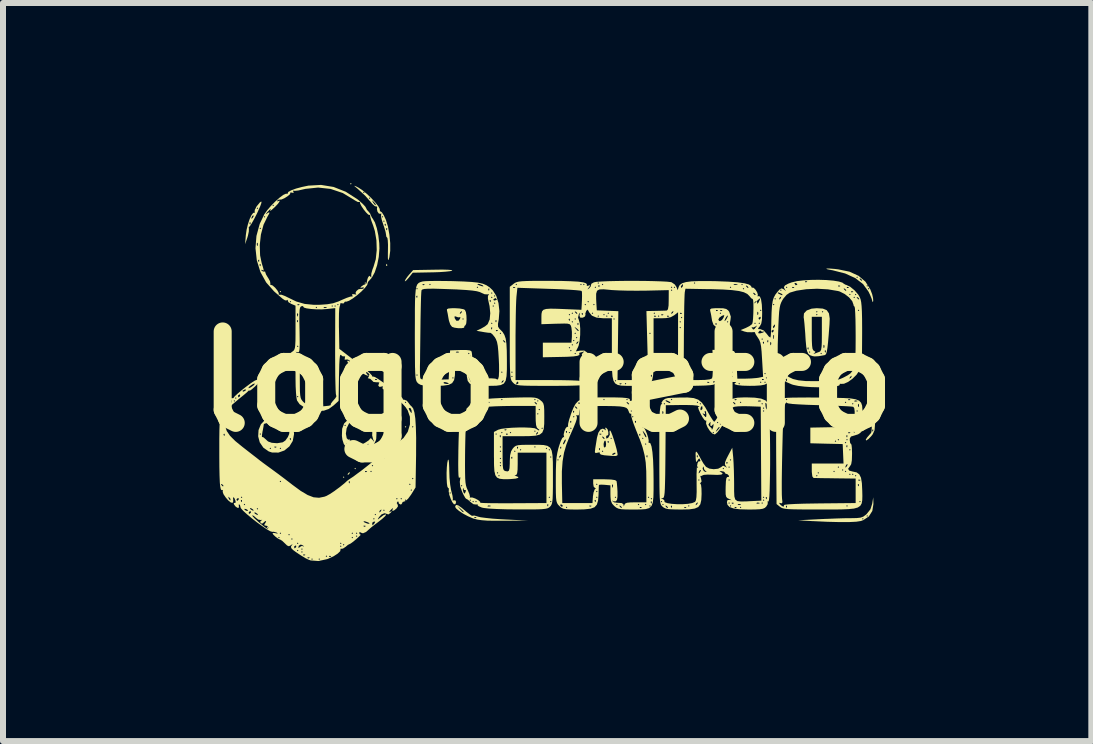
<source format=kicad_pcb>
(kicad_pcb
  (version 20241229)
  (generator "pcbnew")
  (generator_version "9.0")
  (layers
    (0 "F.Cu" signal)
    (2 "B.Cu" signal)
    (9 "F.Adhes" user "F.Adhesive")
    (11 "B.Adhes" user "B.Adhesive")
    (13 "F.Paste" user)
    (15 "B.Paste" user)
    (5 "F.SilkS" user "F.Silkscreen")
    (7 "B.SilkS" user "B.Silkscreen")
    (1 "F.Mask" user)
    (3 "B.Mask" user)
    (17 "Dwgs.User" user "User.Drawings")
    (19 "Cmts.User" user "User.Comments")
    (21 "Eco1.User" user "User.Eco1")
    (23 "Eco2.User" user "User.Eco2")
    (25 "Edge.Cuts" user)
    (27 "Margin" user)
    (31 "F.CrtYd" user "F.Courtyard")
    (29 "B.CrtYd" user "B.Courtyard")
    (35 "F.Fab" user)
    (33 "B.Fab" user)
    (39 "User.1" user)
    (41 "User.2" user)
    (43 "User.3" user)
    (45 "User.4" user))
  (footprint "logo retro"
    (layer "F.Cu")
    (at 6.067 3.307)
    (property "Reference" "logo retro" (at 0 0 0) (layer "F.SilkS") (effects (font (size 1.524 1.524) (thickness 0.3))))
    (attr board_only exclude_from_pos_files exclude_from_bom)
    (fp_poly (pts (xy -4.649 2.432) (xy -4.661 2.444) (xy -4.673 2.432) (xy -4.661 2.42)) (stroke (width 0) (type solid)) (fill yes) (layer "F.SilkS"))
    (fp_poly (pts (xy -4.433 -1.498) (xy -4.445 -1.486) (xy -4.457 -1.498) (xy -4.445 -1.51)) (stroke (width 0) (type solid)) (fill yes) (layer "F.SilkS"))
    (fp_poly (pts (xy -4.337 -0.204) (xy -4.349 -0.192) (xy -4.361 -0.204) (xy -4.349 -0.216)) (stroke (width 0) (type solid)) (fill yes) (layer "F.SilkS"))
    (fp_poly (pts (xy -4.265 -0.252) (xy -4.277 -0.24) (xy -4.289 -0.252) (xy -4.277 -0.264)) (stroke (width 0) (type solid)) (fill yes) (layer "F.SilkS"))
    (fp_poly (pts (xy -4.217 -0.3) (xy -4.229 -0.288) (xy -4.241 -0.3) (xy -4.229 -0.312)) (stroke (width 0) (type solid)) (fill yes) (layer "F.SilkS"))
    (fp_poly (pts (xy -3.379 1.593) (xy -3.391 1.605) (xy -3.403 1.593) (xy -3.391 1.582)) (stroke (width 0) (type solid)) (fill yes) (layer "F.SilkS"))
    (fp_poly (pts (xy -3.259 -3.295) (xy -3.271 -3.283) (xy -3.283 -3.295) (xy -3.271 -3.307)) (stroke (width 0) (type solid)) (fill yes) (layer "F.SilkS"))
    (fp_poly (pts (xy -3.187 1.45) (xy -3.199 1.462) (xy -3.211 1.45) (xy -3.199 1.438)) (stroke (width 0) (type solid)) (fill yes) (layer "F.SilkS"))
    (fp_poly (pts (xy -3.115 -0.084) (xy -3.127 -0.072) (xy -3.139 -0.084) (xy -3.127 -0.096)) (stroke (width 0) (type solid)) (fill yes) (layer "F.SilkS"))
    (fp_poly (pts (xy -3.019 -1.641) (xy -3.031 -1.629) (xy -3.043 -1.641) (xy -3.031 -1.653)) (stroke (width 0) (type solid)) (fill yes) (layer "F.SilkS"))
    (fp_poly (pts (xy -2.995 1.306) (xy -3.007 1.318) (xy -3.019 1.306) (xy -3.007 1.294)) (stroke (width 0) (type solid)) (fill yes) (layer "F.SilkS"))
    (fp_poly (pts (xy -2.612 0.3) (xy -2.624 0.312) (xy -2.636 0.3) (xy -2.624 0.288)) (stroke (width 0) (type solid)) (fill yes) (layer "F.SilkS"))
    (fp_poly (pts (xy -2.516 0.947) (xy -2.528 0.958) (xy -2.54 0.947) (xy -2.528 0.935)) (stroke (width 0) (type solid)) (fill yes) (layer "F.SilkS"))
    (fp_poly (pts (xy -2.348 0.755) (xy -2.36 0.767) (xy -2.372 0.755) (xy -2.36 0.743)) (stroke (width 0) (type solid)) (fill yes) (layer "F.SilkS"))
    (fp_poly (pts (xy -2.668 -1.957) (xy -2.665 -1.928) (xy -2.668 -1.925) (xy -2.682 -1.928) (xy -2.684 -1.941) (xy -2.675 -1.961)) (stroke (width 0) (type solid)) (fill yes) (layer "F.SilkS"))
    (fp_poly (pts (xy -4.374 -0.321) (xy -4.341 -0.301) (xy -4.346 -0.289) (xy -4.36 -0.288) (xy -4.392 -0.305) (xy -4.397 -0.311) (xy -4.393 -0.325)) (stroke (width 0) (type solid)) (fill yes) (layer "F.SilkS"))
    (fp_poly (pts (xy -3.29 1.525) (xy -3.295 1.534) (xy -3.317 1.556) (xy -3.322 1.558) (xy -3.323 1.542) (xy -3.319 1.534) (xy -3.296 1.511) (xy -3.292 1.51)) (stroke (width 0) (type solid)) (fill yes) (layer "F.SilkS"))
    (fp_poly (pts (xy -1.647 -1.862) (xy -1.591 -1.857) (xy -1.581 -1.848) (xy -1.582 -1.847) (xy -1.619 -1.838) (xy -1.693 -1.83) (xy -1.795 -1.823) (xy -1.913 -1.819) (xy -1.929 -1.819) (xy -2.24 -1.813) (xy -2.306 -1.73) (xy -2.345 -1.686) (xy -2.369 -1.669) (xy -2.372 -1.674) (xy -2.357 -1.707) (xy -2.32 -1.758) (xy -2.302 -1.779) (xy -2.233 -1.857) (xy -1.889 -1.863) (xy -1.747 -1.865)) (stroke (width 0) (type solid)) (fill yes) (layer "F.SilkS"))
    (fp_poly (pts (xy 5.443 0.567) (xy 5.454 0.615) (xy 5.461 0.693) (xy 5.462 0.723) (xy 5.455 0.811) (xy 5.425 0.878) (xy 5.401 0.909) (xy 5.356 0.956) (xy 5.32 0.981) (xy 5.314 0.982) (xy 5.309 0.967) (xy 5.332 0.931) (xy 5.334 0.929) (xy 5.371 0.886) (xy 5.392 0.863) (xy 5.399 0.852) (xy 5.404 0.833) (xy 5.405 0.815) (xy 5.415 0.815) (xy 5.424 0.834) (xy 5.431 0.831) (xy 5.434 0.802) (xy 5.431 0.799) (xy 5.417 0.802) (xy 5.415 0.815) (xy 5.405 0.815) (xy 5.407 0.793) (xy 5.411 0.723) (xy 5.414 0.653) (xy 5.42 0.582) (xy 5.431 0.555)) (stroke (width 0) (type solid)) (fill yes) (layer "F.SilkS"))
    (fp_poly (pts (xy -1.636 1.346) (xy -1.632 1.435) (xy -1.631 1.488) (xy -1.627 1.605) (xy -1.616 1.718) (xy -1.601 1.809) (xy -1.595 1.833) (xy -1.577 1.904) (xy -1.571 1.957) (xy -1.574 1.973) (xy -1.573 1.985) (xy -1.563 1.98) (xy -1.532 1.979) (xy -1.517 2.005) (xy -1.527 2.04) (xy -1.53 2.043) (xy -1.553 2.046) (xy -1.581 2.01) (xy -1.605 1.959) (xy -1.631 1.888) (xy -1.636 1.857) (xy -1.629 1.857) (xy -1.617 1.869) (xy -1.605 1.857) (xy -1.617 1.845) (xy -1.629 1.857) (xy -1.636 1.857) (xy -1.641 1.83) (xy -1.639 1.811) (xy -1.639 1.779) (xy -1.651 1.773) (xy -1.663 1.751) (xy -1.671 1.694) (xy -1.675 1.614) (xy -1.676 1.522) (xy -1.672 1.433) (xy -1.665 1.357) (xy -1.654 1.307) (xy -1.653 1.306) (xy -1.643 1.302)) (stroke (width 0) (type solid)) (fill yes) (layer "F.SilkS"))
    (fp_poly (pts (xy 5.436 2.041) (xy 5.418 2.156) (xy 5.36 2.248) (xy 5.266 2.31) (xy 5.228 2.324) (xy 5.151 2.336) (xy 5.029 2.342) (xy 4.866 2.342) (xy 4.665 2.337) (xy 4.428 2.326) (xy 4.421 2.326) (xy 4.181 2.312) (xy 4.529 2.294) (xy 4.659 2.288) (xy 5.248 2.288) (xy 5.26 2.3) (xy 5.272 2.288) (xy 5.26 2.276) (xy 5.248 2.288) (xy 4.659 2.288) (xy 4.673 2.288) (xy 4.818 2.282) (xy 4.948 2.278) (xy 5.049 2.277) (xy 5.062 2.277) (xy 5.159 2.275) (xy 5.222 2.268) (xy 5.268 2.251) (xy 5.282 2.24) (xy 5.32 2.24) (xy 5.332 2.252) (xy 5.344 2.24) (xy 5.332 2.228) (xy 5.32 2.24) (xy 5.282 2.24) (xy 5.309 2.221) (xy 5.323 2.208) (xy 5.387 2.128) (xy 5.416 2.035) (xy 5.433 1.929)) (stroke (width 0) (type solid)) (fill yes) (layer "F.SilkS"))
    (fp_poly (pts (xy -1.481 2.064) (xy -1.426 2.103) (xy -1.344 2.172) (xy -1.29 2.214) (xy -1.259 2.235) (xy -1.242 2.238) (xy -1.237 2.235) (xy -1.208 2.234) (xy -1.156 2.25) (xy -1.154 2.251) (xy -1.107 2.262) (xy -1.022 2.273) (xy -0.909 2.285) (xy -0.778 2.294) (xy -0.704 2.298) (xy -0.323 2.317) (xy -0.719 2.32) (xy -0.878 2.32) (xy -0.998 2.318) (xy -1.089 2.311) (xy -1.16 2.301) (xy -1.219 2.286) (xy -1.238 2.28) (xy -1.284 2.26) (xy -1.214 2.26) (xy -1.211 2.275) (xy -1.198 2.276) (xy -1.178 2.268) (xy -1.182 2.26) (xy -1.211 2.258) (xy -1.214 2.26) (xy -1.284 2.26) (xy -1.317 2.246) (xy -1.398 2.203) (xy -1.469 2.156) (xy -1.518 2.114) (xy -1.534 2.087) (xy -1.527 2.073) (xy -1.498 2.073) (xy -1.452 2.127) (xy -1.41 2.172) (xy -1.391 2.178) (xy -1.39 2.172) (xy -1.406 2.153) (xy -1.444 2.118) (xy -1.498 2.073) (xy -1.527 2.073) (xy -1.52 2.056)) (stroke (width 0) (type solid)) (fill yes) (layer "F.SilkS"))
    (fp_poly (pts (xy -4.76 -2.98) (xy -4.78 -2.923) (xy -4.822 -2.828) (xy -4.839 -2.792) (xy -4.886 -2.701) (xy -4.926 -2.63) (xy -4.954 -2.588) (xy -4.964 -2.579) (xy -4.973 -2.568) (xy -4.97 -2.546) (xy -4.971 -2.499) (xy -4.986 -2.429) (xy -4.996 -2.396) (xy -5.033 -2.288) (xy -5.021 -2.439) (xy -5.008 -2.531) (xy -4.985 -2.624) (xy -4.981 -2.636) (xy -4.96 -2.636) (xy -4.951 -2.616) (xy -4.944 -2.62) (xy -4.941 -2.648) (xy -4.944 -2.652) (xy -4.958 -2.649) (xy -4.96 -2.636) (xy -4.981 -2.636) (xy -4.957 -2.708) (xy -4.956 -2.711) (xy -4.93 -2.711) (xy -4.912 -2.722) (xy -4.909 -2.725) (xy -4.89 -2.757) (xy -4.893 -2.768) (xy -4.911 -2.761) (xy -4.923 -2.739) (xy -4.93 -2.711) (xy -4.956 -2.711) (xy -4.926 -2.774) (xy -4.898 -2.81) (xy -4.882 -2.812) (xy -4.868 -2.812) (xy -4.874 -2.823) (xy -4.872 -2.859) (xy -4.857 -2.887) (xy -4.84 -2.887) (xy -4.828 -2.875) (xy -4.816 -2.887) (xy -4.828 -2.899) (xy -4.84 -2.887) (xy -4.857 -2.887) (xy -4.846 -2.911) (xy -4.838 -2.922) (xy -4.789 -2.982) (xy -4.764 -3.001)) (stroke (width 0) (type solid)) (fill yes) (layer "F.SilkS"))
    (fp_poly (pts (xy 4.714 -1.882) (xy 4.79 -1.876) (xy 4.85 -1.869) (xy 5.038 -1.83) (xy 5.187 -1.762) (xy 5.302 -1.665) (xy 5.384 -1.536) (xy 5.415 -1.455) (xy 5.43 -1.39) (xy 5.433 -1.342) (xy 5.431 -1.336) (xy 5.421 -1.323) (xy 5.417 -1.342) (xy 5.406 -1.382) (xy 5.379 -1.447) (xy 5.354 -1.498) (xy 5.32 -1.546) (xy 5.344 -1.546) (xy 5.356 -1.534) (xy 5.368 -1.546) (xy 5.356 -1.558) (xy 5.344 -1.546) (xy 5.32 -1.546) (xy 5.285 -1.593) (xy 5.32 -1.593) (xy 5.332 -1.582) (xy 5.344 -1.593) (xy 5.332 -1.605) (xy 5.32 -1.593) (xy 5.285 -1.593) (xy 5.265 -1.622) (xy 5.141 -1.718) (xy 5.204 -1.718) (xy 5.21 -1.705) (xy 5.234 -1.679) (xy 5.248 -1.685) (xy 5.248 -1.688) (xy 5.231 -1.708) (xy 5.22 -1.716) (xy 5.204 -1.718) (xy 5.141 -1.718) (xy 5.135 -1.723) (xy 5.104 -1.737) (xy 5.152 -1.737) (xy 5.164 -1.725) (xy 5.176 -1.737) (xy 5.164 -1.749) (xy 5.152 -1.737) (xy 5.104 -1.737) (xy 4.966 -1.8) (xy 4.759 -1.853) (xy 4.736 -1.857) (xy 4.671 -1.87) (xy 4.649 -1.878) (xy 4.665 -1.883)) (stroke (width 0) (type solid)) (fill yes) (layer "F.SilkS"))
    (fp_poly (pts (xy -1.459 -1.217) (xy -1.396 -1.205) (xy -1.371 -1.193) (xy -1.354 -1.156) (xy -1.345 -1.096) (xy -1.343 -1.028) (xy -1.348 -0.97) (xy -1.361 -0.937) (xy -1.367 -0.935) (xy -1.382 -0.92) (xy -1.378 -0.911) (xy -1.387 -0.896) (xy -1.428 -0.888) (xy -1.486 -0.889) (xy -1.544 -0.897) (xy -1.585 -0.911) (xy -1.614 -0.948) (xy -1.636 -1.012) (xy -1.641 -1.036) (xy -1.646 -1.063) (xy -1.543 -1.063) (xy -1.54 -1.054) (xy -1.514 -1.013) (xy -1.478 -1.013) (xy -1.455 -1.042) (xy -1.414 -1.042) (xy -1.402 -1.03) (xy -1.39 -1.042) (xy -1.402 -1.054) (xy -1.414 -1.042) (xy -1.455 -1.042) (xy -1.451 -1.048) (xy -1.445 -1.074) (xy -1.452 -1.072) (xy -1.483 -1.069) (xy -1.51 -1.079) (xy -1.541 -1.089) (xy -1.543 -1.063) (xy -1.646 -1.063) (xy -1.654 -1.11) (xy -1.657 -1.128) (xy -1.456 -1.128) (xy -1.453 -1.126) (xy -1.431 -1.143) (xy -1.426 -1.15) (xy -1.42 -1.173) (xy -1.423 -1.174) (xy -1.445 -1.157) (xy -1.45 -1.15) (xy -1.456 -1.128) (xy -1.657 -1.128) (xy -1.666 -1.169) (xy -1.669 -1.18) (xy -1.67 -1.204) (xy -1.648 -1.216) (xy -1.595 -1.221) (xy -1.54 -1.222)) (stroke (width 0) (type solid)) (fill yes) (layer "F.SilkS"))
    (fp_poly (pts (xy 2.933 -1.22) (xy 2.983 -1.209) (xy 3.015 -1.186) (xy 3.033 -1.163) (xy 3.06 -1.081) (xy 3.055 -1.032) (xy 3.045 -0.975) (xy 3.043 -0.942) (xy 3.028 -0.916) (xy 2.98 -0.899) (xy 2.915 -0.893) (xy 2.846 -0.9) (xy 2.812 -0.91) (xy 2.798 -0.923) (xy 2.899 -0.923) (xy 2.911 -0.911) (xy 2.923 -0.923) (xy 2.911 -0.935) (xy 2.899 -0.923) (xy 2.798 -0.923) (xy 2.772 -0.944) (xy 2.767 -0.958) (xy 2.804 -0.958) (xy 2.812 -0.939) (xy 2.82 -0.943) (xy 2.822 -0.971) (xy 2.82 -0.974) (xy 2.805 -0.971) (xy 2.804 -0.958) (xy 2.767 -0.958) (xy 2.754 -0.994) (xy 2.995 -0.994) (xy 3.007 -0.982) (xy 3.019 -0.994) (xy 3.007 -1.006) (xy 2.995 -0.994) (xy 2.754 -0.994) (xy 2.748 -1.011) (xy 2.745 -1.029) (xy 2.852 -1.029) (xy 2.868 -1.008) (xy 2.881 -1.007) (xy 2.899 -1.017) (xy 2.956 -1.017) (xy 2.958 -1.006) (xy 2.977 -1.025) (xy 2.995 -1.054) (xy 3.011 -1.091) (xy 3.009 -1.102) (xy 2.99 -1.084) (xy 2.971 -1.054) (xy 2.956 -1.017) (xy 2.899 -1.017) (xy 2.913 -1.026) (xy 2.937 -1.062) (xy 2.952 -1.101) (xy 2.937 -1.105) (xy 2.907 -1.092) (xy 2.867 -1.062) (xy 2.852 -1.029) (xy 2.745 -1.029) (xy 2.744 -1.035) (xy 2.732 -1.109) (xy 2.726 -1.138) (xy 2.875 -1.138) (xy 2.887 -1.126) (xy 2.899 -1.138) (xy 2.887 -1.15) (xy 2.875 -1.138) (xy 2.726 -1.138) (xy 2.719 -1.168) (xy 2.716 -1.18) (xy 2.716 -1.19) (xy 2.812 -1.19) (xy 2.815 -1.176) (xy 2.828 -1.174) (xy 2.847 -1.183) (xy 2.844 -1.19) (xy 2.883 -1.19) (xy 2.887 -1.176) (xy 2.899 -1.174) (xy 2.919 -1.183) (xy 2.915 -1.19) (xy 2.887 -1.193) (xy 2.883 -1.19) (xy 2.844 -1.19) (xy 2.815 -1.193) (xy 2.812 -1.19) (xy 2.716 -1.19) (xy 2.716 -1.203) (xy 2.736 -1.216) (xy 2.788 -1.221) (xy 2.849 -1.222)) (stroke (width 0) (type solid)) (fill yes) (layer "F.SilkS"))
    (fp_poly (pts (xy -3.181 -3.25) (xy -3.143 -3.23) (xy -3.078 -3.187) (xy -3.004 -3.126) (xy -2.93 -3.056) (xy -2.864 -2.984) (xy -2.814 -2.921) (xy -2.79 -2.875) (xy -2.789 -2.861) (xy -2.786 -2.835) (xy -2.774 -2.834) (xy -2.752 -2.816) (xy -2.72 -2.765) (xy -2.688 -2.696) (xy -2.653 -2.583) (xy -2.629 -2.448) (xy -2.615 -2.307) (xy -2.615 -2.177) (xy -2.629 -2.073) (xy -2.632 -2.061) (xy -2.644 -2.027) (xy -2.651 -2.024) (xy -2.654 -2.058) (xy -2.654 -2.132) (xy -2.653 -2.187) (xy -2.652 -2.28) (xy -2.656 -2.352) (xy -2.662 -2.392) (xy -2.666 -2.396) (xy -2.681 -2.416) (xy -2.684 -2.443) (xy -2.692 -2.491) (xy -2.706 -2.54) (xy -2.684 -2.54) (xy -2.675 -2.52) (xy -2.668 -2.524) (xy -2.665 -2.552) (xy -2.668 -2.556) (xy -2.682 -2.553) (xy -2.684 -2.54) (xy -2.706 -2.54) (xy -2.713 -2.564) (xy -2.73 -2.612) (xy -2.708 -2.612) (xy -2.699 -2.592) (xy -2.692 -2.596) (xy -2.689 -2.624) (xy -2.692 -2.628) (xy -2.706 -2.625) (xy -2.708 -2.612) (xy -2.73 -2.612) (xy -2.733 -2.623) (xy -2.749 -2.672) (xy -2.732 -2.672) (xy -2.72 -2.66) (xy -2.708 -2.672) (xy -2.72 -2.684) (xy -2.732 -2.672) (xy -2.749 -2.672) (xy -2.757 -2.698) (xy -2.766 -2.744) (xy -2.756 -2.744) (xy -2.744 -2.732) (xy -2.732 -2.744) (xy -2.744 -2.756) (xy -2.756 -2.744) (xy -2.766 -2.744) (xy -2.768 -2.758) (xy -2.766 -2.783) (xy -2.762 -2.8) (xy -2.775 -2.795) (xy -2.804 -2.798) (xy -2.828 -2.832) (xy -2.837 -2.877) (xy -2.833 -2.897) (xy -2.835 -2.918) (xy -2.846 -2.915) (xy -2.873 -2.923) (xy -2.915 -2.961) (xy -2.938 -2.989) (xy -2.963 -3.017) (xy -2.915 -3.017) (xy -2.914 -3.008) (xy -2.897 -2.978) (xy -2.87 -2.943) (xy -2.854 -2.937) (xy -2.86 -2.96) (xy -2.886 -2.99) (xy -2.915 -3.017) (xy -2.963 -3.017) (xy -2.996 -3.055) (xy -2.971 -3.055) (xy -2.959 -3.043) (xy -2.947 -3.055) (xy -2.959 -3.067) (xy -2.971 -3.055) (xy -2.996 -3.055) (xy -3.031 -3.095) (xy -3.092 -3.151) (xy -3.067 -3.151) (xy -3.055 -3.139) (xy -3.043 -3.151) (xy -3.055 -3.163) (xy -3.067 -3.151) (xy -3.092 -3.151) (xy -3.159 -3.213) (xy -3.209 -3.254) (xy -3.212 -3.262)) (stroke (width 0) (type solid)) (fill yes) (layer "F.SilkS"))
    (fp_poly (pts (xy -3.078 0.584) (xy -2.975 0.62) (xy -2.901 0.681) (xy -2.863 0.756) (xy -2.844 0.854) (xy -2.848 0.953) (xy -2.855 0.982) (xy -2.904 1.081) (xy -2.983 1.153) (xy -3.018 1.173) (xy -3.055 1.191) (xy -3.06 1.182) (xy -3.055 1.171) (xy -3.046 1.151) (xy -3.066 1.166) (xy -3.068 1.168) (xy -3.103 1.189) (xy -3.151 1.193) (xy -3.226 1.182) (xy -3.267 1.162) (xy -3.139 1.162) (xy -3.127 1.174) (xy -3.115 1.162) (xy -3.127 1.15) (xy -3.139 1.162) (xy -3.267 1.162) (xy -3.275 1.158) (xy -3.332 1.113) (xy -3.343 1.102) (xy -3.352 1.09) (xy -3.307 1.09) (xy -3.295 1.102) (xy -3.283 1.09) (xy -3.295 1.078) (xy -3.307 1.09) (xy -3.352 1.09) (xy -3.388 1.042) (xy -3.355 1.042) (xy -3.343 1.054) (xy -2.995 1.054) (xy -2.987 1.074) (xy -2.979 1.07) (xy -2.976 1.042) (xy -2.979 1.038) (xy -2.994 1.042) (xy -2.995 1.054) (xy -3.343 1.054) (xy -3.331 1.042) (xy -3.343 1.03) (xy -3.355 1.042) (xy -3.388 1.042) (xy -3.389 1.041) (xy -3.412 0.968) (xy -3.42 0.905) (xy -3.419 0.869) (xy -3.354 0.869) (xy -3.34 0.944) (xy -3.316 0.969) (xy -3.3 0.966) (xy -3.285 0.968) (xy -3.29 0.992) (xy -3.295 1.02) (xy -3.286 1.021) (xy -3.252 1.018) (xy -3.197 1.029) (xy -3.135 1.047) (xy -3.097 1.048) (xy -3.057 1.033) (xy -3.021 1.012) (xy -2.972 0.979) (xy -2.948 0.951) (xy -2.948 0.948) (xy -2.935 0.946) (xy -2.91 0.972) (xy -2.885 1.002) (xy -2.885 0.994) (xy -2.9 0.962) (xy -2.916 0.898) (xy -2.914 0.853) (xy -2.919 0.783) (xy -2.96 0.72) (xy -2.977 0.707) (xy -2.923 0.707) (xy -2.911 0.719) (xy -2.899 0.707) (xy -2.911 0.695) (xy -2.923 0.707) (xy -2.977 0.707) (xy -3.027 0.67) (xy -3.109 0.64) (xy -3.194 0.636) (xy -3.246 0.651) (xy -3.303 0.701) (xy -3.341 0.779) (xy -3.354 0.869) (xy -3.419 0.869) (xy -3.416 0.787) (xy -3.395 0.731) (xy -3.379 0.731) (xy -3.367 0.743) (xy -3.355 0.731) (xy -3.367 0.719) (xy -3.379 0.731) (xy -3.395 0.731) (xy -3.383 0.699) (xy -3.316 0.634) (xy -3.295 0.621) (xy -3.19 0.584)) (stroke (width 0) (type solid)) (fill yes) (layer "F.SilkS"))
    (fp_poly (pts (xy -4.426 0.594) (xy -4.326 0.648) (xy -4.309 0.663) (xy -4.262 0.721) (xy -4.249 0.769) (xy -4.25 0.773) (xy -4.25 0.801) (xy -4.239 0.801) (xy -4.225 0.813) (xy -4.218 0.86) (xy -4.218 0.879) (xy -4.239 0.99) (xy -4.295 1.081) (xy -4.378 1.149) (xy -4.477 1.184) (xy -4.584 1.183) (xy -4.639 1.165) (xy -4.712 1.114) (xy -4.625 1.114) (xy -4.613 1.126) (xy -4.601 1.114) (xy -4.457 1.114) (xy -4.445 1.126) (xy -4.433 1.114) (xy -4.445 1.102) (xy -4.457 1.114) (xy -4.601 1.114) (xy -4.613 1.102) (xy -4.625 1.114) (xy -4.712 1.114) (xy -4.73 1.101) (xy -4.74 1.086) (xy -4.545 1.086) (xy -4.542 1.101) (xy -4.529 1.102) (xy -4.509 1.093) (xy -4.513 1.086) (xy -4.541 1.083) (xy -4.545 1.086) (xy -4.74 1.086) (xy -4.789 1.014) (xy -4.813 0.923) (xy -4.753 0.923) (xy -4.75 0.924) (xy -4.727 0.93) (xy -4.699 0.955) (xy -4.65 0.999) (xy -4.589 1.021) (xy -4.499 1.028) (xy -4.406 1.013) (xy -4.362 0.983) (xy -4.344 0.958) (xy -4.289 0.958) (xy -4.28 0.978) (xy -4.273 0.974) (xy -4.27 0.946) (xy -4.273 0.943) (xy -4.288 0.946) (xy -4.289 0.958) (xy -4.344 0.958) (xy -4.32 0.924) (xy -4.299 0.875) (xy -4.294 0.823) (xy -4.298 0.766) (xy -4.309 0.72) (xy -4.324 0.701) (xy -4.33 0.704) (xy -4.358 0.703) (xy -4.378 0.691) (xy -4.414 0.673) (xy -4.47 0.657) (xy -4.531 0.645) (xy -4.583 0.639) (xy -4.611 0.643) (xy -4.612 0.648) (xy -4.621 0.669) (xy -4.656 0.69) (xy -4.695 0.699) (xy -4.703 0.699) (xy -4.721 0.712) (xy -4.722 0.713) (xy -4.726 0.746) (xy -4.737 0.807) (xy -4.743 0.834) (xy -4.752 0.892) (xy -4.753 0.923) (xy -4.813 0.923) (xy -4.815 0.913) (xy -4.813 0.875) (xy -4.792 0.875) (xy -4.78 0.887) (xy -4.768 0.875) (xy -4.78 0.863) (xy -4.792 0.875) (xy -4.813 0.875) (xy -4.809 0.809) (xy -4.77 0.713) (xy -4.698 0.636) (xy -4.652 0.609) (xy -4.646 0.607) (xy -4.521 0.607) (xy -4.518 0.621) (xy -4.505 0.623) (xy -4.485 0.614) (xy -4.489 0.607) (xy -4.517 0.604) (xy -4.521 0.607) (xy -4.646 0.607) (xy -4.54 0.58)) (stroke (width 0) (type solid)) (fill yes) (layer "F.SilkS"))
    (fp_poly (pts (xy 4.593 -1.215) (xy 4.659 -1.188) (xy 4.695 -1.135) (xy 4.708 -1.049) (xy 4.704 -0.95) (xy 4.691 -0.781) (xy 4.68 -0.653) (xy 4.67 -0.562) (xy 4.66 -0.501) (xy 4.649 -0.464) (xy 4.636 -0.446) (xy 4.625 -0.44) (xy 4.524 -0.422) (xy 4.455 -0.418) (xy 4.421 -0.424) (xy 4.379 -0.439) (xy 4.35 -0.464) (xy 4.338 -0.491) (xy 4.361 -0.491) (xy 4.373 -0.479) (xy 4.385 -0.491) (xy 4.373 -0.503) (xy 4.361 -0.491) (xy 4.338 -0.491) (xy 4.33 -0.508) (xy 4.322 -0.551) (xy 4.337 -0.551) (xy 4.346 -0.531) (xy 4.353 -0.535) (xy 4.356 -0.564) (xy 4.353 -0.567) (xy 4.339 -0.564) (xy 4.337 -0.551) (xy 4.322 -0.551) (xy 4.317 -0.579) (xy 4.307 -0.686) (xy 4.303 -0.749) (xy 4.3 -0.802) (xy 4.409 -0.802) (xy 4.41 -0.68) (xy 4.414 -0.597) (xy 4.421 -0.547) (xy 4.434 -0.52) (xy 4.447 -0.511) (xy 4.471 -0.494) (xy 4.453 -0.474) (xy 4.435 -0.459) (xy 4.457 -0.465) (xy 4.462 -0.467) (xy 4.553 -0.467) (xy 4.565 -0.455) (xy 4.577 -0.467) (xy 4.565 -0.479) (xy 4.553 -0.467) (xy 4.462 -0.467) (xy 4.512 -0.486) (xy 4.535 -0.494) (xy 4.549 -0.503) (xy 4.625 -0.503) (xy 4.633 -0.483) (xy 4.641 -0.487) (xy 4.644 -0.516) (xy 4.641 -0.519) (xy 4.626 -0.516) (xy 4.625 -0.503) (xy 4.549 -0.503) (xy 4.553 -0.506) (xy 4.565 -0.531) (xy 4.572 -0.578) (xy 4.573 -0.589) (xy 4.603 -0.589) (xy 4.607 -0.558) (xy 4.615 -0.558) (xy 4.621 -0.59) (xy 4.617 -0.604) (xy 4.606 -0.613) (xy 4.603 -0.589) (xy 4.573 -0.589) (xy 4.576 -0.655) (xy 4.577 -0.771) (xy 4.577 -0.794) (xy 4.577 -1.078) (xy 4.409 -1.078) (xy 4.409 -0.802) (xy 4.3 -0.802) (xy 4.295 -0.863) (xy 4.287 -0.963) (xy 4.279 -1.037) (xy 4.274 -1.07) (xy 4.277 -1.114) (xy 4.481 -1.114) (xy 4.493 -1.102) (xy 4.505 -1.114) (xy 4.493 -1.126) (xy 4.481 -1.114) (xy 4.277 -1.114) (xy 4.279 -1.135) (xy 4.304 -1.162) (xy 4.481 -1.162) (xy 4.493 -1.15) (xy 4.505 -1.162) (xy 4.577 -1.162) (xy 4.589 -1.15) (xy 4.601 -1.162) (xy 4.589 -1.174) (xy 4.577 -1.162) (xy 4.505 -1.162) (xy 4.493 -1.174) (xy 4.481 -1.162) (xy 4.304 -1.162) (xy 4.325 -1.184) (xy 4.406 -1.214) (xy 4.492 -1.222)) (stroke (width 0) (type solid)) (fill yes) (layer "F.SilkS"))
    (fp_poly (pts (xy 0.983 0.771) (xy 1.008 0.8) (xy 1.02 0.846) (xy 1.018 0.889) (xy 1.005 0.898) (xy 0.986 0.904) (xy 0.982 0.924) (xy 0.988 0.951) (xy 0.997 0.947) (xy 1.054 0.947) (xy 1.066 0.958) (xy 1.078 0.947) (xy 1.066 0.935) (xy 1.054 0.947) (xy 0.997 0.947) (xy 1.014 0.938) (xy 1.019 0.934) (xy 1.044 0.887) (xy 1.041 0.859) (xy 1.039 0.823) (xy 1.049 0.815) (xy 1.063 0.836) (xy 1.085 0.891) (xy 1.111 0.967) (xy 1.136 1.051) (xy 1.158 1.131) (xy 1.171 1.194) (xy 1.174 1.219) (xy 1.166 1.234) (xy 1.135 1.241) (xy 1.074 1.239) (xy 0.975 1.231) (xy 0.952 1.229) (xy 0.894 1.217) (xy 0.886 1.208) (xy 1.082 1.208) (xy 1.087 1.221) (xy 1.101 1.222) (xy 1.133 1.205) (xy 1.138 1.198) (xy 1.134 1.185) (xy 1.115 1.189) (xy 1.082 1.208) (xy 0.886 1.208) (xy 0.875 1.198) (xy 0.877 1.194) (xy 0.873 1.179) (xy 0.84 1.186) (xy 0.806 1.192) (xy 0.795 1.175) (xy 0.796 1.162) (xy 0.911 1.162) (xy 0.923 1.174) (xy 0.935 1.162) (xy 0.923 1.15) (xy 0.911 1.162) (xy 0.796 1.162) (xy 0.8 1.126) (xy 0.863 1.126) (xy 0.871 1.146) (xy 0.879 1.142) (xy 0.881 1.114) (xy 0.879 1.11) (xy 0.864 1.114) (xy 0.863 1.126) (xy 0.8 1.126) (xy 0.8 1.123) (xy 0.801 1.116) (xy 0.813 1.042) (xy 0.94 1.042) (xy 0.944 1.087) (xy 0.959 1.102) (xy 0.977 1.082) (xy 0.982 1.042) (xy 0.977 1.006) (xy 1.006 1.006) (xy 1.015 1.026) (xy 1.022 1.022) (xy 1.025 0.994) (xy 1.022 0.99) (xy 1.008 0.994) (xy 1.006 1.006) (xy 0.977 1.006) (xy 0.976 0.997) (xy 0.964 0.982) (xy 0.948 1.003) (xy 0.94 1.042) (xy 0.813 1.042) (xy 0.815 1.03) (xy 0.829 0.941) (xy 0.829 0.941) (xy 0.835 0.917) (xy 0.914 0.917) (xy 0.92 0.931) (xy 0.944 0.957) (xy 0.958 0.951) (xy 0.958 0.948) (xy 0.941 0.928) (xy 0.931 0.92) (xy 0.914 0.917) (xy 0.835 0.917) (xy 0.848 0.871) (xy 0.871 0.871) (xy 0.874 0.885) (xy 0.887 0.887) (xy 0.906 0.878) (xy 0.903 0.871) (xy 0.874 0.868) (xy 0.871 0.871) (xy 0.848 0.871) (xy 0.852 0.855) (xy 0.87 0.827) (xy 0.911 0.827) (xy 0.923 0.839) (xy 0.935 0.827) (xy 0.923 0.815) (xy 0.911 0.827) (xy 0.87 0.827) (xy 0.887 0.801) (xy 0.928 0.785) (xy 0.955 0.797) (xy 0.98 0.815) (xy 0.975 0.799) (xy 0.972 0.794) (xy 0.966 0.77)) (stroke (width 0) (type solid)) (fill yes) (layer "F.SilkS"))
    (fp_poly (pts (xy -1.704 -1.675) (xy -1.575 -1.673) (xy -1.397 -1.667) (xy -1.258 -1.659) (xy -1.153 -1.648) (xy -1.073 -1.63) (xy -1.011 -1.604) (xy -0.959 -1.569) (xy -0.91 -1.523) (xy -0.904 -1.516) (xy -0.848 -1.427) (xy -0.811 -1.308) (xy -0.796 -1.174) (xy -0.806 -1.04) (xy -0.807 -1.034) (xy -0.82 -0.959) (xy -0.818 -0.914) (xy -0.798 -0.882) (xy -0.785 -0.869) (xy -0.742 -0.825) (xy -0.712 -0.776) (xy -0.691 -0.714) (xy -0.679 -0.63) (xy -0.673 -0.516) (xy -0.671 -0.363) (xy -0.671 -0.35) (xy -0.671 -0.199) (xy -0.677 -0.089) (xy -0.692 -0.013) (xy -0.722 0.034) (xy -0.772 0.059) (xy -0.848 0.07) (xy -0.955 0.072) (xy -1.006 0.072) (xy -1.139 0.07) (xy -1.231 0.059) (xy -1.29 0.035) (xy -1.324 -0.01) (xy -1.337 -0.078) (xy -1.309 -0.078) (xy -1.301 -0.054) (xy -1.279 -0.007) (xy -1.251 0.034) (xy -1.233 0.048) (xy -1.237 0.029) (xy -1.241 0.022) (xy -0.761 0.022) (xy -0.758 0.024) (xy -0.736 0.007) (xy -0.731 0) (xy -0.725 -0.022) (xy -0.728 -0.024) (xy -0.75 -0.007) (xy -0.755 0) (xy -0.761 0.022) (xy -1.241 0.022) (xy -1.258 -0.016) (xy -1.258 -0.017) (xy -1.218 -0.017) (xy -1.212 -0.004) (xy -1.188 0.022) (xy -1.174 0.017) (xy -1.174 0.013) (xy -1.191 -0.007) (xy -1.202 -0.014) (xy -1.218 -0.017) (xy -1.258 -0.017) (xy -1.262 -0.024) (xy -1.291 -0.076) (xy -1.308 -0.095) (xy -1.309 -0.078) (xy -1.337 -0.078) (xy -1.338 -0.081) (xy -1.342 -0.185) (xy -1.342 -0.204) (xy -1.346 -0.322) (xy -1.361 -0.397) (xy -1.378 -0.419) (xy -1.294 -0.419) (xy -1.282 -0.407) (xy -1.27 -0.419) (xy -1.282 -0.431) (xy -1.294 -0.419) (xy -1.378 -0.419) (xy -1.39 -0.436) (xy -1.435 -0.442) (xy -1.48 -0.429) (xy -1.507 -0.415) (xy -1.523 -0.391) (xy -1.531 -0.346) (xy -1.533 -0.269) (xy -1.534 -0.217) (xy -1.537 -0.103) (xy -1.551 -0.024) (xy -1.584 0.027) (xy -1.643 0.056) (xy -1.735 0.069) (xy -1.867 0.072) (xy -1.874 0.072) (xy -1.986 0.071) (xy -2.06 0.066) (xy -2.109 0.055) (xy -2.133 0.042) (xy -2.05 0.042) (xy -2.027 0.046) (xy -1.996 0.042) (xy -1.995 0.033) (xy -2.027 0.028) (xy -2.041 0.032) (xy -2.05 0.042) (xy -2.133 0.042) (xy -2.142 0.037) (xy -2.157 0.024) (xy -2.164 0.015) (xy -1.726 0.015) (xy -1.722 0.031) (xy -1.683 0.04) (xy -1.642 0.04) (xy -1.644 0.03) (xy -1.663 0.019) (xy -1.706 0.008) (xy -1.726 0.015) (xy -2.164 0.015) (xy -2.17 0.009) (xy -2.18 -0.011) (xy -2.188 -0.039) (xy -2.195 -0.083) (xy -2.196 -0.108) (xy -2.181 -0.108) (xy -2.169 -0.096) (xy -2.157 -0.108) (xy -2.169 -0.12) (xy -2.181 -0.108) (xy -2.196 -0.108) (xy -2.199 -0.147) (xy -2.201 -0.228) (xy -2.12 -0.228) (xy -2.12 -0.145) (xy -2.117 -0.08) (xy -2.113 -0.053) (xy -2.094 -0.038) (xy -2.045 -0.03) (xy -1.96 -0.027) (xy -1.872 -0.029) (xy -1.641 -0.036) (xy -1.64 -0.06) (xy -1.582 -0.06) (xy -1.57 -0.048) (xy -1.558 -0.06) (xy -1.57 -0.072) (xy -1.582 -0.06) (xy -1.64 -0.06) (xy -1.629 -0.278) (xy -1.62 -0.467) (xy -1.318 -0.467) (xy -1.306 -0.455) (xy -1.294 -0.467) (xy -1.306 -0.479) (xy -1.318 -0.467) (xy -1.62 -0.467) (xy -1.619 -0.485) (xy -1.523 -0.485) (xy -1.5 -0.481) (xy -1.469 -0.486) (xy -1.468 -0.494) (xy -1.5 -0.499) (xy -1.514 -0.496) (xy -1.523 -0.485) (xy -1.619 -0.485) (xy -1.617 -0.519) (xy -1.444 -0.525) (xy -1.344 -0.525) (xy -1.285 -0.518) (xy -1.26 -0.501) (xy -1.259 -0.499) (xy -1.253 -0.461) (xy -1.246 -0.39) (xy -1.238 -0.297) (xy -1.236 -0.264) (xy -1.231 -0.17) (xy -1.226 -0.097) (xy -1.223 -0.056) (xy -1.223 -0.051) (xy -1.201 -0.048) (xy -1.142 -0.048) (xy -1.058 -0.05) (xy -1.03 -0.052) (xy -0.929 -0.053) (xy -0.863 -0.048) (xy -0.838 -0.037) (xy -0.838 -0.036) (xy -0.828 -0.032) (xy -0.815 -0.048) (xy -0.805 -0.088) (xy -0.802 -0.156) (xy -0.767 -0.156) (xy -0.755 -0.144) (xy -0.743 -0.156) (xy -0.755 -0.168) (xy -0.767 -0.156) (xy -0.802 -0.156) (xy -0.801 -0.168) (xy -0.802 -0.281) (xy -0.806 -0.371) (xy -0.814 -0.502) (xy -0.823 -0.594) (xy -0.836 -0.66) (xy -0.847 -0.688) (xy -0.739 -0.688) (xy -0.733 -0.675) (xy -0.709 -0.649) (xy -0.695 -0.654) (xy -0.695 -0.658) (xy -0.712 -0.678) (xy -0.723 -0.685) (xy -0.739 -0.688) (xy -0.847 -0.688) (xy -0.855 -0.708) (xy -0.871 -0.736) (xy -0.91 -0.785) (xy -0.932 -0.803) (xy -0.791 -0.803) (xy -0.779 -0.791) (xy -0.767 -0.803) (xy -0.779 -0.815) (xy -0.791 -0.803) (xy -0.932 -0.803) (xy -0.941 -0.81) (xy -0.947 -0.811) (xy -0.983 -0.813) (xy -1.047 -0.822) (xy -1.074 -0.827) (xy -1.177 -0.845) (xy -1.158 -0.855) (xy -0.855 -0.855) (xy -0.851 -0.84) (xy -0.839 -0.839) (xy -0.819 -0.847) (xy -0.823 -0.855) (xy -0.851 -0.858) (xy -0.855 -0.855) (xy -1.158 -0.855) (xy -1.098 -0.883) (xy -1.092 -0.887) (xy -0.935 -0.887) (xy -0.926 -0.867) (xy -0.919 -0.871) (xy -0.916 -0.899) (xy -0.919 -0.903) (xy -0.933 -0.899) (xy -0.935 -0.887) (xy -1.092 -0.887) (xy -1.037 -0.918) (xy -0.993 -0.954) (xy -0.991 -0.957) (xy -0.985 -0.97) (xy -0.935 -0.97) (xy -0.923 -0.958) (xy -0.911 -0.97) (xy -0.923 -0.982) (xy -0.935 -0.97) (xy -0.985 -0.97) (xy -0.97 -1.006) (xy -0.863 -1.006) (xy -0.854 -0.987) (xy -0.847 -0.99) (xy -0.844 -1.019) (xy -0.847 -1.022) (xy -0.861 -1.019) (xy -0.863 -1.006) (xy -0.97 -1.006) (xy -0.958 -1.033) (xy -0.948 -1.138) (xy -0.96 -1.258) (xy -0.96 -1.258) (xy -0.911 -1.258) (xy -0.899 -1.246) (xy -0.887 -1.258) (xy -0.899 -1.27) (xy -0.911 -1.258) (xy -0.96 -1.258) (xy -0.969 -1.296) (xy -0.971 -1.306) (xy -0.887 -1.306) (xy -0.875 -1.294) (xy -0.863 -1.306) (xy -0.875 -1.318) (xy -0.887 -1.306) (xy -0.971 -1.306) (xy -0.979 -1.342) (xy -0.958 -1.342) (xy -0.95 -1.322) (xy -0.943 -1.326) (xy -0.94 -1.354) (xy -0.943 -1.358) (xy -0.957 -1.355) (xy -0.958 -1.342) (xy -0.979 -1.342) (xy -0.985 -1.37) (xy -0.896 -1.37) (xy -0.889 -1.352) (xy -0.874 -1.35) (xy -0.842 -1.361) (xy -0.839 -1.37) (xy -0.857 -1.389) (xy -0.861 -1.39) (xy -0.894 -1.373) (xy -0.896 -1.37) (xy -0.985 -1.37) (xy -0.987 -1.378) (xy -0.987 -1.402) (xy -0.935 -1.402) (xy -0.923 -1.39) (xy -0.911 -1.402) (xy -0.923 -1.414) (xy -0.935 -1.402) (xy -0.987 -1.402) (xy -0.987 -1.425) (xy -0.987 -1.426) (xy -0.887 -1.426) (xy -0.875 -1.414) (xy -0.863 -1.426) (xy -0.875 -1.438) (xy -0.887 -1.426) (xy -0.987 -1.426) (xy -0.974 -1.446) (xy -0.967 -1.457) (xy -0.99 -1.452) (xy -1.041 -1.454) (xy -1.087 -1.474) (xy -0.935 -1.474) (xy -0.923 -1.462) (xy -0.911 -1.474) (xy -0.923 -1.486) (xy -0.935 -1.474) (xy -1.087 -1.474) (xy -1.087 -1.474) (xy -1.123 -1.491) (xy -1.175 -1.505) (xy -1.249 -1.516) (xy -1.352 -1.525) (xy -1.489 -1.533) (xy -1.495 -1.534) (xy -0.982 -1.534) (xy -0.974 -1.514) (xy -0.966 -1.518) (xy -0.964 -1.546) (xy -0.966 -1.55) (xy -0.981 -1.546) (xy -0.982 -1.534) (xy -1.495 -1.534) (xy -1.666 -1.54) (xy -1.753 -1.543) (xy -1.891 -1.547) (xy -1.988 -1.546) (xy -2.05 -1.542) (xy -2.083 -1.532) (xy -2.093 -1.522) (xy -2.097 -1.49) (xy -2.101 -1.417) (xy -2.104 -1.311) (xy -2.107 -1.178) (xy -2.11 -1.025) (xy -2.111 -0.931) (xy -2.113 -0.762) (xy -2.115 -0.601) (xy -2.117 -0.456) (xy -2.118 -0.337) (xy -2.12 -0.252) (xy -2.12 -0.228) (xy -2.201 -0.228) (xy -2.202 -0.235) (xy -2.203 -0.354) (xy -2.204 -0.508) (xy -2.205 -0.702) (xy -2.205 -0.801) (xy -2.204 -1.023) (xy -2.204 -1.201) (xy -2.202 -1.341) (xy -2.199 -1.414) (xy -2.181 -1.414) (xy -2.172 -1.394) (xy -2.165 -1.398) (xy -2.162 -1.426) (xy -2.165 -1.43) (xy -2.179 -1.426) (xy -2.181 -1.414) (xy -2.199 -1.414) (xy -2.197 -1.449) (xy -2.19 -1.527) (xy -2.186 -1.546) (xy -2.181 -1.546) (xy -2.169 -1.534) (xy -2.157 -1.546) (xy -2.169 -1.558) (xy -2.181 -1.546) (xy -2.186 -1.546) (xy -2.182 -1.57) (xy -1.174 -1.57) (xy -1.162 -1.558) (xy -1.15 -1.57) (xy -1.162 -1.582) (xy -1.174 -1.57) (xy -2.182 -1.57) (xy -2.179 -1.582) (xy -2.164 -1.619) (xy -2.161 -1.621) (xy -2.077 -1.621) (xy -2.073 -1.607) (xy -2.061 -1.605) (xy -2.041 -1.614) (xy -2.043 -1.617) (xy -1.965 -1.617) (xy -1.953 -1.605) (xy -1.941 -1.617) (xy -1.944 -1.621) (xy -1.165 -1.621) (xy -1.138 -1.605) (xy -1.087 -1.588) (xy -1.061 -1.585) (xy -1.069 -1.599) (xy -1.078 -1.605) (xy -1.129 -1.625) (xy -1.15 -1.627) (xy -1.165 -1.621) (xy -1.944 -1.621) (xy -1.953 -1.629) (xy -1.965 -1.617) (xy -2.043 -1.617) (xy -2.045 -1.621) (xy -2.073 -1.624) (xy -2.077 -1.621) (xy -2.161 -1.621) (xy -2.143 -1.641) (xy -2.117 -1.655) (xy -2.084 -1.665) (xy -2.071 -1.668) (xy -2.029 -1.672) (xy -1.948 -1.675) (xy -1.836 -1.676)) (stroke (width 0) (type solid)) (fill yes) (layer "F.SilkS"))
    (fp_poly (pts (xy 4.509 0.267) (xy 4.594 0.268) (xy 4.79 0.271) (xy 4.943 0.275) (xy 5.058 0.282) (xy 5.141 0.296) (xy 5.197 0.319) (xy 5.231 0.354) (xy 5.248 0.403) (xy 5.253 0.469) (xy 5.253 0.555) (xy 5.251 0.602) (xy 5.247 0.703) (xy 5.238 0.787) (xy 5.227 0.842) (xy 5.221 0.854) (xy 5.18 0.88) (xy 5.118 0.9) (xy 5.117 0.9) (xy 5.063 0.916) (xy 5.043 0.947) (xy 5.042 0.982) (xy 5.049 1.027) (xy 5.062 1.039) (xy 5.071 1.055) (xy 5.077 1.109) (xy 5.08 1.188) (xy 5.08 1.206) (xy 5.077 1.311) (xy 5.066 1.377) (xy 5.045 1.412) (xy 5.043 1.414) (xy 5.015 1.454) (xy 5.032 1.484) (xy 5.091 1.5) (xy 5.156 1.514) (xy 5.201 1.547) (xy 5.229 1.604) (xy 5.244 1.694) (xy 5.25 1.819) (xy 5.252 1.908) (xy 5.25 1.978) (xy 5.24 2.032) (xy 5.217 2.071) (xy 5.176 2.099) (xy 5.112 2.117) (xy 5.019 2.126) (xy 4.893 2.131) (xy 4.729 2.132) (xy 4.538 2.132) (xy 4.351 2.132) (xy 4.206 2.131) (xy 4.097 2.129) (xy 4.018 2.126) (xy 3.963 2.12) (xy 3.925 2.112) (xy 3.899 2.101) (xy 3.879 2.087) (xy 3.876 2.085) (xy 3.978 2.085) (xy 3.987 2.104) (xy 3.994 2.101) (xy 3.997 2.073) (xy 4.984 2.073) (xy 4.996 2.085) (xy 5.008 2.073) (xy 4.996 2.061) (xy 4.984 2.073) (xy 3.997 2.073) (xy 3.997 2.072) (xy 3.994 2.069) (xy 3.979 2.072) (xy 3.978 2.085) (xy 3.876 2.085) (xy 3.822 2.041) (xy 3.822 2.021) (xy 3.864 2.021) (xy 3.876 2.041) (xy 3.881 2.048) (xy 3.914 2.076) (xy 3.94 2.085) (xy 3.947 2.071) (xy 3.942 2.061) (xy 3.96 2.053) (xy 4.025 2.046) (xy 4.134 2.04) (xy 4.285 2.035) (xy 4.477 2.032) (xy 4.534 2.031) (xy 5.14 2.025) (xy 5.14 2.001) (xy 5.2 2.001) (xy 5.212 2.013) (xy 5.224 2.001) (xy 5.212 1.989) (xy 5.2 2.001) (xy 5.14 2.001) (xy 5.14 1.725) (xy 5.176 1.725) (xy 5.185 1.745) (xy 5.192 1.741) (xy 5.195 1.713) (xy 5.192 1.709) (xy 5.178 1.713) (xy 5.176 1.725) (xy 5.14 1.725) (xy 5.14 1.637) (xy 5.184 1.637) (xy 5.187 1.652) (xy 5.2 1.653) (xy 5.22 1.645) (xy 5.216 1.637) (xy 5.187 1.635) (xy 5.184 1.637) (xy 5.14 1.637) (xy 5.14 1.617) (xy 4.804 1.613) (xy 4.681 1.611) (xy 4.573 1.61) (xy 4.491 1.608) (xy 4.445 1.607) (xy 4.439 1.607) (xy 4.419 1.583) (xy 4.417 1.57) (xy 4.481 1.57) (xy 4.493 1.582) (xy 4.505 1.57) (xy 5.128 1.57) (xy 5.14 1.582) (xy 5.152 1.57) (xy 5.14 1.558) (xy 5.128 1.57) (xy 4.505 1.57) (xy 4.493 1.558) (xy 4.481 1.57) (xy 4.417 1.57) (xy 4.414 1.546) (xy 5.032 1.546) (xy 5.044 1.558) (xy 5.056 1.546) (xy 5.08 1.546) (xy 5.092 1.558) (xy 5.104 1.546) (xy 5.092 1.534) (xy 5.08 1.546) (xy 5.056 1.546) (xy 5.044 1.534) (xy 5.032 1.546) (xy 4.414 1.546) (xy 4.411 1.522) (xy 4.505 1.522) (xy 4.517 1.534) (xy 4.529 1.522) (xy 4.517 1.51) (xy 4.505 1.522) (xy 4.411 1.522) (xy 4.41 1.513) (xy 4.409 1.498) (xy 4.768 1.498) (xy 4.78 1.51) (xy 4.792 1.498) (xy 4.96 1.498) (xy 4.972 1.51) (xy 4.984 1.498) (xy 4.972 1.486) (xy 4.96 1.498) (xy 4.792 1.498) (xy 4.78 1.486) (xy 4.768 1.498) (xy 4.409 1.498) (xy 4.409 1.486) (xy 4.409 1.474) (xy 4.912 1.474) (xy 4.924 1.486) (xy 4.936 1.474) (xy 4.924 1.462) (xy 4.912 1.474) (xy 4.409 1.474) (xy 4.409 1.426) (xy 4.84 1.426) (xy 4.852 1.438) (xy 4.855 1.435) (xy 4.966 1.435) (xy 4.984 1.423) (xy 4.987 1.42) (xy 5.006 1.389) (xy 5.003 1.377) (xy 4.986 1.384) (xy 4.974 1.407) (xy 4.966 1.435) (xy 4.855 1.435) (xy 4.864 1.426) (xy 4.852 1.414) (xy 4.84 1.426) (xy 4.409 1.426) (xy 4.409 1.366) (xy 4.938 1.366) (xy 4.931 1.204) (xy 4.928 1.138) (xy 5.032 1.138) (xy 5.044 1.15) (xy 5.056 1.138) (xy 5.044 1.126) (xy 5.032 1.138) (xy 4.928 1.138) (xy 4.926 1.078) (xy 4.984 1.078) (xy 4.993 1.098) (xy 5 1.094) (xy 5.003 1.066) (xy 5 1.062) (xy 4.986 1.066) (xy 4.984 1.078) (xy 4.926 1.078) (xy 4.924 1.042) (xy 4.655 1.036) (xy 4.385 1.029) (xy 4.385 1.018) (xy 4.96 1.018) (xy 4.972 1.03) (xy 4.984 1.018) (xy 4.972 1.006) (xy 4.96 1.018) (xy 4.385 1.018) (xy 4.385 0.994) (xy 4.792 0.994) (xy 4.804 1.006) (xy 4.816 0.994) (xy 4.804 0.982) (xy 4.792 0.994) (xy 4.385 0.994) (xy 4.385 0.97) (xy 4.84 0.97) (xy 4.852 0.982) (xy 4.864 0.97) (xy 4.984 0.97) (xy 4.996 0.982) (xy 5.008 0.97) (xy 4.996 0.958) (xy 4.984 0.97) (xy 4.864 0.97) (xy 4.852 0.958) (xy 4.84 0.97) (xy 4.385 0.97) (xy 4.385 0.911) (xy 4.984 0.911) (xy 4.993 0.93) (xy 5 0.927) (xy 5.003 0.898) (xy 5 0.895) (xy 4.986 0.898) (xy 4.984 0.911) (xy 4.385 0.911) (xy 4.385 0.847) (xy 5.016 0.847) (xy 5.019 0.861) (xy 5.032 0.863) (xy 5.052 0.854) (xy 5.048 0.847) (xy 5.02 0.844) (xy 5.016 0.847) (xy 4.385 0.847) (xy 4.385 0.803) (xy 4.96 0.803) (xy 4.972 0.815) (xy 4.984 0.803) (xy 4.975 0.793) (xy 5.087 0.793) (xy 5.092 0.817) (xy 5.094 0.822) (xy 5.113 0.851) (xy 5.123 0.851) (xy 5.121 0.826) (xy 5.107 0.808) (xy 5.093 0.798) (xy 5.18 0.798) (xy 5.186 0.811) (xy 5.21 0.837) (xy 5.224 0.831) (xy 5.224 0.828) (xy 5.207 0.808) (xy 5.196 0.8) (xy 5.18 0.798) (xy 5.093 0.798) (xy 5.087 0.793) (xy 4.975 0.793) (xy 4.972 0.791) (xy 4.96 0.803) (xy 4.385 0.803) (xy 4.385 0.779) (xy 5.128 0.779) (xy 5.14 0.791) (xy 5.152 0.779) (xy 5.14 0.767) (xy 5.128 0.779) (xy 4.385 0.779) (xy 4.385 0.768) (xy 4.751 0.761) (xy 5.116 0.755) (xy 5.123 0.593) (xy 5.124 0.497) (xy 5.123 0.491) (xy 5.152 0.491) (xy 5.164 0.503) (xy 5.176 0.491) (xy 5.164 0.479) (xy 5.152 0.491) (xy 5.123 0.491) (xy 5.116 0.441) (xy 5.099 0.421) (xy 5.067 0.417) (xy 4.994 0.412) (xy 4.888 0.407) (xy 4.756 0.402) (xy 4.605 0.397) (xy 4.523 0.394) (xy 4.497 0.393) (xy 5.178 0.393) (xy 5.182 0.424) (xy 5.19 0.425) (xy 5.196 0.393) (xy 5.192 0.379) (xy 5.182 0.37) (xy 5.178 0.393) (xy 4.497 0.393) (xy 4.334 0.388) (xy 4.19 0.381) (xy 4.087 0.374) (xy 4.067 0.371) (xy 5.08 0.371) (xy 5.092 0.383) (xy 5.104 0.371) (xy 5.092 0.359) (xy 5.08 0.371) (xy 4.067 0.371) (xy 4.023 0.366) (xy 3.994 0.357) (xy 3.992 0.351) (xy 3.991 0.347) (xy 4.96 0.347) (xy 4.972 0.359) (xy 4.984 0.347) (xy 4.972 0.335) (xy 4.96 0.347) (xy 3.991 0.347) (xy 3.99 0.345) (xy 3.97 0.366) (xy 3.96 0.388) (xy 3.951 0.427) (xy 3.943 0.489) (xy 3.937 0.578) (xy 3.931 0.7) (xy 3.925 0.858) (xy 3.92 1.058) (xy 3.918 1.14) (xy 3.914 1.327) (xy 3.911 1.501) (xy 3.909 1.657) (xy 3.909 1.788) (xy 3.91 1.886) (xy 3.913 1.946) (xy 3.914 1.956) (xy 3.92 2.011) (xy 3.91 2.03) (xy 3.889 2.026) (xy 3.864 2.021) (xy 3.822 2.021) (xy 3.816 1.245) (xy 3.815 1.008) (xy 3.815 0.813) (xy 3.817 0.658) (xy 3.822 0.537) (xy 3.823 0.527) (xy 3.882 0.527) (xy 3.891 0.547) (xy 3.898 0.543) (xy 3.901 0.515) (xy 3.898 0.511) (xy 3.884 0.514) (xy 3.882 0.527) (xy 3.823 0.527) (xy 3.829 0.467) (xy 3.858 0.467) (xy 3.87 0.479) (xy 3.882 0.467) (xy 3.87 0.455) (xy 3.858 0.467) (xy 3.829 0.467) (xy 3.831 0.446) (xy 3.843 0.382) (xy 3.882 0.382) (xy 3.899 0.406) (xy 3.906 0.407) (xy 3.929 0.399) (xy 3.93 0.397) (xy 3.913 0.376) (xy 3.906 0.371) (xy 3.884 0.373) (xy 3.882 0.382) (xy 3.843 0.382) (xy 3.843 0.38) (xy 3.861 0.334) (xy 3.873 0.319) (xy 3.914 0.319) (xy 3.917 0.334) (xy 3.93 0.335) (xy 3.943 0.33) (xy 5.114 0.33) (xy 5.138 0.334) (xy 5.169 0.329) (xy 5.169 0.321) (xy 5.137 0.315) (xy 5.123 0.319) (xy 5.114 0.33) (xy 3.943 0.33) (xy 3.95 0.327) (xy 3.946 0.319) (xy 3.917 0.317) (xy 3.914 0.319) (xy 3.873 0.319) (xy 3.884 0.305) (xy 3.894 0.3) (xy 3.978 0.3) (xy 3.99 0.312) (xy 4.002 0.3) (xy 3.998 0.296) (xy 5.016 0.296) (xy 5.019 0.31) (xy 5.032 0.312) (xy 5.052 0.303) (xy 5.048 0.296) (xy 5.02 0.293) (xy 5.016 0.296) (xy 3.998 0.296) (xy 3.99 0.288) (xy 3.978 0.3) (xy 3.894 0.3) (xy 3.913 0.288) (xy 3.949 0.277) (xy 3.962 0.275) (xy 4.007 0.271) (xy 4.093 0.268) (xy 4.21 0.267) (xy 4.351 0.266)) (stroke (width 0) (type solid)) (fill yes) (layer "F.SilkS"))
    (fp_poly (pts (xy -0.263 0.265) (xy -0.207 0.269) (xy -0.169 0.278) (xy -0.141 0.291) (xy -0.116 0.309) (xy -0.114 0.311) (xy -0.083 0.337) (xy -0.064 0.366) (xy -0.053 0.408) (xy -0.049 0.474) (xy -0.048 0.576) (xy -0.048 0.589) (xy -0.049 0.707) (xy -0.058 0.793) (xy -0.081 0.85) (xy -0.125 0.885) (xy -0.197 0.903) (xy -0.304 0.91) (xy -0.443 0.911) (xy -0.743 0.911) (xy -0.743 1.195) (xy -0.742 1.317) (xy -0.74 1.398) (xy -0.734 1.449) (xy -0.723 1.476) (xy -0.706 1.489) (xy -0.696 1.492) (xy -0.659 1.498) (xy -0.637 1.484) (xy -0.627 1.443) (xy -0.623 1.366) (xy -0.623 1.329) (xy -0.62 1.27) (xy -0.599 1.27) (xy -0.59 1.29) (xy -0.583 1.286) (xy -0.58 1.258) (xy -0.583 1.254) (xy -0.597 1.257) (xy -0.599 1.27) (xy -0.62 1.27) (xy -0.618 1.231) (xy -0.601 1.164) (xy -0.6 1.162) (xy -0.551 1.162) (xy -0.539 1.174) (xy -0.527 1.162) (xy -0.539 1.15) (xy -0.551 1.162) (xy -0.6 1.162) (xy -0.586 1.138) (xy -0.455 1.138) (xy -0.443 1.15) (xy -0.431 1.138) (xy 0.024 1.138) (xy 0.036 1.15) (xy 0.048 1.138) (xy 0.036 1.126) (xy 0.024 1.138) (xy -0.431 1.138) (xy -0.443 1.126) (xy -0.455 1.138) (xy -0.586 1.138) (xy -0.573 1.117) (xy -0.56 1.102) (xy -0.503 1.102) (xy -0.494 1.122) (xy -0.487 1.118) (xy -0.487 1.114) (xy -0.024 1.114) (xy -0.012 1.126) (xy 0 1.114) (xy -0.012 1.102) (xy -0.024 1.114) (xy -0.487 1.114) (xy -0.484 1.09) (xy -0.216 1.09) (xy -0.204 1.102) (xy -0.192 1.09) (xy -0.204 1.078) (xy -0.216 1.09) (xy -0.484 1.09) (xy -0.484 1.09) (xy -0.487 1.086) (xy -0.501 1.09) (xy -0.503 1.102) (xy -0.56 1.102) (xy -0.549 1.09) (xy -0.523 1.072) (xy -0.484 1.061) (xy -0.423 1.056) (xy -0.33 1.054) (xy -0.262 1.054) (xy -0.146 1.054) (xy -0.059 1.058) (xy 0.005 1.072) (xy 0.048 1.101) (xy 0.075 1.152) (xy 0.089 1.23) (xy 0.095 1.341) (xy 0.096 1.491) (xy 0.096 1.593) (xy 0.096 1.751) (xy 0.094 1.867) (xy 0.091 1.95) (xy 0.085 2.006) (xy 0.076 2.043) (xy 0.063 2.068) (xy 0.048 2.085) (xy 0.029 2.101) (xy 0.005 2.113) (xy -0.031 2.121) (xy -0.087 2.127) (xy -0.167 2.13) (xy -0.28 2.131) (xy -0.431 2.131) (xy -0.497 2.131) (xy -0.685 2.129) (xy -0.844 2.124) (xy -0.97 2.117) (xy -1.056 2.107) (xy -1.086 2.101) (xy -1.139 2.079) (xy -1.14 2.079) (xy -0.996 2.079) (xy -0.972 2.083) (xy -0.941 2.078) (xy -0.941 2.07) (xy -0.973 2.065) (xy -0.987 2.068) (xy -0.996 2.079) (xy -1.14 2.079) (xy -1.159 2.061) (xy 0 2.061) (xy 0.009 2.08) (xy 0.016 2.077) (xy 0.019 2.048) (xy 0.016 2.045) (xy 0.002 2.048) (xy 0 2.061) (xy -1.159 2.061) (xy -1.161 2.059) (xy -1.159 2.053) (xy -1.16 2.044) (xy -1.18 2.05) (xy -1.229 2.044) (xy -1.279 2.006) (xy -1.285 2.001) (xy -1.246 2.001) (xy -1.234 2.013) (xy -1.222 2.001) (xy -1.198 2.001) (xy -1.186 2.013) (xy -1.174 2.001) (xy -1.186 1.989) (xy -1.198 2.001) (xy -1.222 2.001) (xy -1.234 1.989) (xy -1.246 2.001) (xy -1.285 2.001) (xy -1.312 1.977) (xy -1.294 1.977) (xy -1.282 1.989) (xy -1.27 1.977) (xy -1.282 1.965) (xy -1.294 1.977) (xy -1.312 1.977) (xy -1.321 1.969) (xy -1.347 1.955) (xy -1.348 1.955) (xy -1.363 1.941) (xy -1.39 1.894) (xy -1.413 1.847) (xy -1.429 1.805) (xy -1.405 1.805) (xy -1.395 1.844) (xy -1.38 1.868) (xy -1.378 1.869) (xy -1.365 1.85) (xy -1.357 1.832) (xy -1.355 1.807) (xy -1.366 1.809) (xy -1.388 1.805) (xy -1.39 1.795) (xy -1.397 1.775) (xy -1.402 1.778) (xy -1.405 1.805) (xy -1.429 1.805) (xy -1.449 1.749) (xy -1.45 1.737) (xy -1.438 1.737) (xy -1.426 1.749) (xy -1.414 1.737) (xy -1.426 1.725) (xy -1.438 1.737) (xy -1.45 1.737) (xy -1.456 1.67) (xy -1.453 1.649) (xy -1.446 1.6) (xy -1.454 1.594) (xy -1.463 1.605) (xy -1.472 1.602) (xy -1.478 1.561) (xy -1.481 1.478) (xy -1.482 1.392) (xy -1.369 1.392) (xy -1.368 1.519) (xy -1.366 1.613) (xy -1.361 1.681) (xy -1.353 1.731) (xy -1.341 1.771) (xy -1.325 1.807) (xy -1.322 1.813) (xy -1.296 1.875) (xy -1.286 1.92) (xy -1.289 1.93) (xy -1.289 1.938) (xy -1.277 1.932) (xy -1.245 1.933) (xy -1.197 1.95) (xy -1.149 1.976) (xy -1.118 2.003) (xy -1.116 2.018) (xy -1.097 2.022) (xy -1.036 2.025) (xy -0.94 2.027) (xy -0.816 2.028) (xy -0.67 2.028) (xy -0.57 2.028) (xy -0.012 2.025) (xy -0.012 2.001) (xy 0.048 2.001) (xy 0.06 2.013) (xy 0.072 2.001) (xy 0.06 1.989) (xy 0.048 2.001) (xy -0.012 2.001) (xy -0.012 1.929) (xy 0.024 1.929) (xy 0.036 1.941) (xy 0.048 1.929) (xy 0.036 1.917) (xy 0.024 1.929) (xy -0.012 1.929) (xy -0.012 1.258) (xy 0.048 1.258) (xy 0.06 1.27) (xy 0.072 1.258) (xy 0.06 1.246) (xy 0.048 1.258) (xy -0.012 1.258) (xy -0.012 1.186) (xy -0.491 1.186) (xy -0.491 1.372) (xy -0.493 1.469) (xy -0.5 1.527) (xy -0.513 1.555) (xy -0.527 1.56) (xy -0.545 1.565) (xy -0.521 1.574) (xy -0.481 1.591) (xy -0.484 1.606) (xy -0.527 1.618) (xy -0.605 1.625) (xy -0.645 1.627) (xy -0.731 1.627) (xy -0.793 1.62) (xy -0.836 1.6) (xy -0.857 1.57) (xy -0.815 1.57) (xy -0.803 1.582) (xy -0.791 1.57) (xy -0.803 1.558) (xy -0.815 1.57) (xy -0.857 1.57) (xy -0.864 1.561) (xy -0.872 1.522) (xy -0.839 1.522) (xy -0.827 1.534) (xy -0.815 1.522) (xy -0.827 1.51) (xy -0.839 1.522) (xy -0.872 1.522) (xy -0.879 1.495) (xy -0.885 1.402) (xy -0.791 1.402) (xy -0.779 1.414) (xy -0.767 1.402) (xy -0.779 1.39) (xy -0.791 1.402) (xy -0.885 1.402) (xy -0.885 1.396) (xy -0.886 1.354) (xy -0.791 1.354) (xy -0.779 1.366) (xy -0.767 1.354) (xy -0.779 1.342) (xy -0.791 1.354) (xy -0.886 1.354) (xy -0.886 1.282) (xy -0.791 1.282) (xy -0.779 1.294) (xy -0.767 1.282) (xy -0.779 1.27) (xy -0.791 1.282) (xy -0.886 1.282) (xy -0.887 1.258) (xy -0.887 1.197) (xy -0.887 1.162) (xy -0.791 1.162) (xy -0.779 1.174) (xy -0.767 1.162) (xy -0.779 1.15) (xy -0.791 1.162) (xy -0.887 1.162) (xy -0.887 1.09) (xy -0.791 1.09) (xy -0.779 1.102) (xy -0.767 1.09) (xy -0.779 1.078) (xy -0.791 1.09) (xy -0.887 1.09) (xy -0.887 0.911) (xy -0.791 0.911) (xy -0.782 0.93) (xy -0.775 0.927) (xy -0.772 0.898) (xy -0.775 0.895) (xy -0.789 0.898) (xy -0.791 0.911) (xy -0.887 0.911) (xy -0.887 0.875) (xy -0.863 0.875) (xy -0.851 0.887) (xy -0.839 0.875) (xy -0.843 0.871) (xy -0.687 0.871) (xy -0.684 0.885) (xy -0.671 0.887) (xy -0.667 0.885) (xy -0.186 0.885) (xy -0.183 0.887) (xy -0.161 0.87) (xy -0.156 0.863) (xy -0.15 0.84) (xy -0.153 0.839) (xy -0.175 0.856) (xy -0.18 0.863) (xy -0.186 0.885) (xy -0.667 0.885) (xy -0.651 0.878) (xy -0.655 0.871) (xy -0.683 0.868) (xy -0.687 0.871) (xy -0.843 0.871) (xy -0.851 0.863) (xy -0.863 0.875) (xy -0.887 0.875) (xy -0.887 0.851) (xy -0.767 0.851) (xy -0.755 0.863) (xy -0.743 0.851) (xy -0.623 0.851) (xy -0.611 0.863) (xy -0.599 0.851) (xy -0.611 0.839) (xy -0.623 0.851) (xy -0.743 0.851) (xy -0.755 0.839) (xy -0.767 0.851) (xy -0.887 0.851) (xy -0.887 0.84) (xy -0.861 0.827) (xy -0.216 0.827) (xy -0.204 0.839) (xy -0.192 0.827) (xy -0.204 0.815) (xy -0.216 0.827) (xy -0.861 0.827) (xy -0.816 0.803) (xy -0.8 0.799) (xy -0.711 0.799) (xy -0.708 0.813) (xy -0.695 0.815) (xy -0.675 0.806) (xy -0.679 0.799) (xy -0.707 0.796) (xy -0.711 0.799) (xy -0.8 0.799) (xy -0.766 0.789) (xy -0.684 0.778) (xy -0.583 0.77) (xy -0.474 0.766) (xy -0.368 0.766) (xy -0.276 0.77) (xy -0.209 0.778) (xy -0.18 0.791) (xy -0.145 0.813) (xy -0.136 0.814) (xy -0.13 0.804) (xy -0.15 0.789) (xy -0.16 0.779) (xy -0.096 0.779) (xy -0.084 0.791) (xy -0.072 0.779) (xy -0.084 0.767) (xy -0.096 0.779) (xy -0.16 0.779) (xy -0.172 0.767) (xy -0.185 0.725) (xy -0.191 0.654) (xy -0.192 0.586) (xy -0.192 0.539) (xy -0.168 0.539) (xy -0.156 0.551) (xy -0.144 0.539) (xy -0.156 0.527) (xy -0.168 0.539) (xy -0.192 0.539) (xy -0.192 0.467) (xy -0.144 0.467) (xy -0.132 0.479) (xy -0.12 0.467) (xy -0.132 0.455) (xy -0.144 0.467) (xy -0.192 0.467) (xy -0.192 0.407) (xy -0.597 0.407) (xy -0.737 0.409) (xy -0.864 0.413) (xy -0.968 0.419) (xy -1.041 0.426) (xy -1.068 0.432) (xy -1.132 0.444) (xy -1.163 0.431) (xy -1.196 0.419) (xy -1.212 0.434) (xy -1.216 0.451) (xy -1.202 0.446) (xy -1.177 0.443) (xy -1.174 0.451) (xy -1.195 0.479) (xy -1.242 0.501) (xy -1.294 0.508) (xy -1.312 0.511) (xy -1.302 0.517) (xy -1.29 0.54) (xy -1.303 0.593) (xy -1.319 0.632) (xy -1.335 0.673) (xy -1.346 0.721) (xy -1.355 0.783) (xy -1.361 0.867) (xy -1.364 0.98) (xy -1.367 1.129) (xy -1.368 1.224) (xy -1.369 1.392) (xy -1.482 1.392) (xy -1.482 1.353) (xy -1.48 1.183) (xy -1.48 1.162) (xy -1.476 0.987) (xy -1.471 0.852) (xy -1.469 0.827) (xy -1.462 0.827) (xy -1.45 0.839) (xy -1.438 0.827) (xy -1.45 0.815) (xy -1.462 0.827) (xy -1.469 0.827) (xy -1.464 0.751) (xy -1.457 0.697) (xy -1.431 0.697) (xy -1.426 0.721) (xy -1.424 0.726) (xy -1.405 0.755) (xy -1.394 0.755) (xy -1.397 0.73) (xy -1.411 0.712) (xy -1.431 0.697) (xy -1.457 0.697) (xy -1.455 0.677) (xy -1.443 0.624) (xy -1.431 0.591) (xy -1.415 0.563) (xy -1.39 0.563) (xy -1.378 0.575) (xy -1.366 0.563) (xy -1.342 0.563) (xy -1.33 0.575) (xy -1.318 0.563) (xy -1.33 0.551) (xy -1.342 0.563) (xy -1.366 0.563) (xy -1.378 0.551) (xy -1.39 0.563) (xy -1.415 0.563) (xy -1.397 0.531) (xy -1.367 0.515) (xy -1.362 0.517) (xy -1.344 0.519) (xy -1.348 0.497) (xy -1.346 0.463) (xy -1.313 0.463) (xy -1.313 0.479) (xy -1.309 0.479) (xy -1.289 0.463) (xy -1.267 0.437) (xy -1.246 0.409) (xy -1.259 0.415) (xy -1.276 0.428) (xy -1.313 0.463) (xy -1.346 0.463) (xy -1.345 0.454) (xy -1.301 0.409) (xy -1.214 0.358) (xy -1.191 0.347) (xy -0.982 0.347) (xy -0.97 0.359) (xy -0.958 0.347) (xy -0.964 0.342) (xy -0.212 0.342) (xy -0.206 0.356) (xy -0.182 0.381) (xy -0.168 0.376) (xy -0.168 0.373) (xy -0.185 0.353) (xy -0.195 0.345) (xy -0.212 0.342) (xy -0.964 0.342) (xy -0.97 0.335) (xy -0.982 0.347) (xy -1.191 0.347) (xy -1.162 0.334) (xy -1.135 0.323) (xy -1.054 0.323) (xy -1.042 0.335) (xy -1.03 0.323) (xy -0.168 0.323) (xy -0.156 0.335) (xy -0.144 0.323) (xy -0.156 0.312) (xy -0.168 0.323) (xy -1.03 0.323) (xy -1.042 0.312) (xy -1.054 0.323) (xy -1.135 0.323) (xy -1.113 0.315) (xy -1.06 0.3) (xy -1.057 0.3) (xy -0.767 0.3) (xy -0.755 0.312) (xy -0.743 0.3) (xy -0.216 0.3) (xy -0.204 0.312) (xy -0.192 0.3) (xy -0.204 0.288) (xy -0.216 0.3) (xy -0.743 0.3) (xy -0.755 0.288) (xy -0.767 0.3) (xy -1.057 0.3) (xy -0.996 0.289) (xy -0.911 0.282) (xy -0.797 0.276) (xy -0.645 0.271) (xy -0.611 0.27) (xy -0.457 0.266) (xy -0.343 0.264)) (stroke (width 0) (type solid)) (fill yes) (layer "F.SilkS"))
    (fp_poly (pts (xy 1.132 0.265) (xy 1.247 0.268) (xy 1.323 0.275) (xy 1.366 0.286) (xy 1.38 0.301) (xy 1.376 0.314) (xy 1.383 0.324) (xy 1.405 0.319) (xy 1.434 0.315) (xy 1.43 0.345) (xy 1.426 0.373) (xy 1.439 0.371) (xy 1.461 0.38) (xy 1.487 0.42) (xy 1.51 0.474) (xy 1.522 0.525) (xy 1.519 0.556) (xy 1.517 0.572) (xy 1.526 0.568) (xy 1.546 0.578) (xy 1.568 0.618) (xy 1.586 0.673) (xy 1.593 0.725) (xy 1.589 0.753) (xy 1.587 0.766) (xy 1.594 0.76) (xy 1.612 0.769) (xy 1.637 0.81) (xy 1.662 0.869) (xy 1.682 0.931) (xy 1.692 0.982) (xy 1.69 1.002) (xy 1.69 1.022) (xy 1.699 1.02) (xy 1.72 1.029) (xy 1.739 1.083) (xy 1.754 1.177) (xy 1.765 1.308) (xy 1.771 1.474) (xy 1.773 1.639) (xy 1.773 1.804) (xy 1.77 1.928) (xy 1.76 2.016) (xy 1.738 2.074) (xy 1.7 2.109) (xy 1.642 2.126) (xy 1.559 2.132) (xy 1.448 2.133) (xy 1.424 2.133) (xy 1.312 2.132) (xy 1.237 2.128) (xy 1.187 2.118) (xy 1.151 2.101) (xy 1.119 2.075) (xy 1.118 2.074) (xy 1.112 2.068) (xy 1.202 2.068) (xy 1.208 2.081) (xy 1.232 2.107) (xy 1.246 2.101) (xy 1.246 2.098) (xy 1.241 2.093) (xy 1.542 2.093) (xy 1.545 2.107) (xy 1.558 2.109) (xy 1.577 2.1) (xy 1.574 2.093) (xy 1.545 2.09) (xy 1.542 2.093) (xy 1.241 2.093) (xy 1.229 2.078) (xy 1.218 2.07) (xy 1.202 2.068) (xy 1.112 2.068) (xy 1.095 2.049) (xy 1.15 2.049) (xy 1.162 2.061) (xy 1.174 2.049) (xy 1.162 2.037) (xy 1.15 2.049) (xy 1.095 2.049) (xy 1.081 2.033) (xy 1.062 1.987) (xy 1.056 1.929) (xy 1.126 1.929) (xy 1.138 1.941) (xy 1.15 1.929) (xy 1.138 1.917) (xy 1.126 1.929) (xy 1.056 1.929) (xy 1.055 1.918) (xy 1.054 1.873) (xy 1.054 1.735) (xy 1.08 1.735) (xy 1.085 1.766) (xy 1.093 1.767) (xy 1.098 1.735) (xy 1.095 1.721) (xy 1.084 1.712) (xy 1.08 1.735) (xy 1.054 1.735) (xy 1.054 1.73) (xy 0.958 1.721) (xy 0.898 1.718) (xy 0.864 1.722) (xy 0.862 1.725) (xy 0.86 1.753) (xy 0.858 1.816) (xy 0.856 1.889) (xy 0.848 1.985) (xy 0.828 2.051) (xy 0.789 2.095) (xy 0.722 2.119) (xy 0.621 2.13) (xy 0.499 2.133) (xy 0.389 2.132) (xy 0.315 2.128) (xy 0.267 2.118) (xy 0.233 2.101) (xy 0.228 2.097) (xy 0.312 2.097) (xy 0.323 2.109) (xy 0.335 2.097) (xy 0.323 2.085) (xy 0.312 2.097) (xy 0.228 2.097) (xy 0.203 2.074) (xy 0.189 2.059) (xy 0.216 2.059) (xy 0.233 2.084) (xy 0.24 2.085) (xy 0.263 2.077) (xy 0.264 2.074) (xy 0.259 2.069) (xy 0.703 2.069) (xy 0.706 2.083) (xy 0.719 2.085) (xy 0.739 2.076) (xy 0.735 2.069) (xy 0.706 2.066) (xy 0.703 2.069) (xy 0.259 2.069) (xy 0.247 2.054) (xy 0.24 2.049) (xy 0.218 2.051) (xy 0.216 2.059) (xy 0.189 2.059) (xy 0.18 2.05) (xy 0.165 2.024) (xy 0.154 1.989) (xy 0.148 1.935) (xy 0.145 1.856) (xy 0.144 1.743) (xy 0.144 1.695) (xy 0.245 1.695) (xy 0.245 1.696) (xy 0.252 2.025) (xy 0.755 2.025) (xy 0.757 1.989) (xy 0.791 1.989) (xy 0.8 2.009) (xy 0.807 2.005) (xy 0.81 1.976) (xy 0.807 1.973) (xy 0.792 1.976) (xy 0.791 1.989) (xy 0.757 1.989) (xy 0.762 1.929) (xy 0.815 1.929) (xy 0.827 1.941) (xy 0.839 1.929) (xy 0.827 1.917) (xy 0.815 1.929) (xy 0.762 1.929) (xy 0.762 1.917) (xy 0.773 1.848) (xy 0.779 1.833) (xy 0.815 1.833) (xy 0.827 1.845) (xy 0.839 1.833) (xy 0.827 1.821) (xy 0.815 1.833) (xy 0.779 1.833) (xy 0.79 1.801) (xy 0.798 1.792) (xy 0.813 1.776) (xy 0.797 1.774) (xy 0.775 1.752) (xy 0.769 1.713) (xy 0.815 1.713) (xy 0.827 1.725) (xy 0.839 1.713) (xy 0.827 1.701) (xy 0.815 1.713) (xy 0.769 1.713) (xy 0.767 1.701) (xy 0.767 1.629) (xy 0.956 1.629) (xy 1.067 1.633) (xy 1.132 1.643) (xy 1.156 1.659) (xy 1.162 1.698) (xy 1.168 1.768) (xy 1.172 1.836) (xy 1.172 1.924) (xy 1.163 1.974) (xy 1.143 1.996) (xy 1.141 1.996) (xy 1.104 1.996) (xy 1.094 1.987) (xy 1.086 1.982) (xy 1.088 1.993) (xy 1.114 2.013) (xy 1.173 2.021) (xy 1.182 2.021) (xy 1.245 2.026) (xy 1.271 2.047) (xy 1.273 2.058) (xy 1.277 2.082) (xy 1.28 2.073) (xy 1.701 2.073) (xy 1.713 2.085) (xy 1.725 2.073) (xy 1.713 2.061) (xy 1.701 2.073) (xy 1.28 2.073) (xy 1.285 2.06) (xy 1.287 2.055) (xy 1.29 2.049) (xy 1.51 2.049) (xy 1.522 2.061) (xy 1.534 2.049) (xy 1.629 2.049) (xy 1.641 2.061) (xy 1.653 2.049) (xy 1.641 2.037) (xy 1.629 2.049) (xy 1.534 2.049) (xy 1.522 2.037) (xy 1.51 2.049) (xy 1.29 2.049) (xy 1.3 2.033) (xy 1.331 2.02) (xy 1.392 2.014) (xy 1.475 2.013) (xy 1.653 2.013) (xy 1.725 2.013) (xy 1.734 2.033) (xy 1.741 2.029) (xy 1.744 2) (xy 1.741 1.997) (xy 1.727 2) (xy 1.725 2.013) (xy 1.653 2.013) (xy 1.653 1.953) (xy 1.725 1.953) (xy 1.737 1.965) (xy 1.749 1.953) (xy 1.737 1.941) (xy 1.725 1.953) (xy 1.653 1.953) (xy 1.653 1.929) (xy 1.677 1.929) (xy 1.689 1.941) (xy 1.701 1.929) (xy 1.689 1.917) (xy 1.677 1.929) (xy 1.653 1.929) (xy 1.653 1.67) (xy 1.651 1.493) (xy 1.642 1.349) (xy 1.626 1.246) (xy 1.653 1.246) (xy 1.662 1.266) (xy 1.669 1.262) (xy 1.672 1.234) (xy 1.669 1.23) (xy 1.655 1.233) (xy 1.653 1.246) (xy 1.626 1.246) (xy 1.622 1.222) (xy 1.59 1.098) (xy 1.571 1.042) (xy 1.629 1.042) (xy 1.641 1.054) (xy 1.653 1.042) (xy 1.641 1.03) (xy 1.629 1.042) (xy 1.571 1.042) (xy 1.542 0.96) (xy 1.536 0.947) (xy 1.582 0.947) (xy 1.593 0.958) (xy 1.605 0.947) (xy 1.593 0.935) (xy 1.582 0.947) (xy 1.536 0.947) (xy 1.512 0.887) (xy 1.534 0.887) (xy 1.542 0.906) (xy 1.55 0.903) (xy 1.552 0.874) (xy 1.55 0.871) (xy 1.535 0.874) (xy 1.534 0.887) (xy 1.512 0.887) (xy 1.489 0.829) (xy 1.593 0.829) (xy 1.609 0.869) (xy 1.636 0.922) (xy 1.651 0.932) (xy 1.653 0.915) (xy 1.64 0.883) (xy 1.617 0.849) (xy 1.594 0.821) (xy 1.593 0.829) (xy 1.489 0.829) (xy 1.484 0.818) (xy 1.446 0.719) (xy 1.437 0.695) (xy 1.534 0.695) (xy 1.542 0.715) (xy 1.55 0.711) (xy 1.552 0.682) (xy 1.55 0.679) (xy 1.535 0.682) (xy 1.534 0.695) (xy 1.437 0.695) (xy 1.429 0.671) (xy 1.462 0.671) (xy 1.47 0.691) (xy 1.478 0.687) (xy 1.481 0.658) (xy 1.478 0.655) (xy 1.463 0.658) (xy 1.462 0.671) (xy 1.429 0.671) (xy 1.417 0.635) (xy 1.417 0.635) (xy 1.51 0.635) (xy 1.522 0.647) (xy 1.534 0.635) (xy 1.522 0.623) (xy 1.51 0.635) (xy 1.417 0.635) (xy 1.404 0.587) (xy 1.414 0.587) (xy 1.426 0.599) (xy 1.438 0.587) (xy 1.426 0.575) (xy 1.414 0.587) (xy 1.404 0.587) (xy 1.402 0.577) (xy 1.401 0.557) (xy 1.401 0.535) (xy 1.392 0.538) (xy 1.371 0.528) (xy 1.357 0.494) (xy 1.356 0.491) (xy 1.39 0.491) (xy 1.402 0.503) (xy 1.414 0.491) (xy 1.462 0.491) (xy 1.474 0.503) (xy 1.486 0.491) (xy 1.474 0.479) (xy 1.462 0.491) (xy 1.414 0.491) (xy 1.402 0.479) (xy 1.39 0.491) (xy 1.356 0.491) (xy 1.344 0.463) (xy 1.321 0.44) (xy 1.297 0.431) (xy 1.438 0.431) (xy 1.447 0.451) (xy 1.454 0.447) (xy 1.457 0.419) (xy 1.454 0.415) (xy 1.439 0.419) (xy 1.438 0.431) (xy 1.297 0.431) (xy 1.279 0.425) (xy 1.213 0.415) (xy 1.115 0.41) (xy 0.978 0.408) (xy 0.915 0.408) (xy 0.772 0.409) (xy 0.67 0.414) (xy 0.602 0.425) (xy 0.562 0.443) (xy 0.542 0.47) (xy 0.537 0.497) (xy 0.53 0.551) (xy 0.517 0.568) (xy 0.5 0.561) (xy 0.483 0.558) (xy 0.49 0.573) (xy 0.496 0.594) (xy 0.492 0.628) (xy 0.475 0.681) (xy 0.442 0.762) (xy 0.392 0.876) (xy 0.378 0.907) (xy 0.321 1.049) (xy 0.281 1.186) (xy 0.257 1.33) (xy 0.245 1.496) (xy 0.245 1.695) (xy 0.144 1.695) (xy 0.144 1.637) (xy 0.145 1.48) (xy 0.149 1.361) (xy 0.153 1.306) (xy 0.168 1.306) (xy 0.18 1.318) (xy 0.192 1.306) (xy 0.18 1.294) (xy 0.168 1.306) (xy 0.153 1.306) (xy 0.156 1.268) (xy 0.198 1.268) (xy 0.201 1.27) (xy 0.223 1.253) (xy 0.228 1.246) (xy 0.234 1.224) (xy 0.23 1.222) (xy 0.209 1.239) (xy 0.204 1.246) (xy 0.198 1.268) (xy 0.156 1.268) (xy 0.156 1.267) (xy 0.169 1.188) (xy 0.187 1.112) (xy 0.19 1.102) (xy 0.216 1.102) (xy 0.224 1.122) (xy 0.232 1.118) (xy 0.235 1.09) (xy 0.232 1.086) (xy 0.217 1.09) (xy 0.216 1.102) (xy 0.19 1.102) (xy 0.195 1.085) (xy 0.209 1.042) (xy 0.264 1.042) (xy 0.274 1.047) (xy 0.288 1.03) (xy 0.308 0.987) (xy 0.311 0.97) (xy 0.301 0.966) (xy 0.288 0.982) (xy 0.267 1.026) (xy 0.264 1.042) (xy 0.209 1.042) (xy 0.224 0.999) (xy 0.25 0.944) (xy 0.269 0.926) (xy 0.271 0.927) (xy 0.284 0.926) (xy 0.28 0.917) (xy 0.275 0.881) (xy 0.285 0.839) (xy 0.312 0.839) (xy 0.32 0.858) (xy 0.327 0.855) (xy 0.328 0.851) (xy 0.359 0.851) (xy 0.371 0.863) (xy 0.383 0.851) (xy 0.371 0.839) (xy 0.359 0.851) (xy 0.328 0.851) (xy 0.33 0.826) (xy 0.327 0.823) (xy 0.313 0.826) (xy 0.312 0.839) (xy 0.285 0.839) (xy 0.286 0.831) (xy 0.306 0.783) (xy 0.309 0.779) (xy 0.383 0.779) (xy 0.395 0.791) (xy 0.407 0.779) (xy 0.395 0.767) (xy 0.383 0.779) (xy 0.309 0.779) (xy 0.328 0.756) (xy 0.338 0.756) (xy 0.35 0.751) (xy 0.347 0.738) (xy 0.35 0.702) (xy 0.357 0.671) (xy 0.383 0.671) (xy 0.392 0.691) (xy 0.399 0.687) (xy 0.402 0.658) (xy 0.399 0.655) (xy 0.385 0.658) (xy 0.383 0.671) (xy 0.357 0.671) (xy 0.366 0.635) (xy 0.382 0.587) (xy 0.431 0.587) (xy 0.443 0.599) (xy 0.455 0.587) (xy 0.443 0.575) (xy 0.431 0.587) (xy 0.382 0.587) (xy 0.394 0.549) (xy 0.402 0.527) (xy 0.411 0.503) (xy 0.431 0.503) (xy 0.44 0.523) (xy 0.447 0.519) (xy 0.45 0.491) (xy 0.447 0.487) (xy 0.433 0.491) (xy 0.431 0.503) (xy 0.411 0.503) (xy 0.438 0.437) (xy 0.45 0.414) (xy 0.459 0.414) (xy 0.465 0.428) (xy 0.489 0.453) (xy 0.503 0.448) (xy 0.503 0.445) (xy 0.486 0.424) (xy 0.476 0.417) (xy 0.459 0.414) (xy 0.45 0.414) (xy 0.475 0.37) (xy 0.489 0.355) (xy 0.518 0.355) (xy 0.525 0.373) (xy 0.54 0.375) (xy 0.572 0.372) (xy 0.572 0.371) (xy 0.671 0.371) (xy 0.683 0.383) (xy 0.695 0.371) (xy 0.683 0.359) (xy 0.671 0.371) (xy 0.572 0.371) (xy 0.575 0.369) (xy 0.557 0.35) (xy 0.527 0.348) (xy 0.518 0.355) (xy 0.489 0.355) (xy 0.501 0.342) (xy 1.322 0.342) (xy 1.328 0.356) (xy 1.352 0.381) (xy 1.366 0.376) (xy 1.366 0.373) (xy 1.349 0.353) (xy 1.338 0.345) (xy 1.322 0.342) (xy 0.501 0.342) (xy 0.519 0.323) (xy 0.623 0.323) (xy 0.635 0.335) (xy 0.647 0.323) (xy 0.635 0.312) (xy 0.623 0.323) (xy 0.519 0.323) (xy 0.52 0.323) (xy 0.566 0.3) (xy 0.695 0.3) (xy 0.707 0.312) (xy 0.719 0.3) (xy 0.935 0.3) (xy 0.947 0.312) (xy 0.958 0.3) (xy 1.318 0.3) (xy 1.33 0.312) (xy 1.342 0.3) (xy 1.33 0.288) (xy 1.318 0.3) (xy 0.958 0.3) (xy 0.947 0.288) (xy 0.935 0.3) (xy 0.719 0.3) (xy 0.707 0.288) (xy 0.695 0.3) (xy 0.566 0.3) (xy 0.581 0.292) (xy 0.666 0.274) (xy 0.782 0.266) (xy 0.937 0.264) (xy 0.975 0.264)) (stroke (width 0) (type solid)) (fill yes) (layer "F.SilkS"))
    (fp_poly (pts (xy 3.46 0.269) (xy 3.566 0.285) (xy 3.638 0.315) (xy 3.68 0.36) (xy 3.686 0.371) (xy 3.693 0.41) (xy 3.7 0.488) (xy 3.705 0.596) (xy 3.709 0.73) (xy 3.712 0.882) (xy 3.714 1.046) (xy 3.715 1.216) (xy 3.715 1.384) (xy 3.713 1.544) (xy 3.71 1.69) (xy 3.707 1.815) (xy 3.702 1.913) (xy 3.695 1.976) (xy 3.688 1.999) (xy 3.687 1.999) (xy 3.67 1.996) (xy 3.675 2.008) (xy 3.674 2.044) (xy 3.65 2.084) (xy 3.626 2.106) (xy 3.593 2.12) (xy 3.542 2.128) (xy 3.462 2.132) (xy 3.355 2.133) (xy 3.209 2.129) (xy 3.105 2.115) (xy 3.044 2.093) (xy 3.123 2.093) (xy 3.126 2.107) (xy 3.139 2.109) (xy 3.159 2.1) (xy 3.157 2.097) (xy 3.211 2.097) (xy 3.223 2.109) (xy 3.235 2.097) (xy 3.223 2.085) (xy 3.211 2.097) (xy 3.157 2.097) (xy 3.155 2.093) (xy 3.127 2.09) (xy 3.123 2.093) (xy 3.044 2.093) (xy 3.039 2.091) (xy 3.022 2.073) (xy 3.043 2.073) (xy 3.055 2.085) (xy 3.067 2.073) (xy 3.055 2.061) (xy 3.043 2.073) (xy 3.022 2.073) (xy 3.005 2.055) (xy 3.173 2.055) (xy 3.197 2.059) (xy 3.228 2.054) (xy 3.228 2.046) (xy 3.196 2.041) (xy 3.182 2.044) (xy 3.173 2.055) (xy 3.005 2.055) (xy 3.004 2.053) (xy 2.998 2.025) (xy 3.019 2.025) (xy 3.031 2.037) (xy 3.043 2.025) (xy 3.039 2.021) (xy 3.075 2.021) (xy 3.078 2.035) (xy 3.091 2.037) (xy 3.104 2.031) (xy 3.485 2.031) (xy 3.508 2.035) (xy 3.54 2.03) (xy 3.54 2.025) (xy 3.57 2.025) (xy 3.582 2.037) (xy 3.594 2.025) (xy 3.582 2.013) (xy 3.57 2.025) (xy 3.54 2.025) (xy 3.54 2.022) (xy 3.508 2.017) (xy 3.494 2.02) (xy 3.485 2.031) (xy 3.104 2.031) (xy 3.111 2.028) (xy 3.107 2.021) (xy 3.079 2.018) (xy 3.075 2.021) (xy 3.039 2.021) (xy 3.031 2.013) (xy 3.019 2.025) (xy 2.998 2.025) (xy 2.995 2.01) (xy 3.005 1.975) (xy 3.043 1.973) (xy 3.049 1.974) (xy 3.073 1.978) (xy 3.051 1.965) (xy 3.036 1.959) (xy 3.002 1.942) (xy 2.983 1.92) (xy 2.974 1.88) (xy 2.973 1.811) (xy 2.974 1.755) (xy 2.978 1.661) (xy 2.981 1.641) (xy 3.019 1.641) (xy 3.031 1.653) (xy 3.043 1.641) (xy 3.031 1.629) (xy 3.019 1.641) (xy 2.981 1.641) (xy 2.987 1.609) (xy 3.001 1.59) (xy 3.009 1.591) (xy 3.031 1.587) (xy 3.028 1.569) (xy 3.001 1.542) (xy 2.987 1.54) (xy 2.964 1.53) (xy 2.964 1.521) (xy 2.946 1.502) (xy 2.904 1.493) (xy 2.871 1.495) (xy 2.88 1.502) (xy 2.881 1.502) (xy 2.917 1.523) (xy 2.923 1.538) (xy 2.901 1.551) (xy 2.835 1.556) (xy 2.756 1.553) (xy 2.673 1.551) (xy 2.613 1.555) (xy 2.588 1.563) (xy 2.588 1.564) (xy 2.573 1.574) (xy 2.564 1.57) (xy 2.552 1.575) (xy 2.563 1.614) (xy 2.573 1.665) (xy 2.557 1.686) (xy 2.544 1.697) (xy 2.552 1.699) (xy 2.564 1.723) (xy 2.571 1.784) (xy 2.573 1.873) (xy 2.573 1.874) (xy 2.568 1.975) (xy 2.552 2.045) (xy 2.518 2.091) (xy 2.459 2.117) (xy 2.368 2.13) (xy 2.236 2.133) (xy 2.218 2.133) (xy 2.104 2.131) (xy 2.027 2.127) (xy 1.976 2.117) (xy 1.941 2.1) (xy 1.921 2.084) (xy 1.908 2.07) (xy 1.906 2.068) (xy 1.969 2.068) (xy 1.975 2.081) (xy 1.999 2.107) (xy 2.013 2.101) (xy 2.013 2.098) (xy 2.002 2.085) (xy 2.061 2.085) (xy 2.07 2.104) (xy 2.077 2.101) (xy 2.078 2.093) (xy 2.284 2.093) (xy 2.288 2.107) (xy 2.3 2.109) (xy 2.32 2.1) (xy 2.316 2.093) (xy 2.288 2.09) (xy 2.284 2.093) (xy 2.078 2.093) (xy 2.08 2.073) (xy 2.348 2.073) (xy 2.36 2.085) (xy 2.372 2.073) (xy 2.36 2.061) (xy 2.348 2.073) (xy 2.08 2.073) (xy 2.08 2.072) (xy 2.077 2.069) (xy 2.062 2.072) (xy 2.061 2.085) (xy 2.002 2.085) (xy 1.996 2.078) (xy 1.985 2.07) (xy 1.969 2.068) (xy 1.906 2.068) (xy 1.896 2.053) (xy 1.895 2.049) (xy 1.917 2.049) (xy 1.929 2.061) (xy 1.931 2.059) (xy 2.474 2.059) (xy 2.477 2.061) (xy 2.499 2.044) (xy 2.504 2.037) (xy 2.51 2.014) (xy 2.507 2.013) (xy 2.485 2.03) (xy 2.48 2.037) (xy 2.474 2.059) (xy 1.931 2.059) (xy 1.941 2.049) (xy 1.929 2.037) (xy 1.917 2.049) (xy 1.895 2.049) (xy 1.888 2.029) (xy 1.882 2.001) (xy 1.893 2.001) (xy 1.905 2.013) (xy 1.917 2.001) (xy 1.905 1.989) (xy 1.893 2.001) (xy 1.882 2.001) (xy 1.881 1.993) (xy 1.877 1.947) (xy 1.894 1.947) (xy 1.912 1.954) (xy 1.923 1.958) (xy 1.952 1.976) (xy 1.952 1.99) (xy 1.96 2.011) (xy 2.005 2.027) (xy 2.076 2.038) (xy 2.164 2.044) (xy 2.257 2.044) (xy 2.345 2.038) (xy 2.417 2.025) (xy 2.463 2.006) (xy 2.464 2.006) (xy 2.478 1.98) (xy 2.487 1.926) (xy 2.491 1.839) (xy 2.49 1.71) (xy 2.49 1.691) (xy 2.49 1.641) (xy 2.516 1.641) (xy 2.528 1.653) (xy 2.54 1.641) (xy 2.528 1.629) (xy 2.516 1.641) (xy 2.49 1.641) (xy 2.489 1.536) (xy 2.49 1.531) (xy 2.522 1.531) (xy 2.54 1.519) (xy 2.543 1.516) (xy 2.562 1.485) (xy 2.559 1.473) (xy 2.542 1.48) (xy 2.53 1.503) (xy 2.522 1.531) (xy 2.49 1.531) (xy 2.493 1.454) (xy 2.59 1.454) (xy 2.61 1.492) (xy 2.641 1.508) (xy 2.659 1.503) (xy 2.642 1.494) (xy 2.615 1.462) (xy 2.612 1.444) (xy 2.605 1.419) (xy 2.597 1.421) (xy 2.59 1.454) (xy 2.493 1.454) (xy 2.494 1.428) (xy 2.504 1.438) (xy 2.516 1.426) (xy 2.504 1.414) (xy 2.495 1.423) (xy 2.506 1.358) (xy 2.524 1.329) (xy 2.542 1.331) (xy 2.553 1.325) (xy 2.548 1.304) (xy 2.534 1.28) (xy 2.517 1.296) (xy 2.506 1.315) (xy 2.489 1.34) (xy 2.48 1.331) (xy 2.475 1.283) (xy 2.474 1.252) (xy 2.474 1.246) (xy 2.492 1.246) (xy 2.501 1.266) (xy 2.508 1.262) (xy 2.511 1.234) (xy 2.508 1.23) (xy 2.494 1.233) (xy 2.492 1.246) (xy 2.474 1.246) (xy 2.473 1.191) (xy 2.48 1.167) (xy 2.498 1.181) (xy 2.53 1.234) (xy 2.564 1.297) (xy 2.603 1.364) (xy 2.642 1.416) (xy 2.649 1.423) (xy 2.702 1.451) (xy 2.775 1.461) (xy 2.848 1.453) (xy 2.854 1.45) (xy 2.923 1.45) (xy 2.935 1.462) (xy 2.947 1.45) (xy 2.935 1.438) (xy 2.923 1.45) (xy 2.854 1.45) (xy 2.898 1.427) (xy 2.9 1.425) (xy 2.931 1.402) (xy 2.968 1.419) (xy 2.969 1.419) (xy 2.994 1.438) (xy 2.988 1.426) (xy 3.019 1.426) (xy 3.031 1.438) (xy 3.043 1.426) (xy 3.031 1.414) (xy 3.019 1.426) (xy 2.988 1.426) (xy 2.986 1.423) (xy 2.976 1.409) (xy 2.961 1.381) (xy 2.964 1.35) (xy 2.979 1.35) (xy 2.983 1.364) (xy 2.995 1.366) (xy 3.015 1.357) (xy 3.011 1.35) (xy 2.983 1.347) (xy 2.979 1.35) (xy 2.964 1.35) (xy 2.965 1.343) (xy 2.98 1.306) (xy 3.043 1.306) (xy 3.055 1.318) (xy 3.067 1.306) (xy 3.055 1.294) (xy 3.043 1.306) (xy 2.98 1.306) (xy 2.989 1.285) (xy 3.014 1.236) (xy 3.084 1.103) (xy 3.1 1.264) (xy 3.106 1.357) (xy 3.111 1.48) (xy 3.114 1.614) (xy 3.115 1.706) (xy 3.115 1.83) (xy 3.119 1.915) (xy 3.134 1.966) (xy 3.169 1.992) (xy 3.229 1.999) (xy 3.323 1.997) (xy 3.396 1.993) (xy 3.569 1.985) (xy 3.569 1.977) (xy 3.594 1.977) (xy 3.606 1.989) (xy 3.618 1.977) (xy 3.606 1.965) (xy 3.594 1.977) (xy 3.569 1.977) (xy 3.568 1.929) (xy 3.594 1.929) (xy 3.606 1.941) (xy 3.642 1.941) (xy 3.651 1.961) (xy 3.658 1.957) (xy 3.661 1.928) (xy 3.658 1.925) (xy 3.644 1.928) (xy 3.642 1.941) (xy 3.606 1.941) (xy 3.618 1.929) (xy 3.606 1.917) (xy 3.594 1.929) (xy 3.568 1.929) (xy 3.563 1.202) (xy 3.559 0.491) (xy 3.594 0.491) (xy 3.606 0.503) (xy 3.618 0.491) (xy 3.606 0.479) (xy 3.594 0.491) (xy 3.559 0.491) (xy 3.559 0.443) (xy 3.594 0.443) (xy 3.606 0.455) (xy 3.618 0.443) (xy 3.606 0.431) (xy 3.594 0.443) (xy 3.559 0.443) (xy 3.558 0.419) (xy 3.357 0.412) (xy 3.259 0.411) (xy 3.177 0.414) (xy 3.125 0.42) (xy 3.117 0.422) (xy 3.076 0.438) (xy 3.063 0.441) (xy 3.034 0.459) (xy 3.027 0.465) (xy 3.024 0.475) (xy 3.04 0.468) (xy 3.064 0.463) (xy 3.061 0.482) (xy 3.036 0.509) (xy 3.023 0.509) (xy 3.006 0.521) (xy 3.008 0.533) (xy 3.002 0.573) (xy 2.974 0.637) (xy 2.932 0.712) (xy 2.883 0.786) (xy 2.836 0.846) (xy 2.798 0.879) (xy 2.79 0.881) (xy 2.752 0.866) (xy 2.738 0.851) (xy 2.756 0.851) (xy 2.768 0.863) (xy 2.78 0.851) (xy 2.768 0.839) (xy 2.756 0.851) (xy 2.738 0.851) (xy 2.721 0.834) (xy 2.809 0.834) (xy 2.817 0.832) (xy 2.841 0.809) (xy 2.87 0.774) (xy 2.873 0.756) (xy 2.854 0.765) (xy 2.83 0.798) (xy 2.809 0.834) (xy 2.721 0.834) (xy 2.709 0.82) (xy 2.671 0.761) (xy 2.655 0.721) (xy 2.686 0.721) (xy 2.708 0.749) (xy 2.713 0.753) (xy 2.742 0.783) (xy 2.743 0.799) (xy 2.744 0.805) (xy 2.748 0.802) (xy 2.764 0.771) (xy 2.771 0.736) (xy 2.771 0.707) (xy 2.875 0.707) (xy 2.887 0.719) (xy 2.899 0.707) (xy 2.887 0.695) (xy 2.875 0.707) (xy 2.771 0.707) (xy 2.771 0.706) (xy 2.764 0.713) (xy 2.74 0.741) (xy 2.718 0.735) (xy 2.719 0.701) (xy 2.723 0.683) (xy 2.828 0.683) (xy 2.84 0.695) (xy 2.852 0.683) (xy 2.84 0.671) (xy 2.828 0.683) (xy 2.723 0.683) (xy 2.726 0.673) (xy 2.708 0.686) (xy 2.703 0.691) (xy 2.686 0.721) (xy 2.655 0.721) (xy 2.648 0.704) (xy 2.65 0.667) (xy 2.653 0.65) (xy 2.644 0.654) (xy 2.622 0.642) (xy 2.589 0.596) (xy 2.556 0.536) (xy 2.552 0.528) (xy 2.588 0.528) (xy 2.599 0.546) (xy 2.609 0.559) (xy 2.638 0.593) (xy 2.649 0.588) (xy 2.653 0.552) (xy 2.646 0.506) (xy 2.635 0.49) (xy 2.623 0.496) (xy 2.628 0.518) (xy 2.633 0.546) (xy 2.61 0.538) (xy 2.588 0.528) (xy 2.552 0.528) (xy 2.528 0.474) (xy 2.555 0.474) (xy 2.565 0.479) (xy 2.585 0.46) (xy 2.588 0.443) (xy 2.583 0.411) (xy 2.579 0.407) (xy 2.563 0.426) (xy 2.555 0.443) (xy 2.555 0.474) (xy 2.528 0.474) (xy 2.526 0.471) (xy 2.514 0.43) (xy 2.519 0.421) (xy 2.536 0.425) (xy 2.532 0.413) (xy 2.5 0.401) (xy 2.425 0.394) (xy 2.312 0.391) (xy 2.246 0.391) (xy 1.977 0.395) (xy 1.971 1.168) (xy 1.969 1.382) (xy 1.967 1.552) (xy 1.964 1.684) (xy 1.961 1.783) (xy 1.957 1.853) (xy 1.951 1.899) (xy 1.944 1.926) (xy 1.935 1.94) (xy 1.923 1.944) (xy 1.923 1.944) (xy 1.894 1.947) (xy 1.877 1.947) (xy 1.876 1.939) (xy 1.873 1.862) (xy 1.871 1.758) (xy 1.87 1.622) (xy 1.869 1.448) (xy 1.869 1.233) (xy 1.869 1.201) (xy 1.869 0.966) (xy 1.869 0.815) (xy 1.917 0.815) (xy 1.926 0.834) (xy 1.933 0.831) (xy 1.936 0.802) (xy 1.933 0.799) (xy 1.919 0.802) (xy 1.917 0.815) (xy 1.869 0.815) (xy 1.869 0.775) (xy 1.871 0.622) (xy 1.876 0.513) (xy 1.919 0.513) (xy 1.923 0.544) (xy 1.931 0.545) (xy 1.937 0.513) (xy 1.933 0.499) (xy 1.923 0.49) (xy 1.919 0.513) (xy 1.876 0.513) (xy 1.876 0.504) (xy 1.887 0.416) (xy 1.898 0.376) (xy 1.905 0.383) (xy 1.917 0.371) (xy 1.941 0.371) (xy 1.953 0.383) (xy 1.965 0.371) (xy 2.54 0.371) (xy 2.552 0.383) (xy 2.564 0.371) (xy 2.552 0.359) (xy 2.54 0.371) (xy 1.965 0.371) (xy 1.953 0.359) (xy 1.941 0.371) (xy 1.917 0.371) (xy 1.905 0.359) (xy 1.902 0.363) (xy 1.904 0.354) (xy 1.924 0.322) (xy 1.973 0.322) (xy 1.989 0.335) (xy 2.033 0.356) (xy 2.049 0.359) (xy 2.053 0.349) (xy 2.051 0.347) (xy 2.492 0.347) (xy 2.504 0.359) (xy 2.516 0.347) (xy 2.504 0.335) (xy 2.492 0.347) (xy 2.051 0.347) (xy 2.037 0.335) (xy 1.993 0.315) (xy 1.977 0.312) (xy 1.973 0.322) (xy 1.924 0.322) (xy 1.93 0.313) (xy 1.949 0.3) (xy 2.061 0.3) (xy 2.073 0.312) (xy 2.085 0.3) (xy 2.073 0.288) (xy 2.061 0.3) (xy 1.949 0.3) (xy 1.966 0.288) (xy 2.013 0.275) (xy 2.074 0.271) (xy 2.149 0.269) (xy 2.204 0.267) (xy 2.342 0.266) (xy 2.443 0.276) (xy 2.518 0.303) (xy 2.578 0.352) (xy 2.633 0.428) (xy 2.675 0.503) (xy 2.719 0.581) (xy 2.757 0.64) (xy 2.78 0.669) (xy 2.783 0.671) (xy 2.785 0.669) (xy 2.905 0.669) (xy 2.909 0.671) (xy 2.93 0.654) (xy 2.935 0.647) (xy 2.941 0.625) (xy 2.938 0.623) (xy 2.916 0.64) (xy 2.911 0.647) (xy 2.905 0.669) (xy 2.785 0.669) (xy 2.802 0.651) (xy 2.829 0.611) (xy 2.875 0.611) (xy 2.887 0.623) (xy 2.899 0.611) (xy 2.887 0.599) (xy 2.875 0.611) (xy 2.829 0.611) (xy 2.837 0.6) (xy 2.875 0.534) (xy 2.903 0.534) (xy 2.909 0.547) (xy 2.933 0.573) (xy 2.947 0.568) (xy 2.947 0.565) (xy 2.93 0.544) (xy 2.92 0.537) (xy 2.903 0.534) (xy 2.875 0.534) (xy 2.88 0.526) (xy 2.891 0.505) (xy 2.92 0.457) (xy 2.947 0.457) (xy 2.955 0.478) (xy 2.973 0.459) (xy 2.98 0.442) (xy 2.982 0.417) (xy 2.971 0.42) (xy 2.948 0.45) (xy 2.947 0.457) (xy 2.92 0.457) (xy 2.954 0.4) (xy 2.978 0.371) (xy 2.995 0.371) (xy 3.007 0.383) (xy 3.019 0.371) (xy 3.043 0.371) (xy 3.055 0.383) (xy 3.067 0.371) (xy 3.055 0.359) (xy 3.043 0.371) (xy 3.019 0.371) (xy 3.007 0.359) (xy 2.995 0.371) (xy 2.978 0.371) (xy 3.003 0.342) (xy 3.095 0.342) (xy 3.101 0.356) (xy 3.125 0.381) (xy 3.139 0.376) (xy 3.139 0.373) (xy 3.138 0.371) (xy 3.57 0.371) (xy 3.582 0.383) (xy 3.594 0.371) (xy 3.582 0.359) (xy 3.636 0.359) (xy 3.638 0.403) (xy 3.639 0.413) (xy 3.649 0.46) (xy 3.656 0.463) (xy 3.661 0.435) (xy 3.66 0.382) (xy 3.648 0.356) (xy 3.636 0.359) (xy 3.582 0.359) (xy 3.582 0.359) (xy 3.57 0.371) (xy 3.138 0.371) (xy 3.122 0.353) (xy 3.115 0.347) (xy 3.211 0.347) (xy 3.223 0.359) (xy 3.235 0.347) (xy 3.223 0.335) (xy 3.211 0.347) (xy 3.115 0.347) (xy 3.111 0.345) (xy 3.095 0.342) (xy 3.003 0.342) (xy 3.013 0.33) (xy 3.025 0.323) (xy 3.043 0.323) (xy 3.055 0.335) (xy 3.061 0.33) (xy 3.509 0.33) (xy 3.532 0.334) (xy 3.564 0.329) (xy 3.564 0.321) (xy 3.532 0.315) (xy 3.518 0.319) (xy 3.509 0.33) (xy 3.061 0.33) (xy 3.067 0.323) (xy 3.055 0.312) (xy 3.043 0.323) (xy 3.025 0.323) (xy 3.071 0.296) (xy 3.123 0.296) (xy 3.126 0.31) (xy 3.139 0.312) (xy 3.159 0.303) (xy 3.155 0.296) (xy 3.127 0.293) (xy 3.123 0.296) (xy 3.071 0.296) (xy 3.082 0.289) (xy 3.171 0.269) (xy 3.294 0.264) (xy 3.313 0.264)) (stroke (width 0) (type solid)) (fill yes) (layer "F.SilkS"))
    (fp_poly (pts (xy -3.559 -3.242) (xy -3.356 -3.162) (xy -3.164 -3.039) (xy -3.133 -3.014) (xy -3.073 -2.96) (xy -3.032 -2.916) (xy -3.019 -2.894) (xy -3.002 -2.859) (xy -2.985 -2.842) (xy -2.95 -2.8) (xy -2.943 -2.78) (xy -2.92 -2.732) (xy -2.906 -2.713) (xy -2.87 -2.651) (xy -2.838 -2.554) (xy -2.813 -2.435) (xy -2.798 -2.306) (xy -2.795 -2.217) (xy -2.806 -2.075) (xy -2.833 -1.939) (xy -2.873 -1.819) (xy -2.922 -1.729) (xy -2.951 -1.697) (xy -2.983 -1.662) (xy -2.99 -1.643) (xy -2.998 -1.61) (xy -3.036 -1.56) (xy -3.095 -1.5) (xy -3.165 -1.439) (xy -3.237 -1.385) (xy -3.301 -1.346) (xy -3.346 -1.33) (xy -3.358 -1.332) (xy -3.377 -1.326) (xy -3.379 -1.317) (xy -3.396 -1.299) (xy -3.414 -1.303) (xy -3.443 -1.306) (xy -3.446 -1.299) (xy -3.452 -1.265) (xy -3.459 -1.245) (xy -3.465 -1.208) (xy -3.469 -1.134) (xy -3.47 -1.031) (xy -3.47 -0.91) (xy -3.469 -0.876) (xy -3.463 -0.544) (xy -3.187 -0.332) (xy -3.09 -0.256) (xy -3.008 -0.188) (xy -2.95 -0.134) (xy -2.92 -0.101) (xy -2.918 -0.095) (xy -2.91 -0.08) (xy -2.9 -0.083) (xy -2.873 -0.076) (xy -2.819 -0.044) (xy -2.747 0.005) (xy -2.664 0.064) (xy -2.581 0.128) (xy -2.505 0.188) (xy -2.446 0.24) (xy -2.412 0.276) (xy -2.408 0.287) (xy -2.4 0.302) (xy -2.381 0.303) (xy -2.34 0.319) (xy -2.316 0.347) (xy -2.282 0.394) (xy -2.26 0.414) (xy -2.233 0.448) (xy -2.212 0.515) (xy -2.197 0.616) (xy -2.188 0.756) (xy -2.183 0.938) (xy -2.184 1.163) (xy -2.184 1.224) (xy -2.193 1.765) (xy -2.266 1.883) (xy -2.316 1.951) (xy -2.359 1.991) (xy -2.379 1.998) (xy -2.41 2.008) (xy -2.413 2.022) (xy -2.428 2.045) (xy -2.444 2.049) (xy -2.472 2.032) (xy -2.474 2.017) (xy -2.481 1.998) (xy -2.494 2.002) (xy -2.507 2.026) (xy -2.494 2.044) (xy -2.485 2.077) (xy -2.508 2.113) (xy -2.545 2.144) (xy -2.573 2.157) (xy -2.582 2.146) (xy -2.576 2.133) (xy -2.567 2.11) (xy -2.583 2.117) (xy -2.615 2.149) (xy -2.615 2.149) (xy -2.635 2.177) (xy -2.623 2.175) (xy -2.612 2.169) (xy -2.589 2.157) (xy -2.598 2.175) (xy -2.61 2.189) (xy -2.646 2.215) (xy -2.666 2.208) (xy -2.709 2.194) (xy -2.761 2.215) (xy -2.802 2.26) (xy -2.823 2.296) (xy -2.814 2.295) (xy -2.789 2.274) (xy -2.727 2.227) (xy -2.691 2.213) (xy -2.684 2.222) (xy -2.702 2.246) (xy -2.748 2.288) (xy -2.81 2.337) (xy -2.876 2.387) (xy -2.926 2.426) (xy -2.947 2.444) (xy -3.018 2.507) (xy -3.069 2.529) (xy -3.099 2.52) (xy -3.125 2.506) (xy -3.131 2.527) (xy -3.118 2.551) (xy -3.105 2.549) (xy -3.106 2.555) (xy -3.137 2.586) (xy -3.175 2.621) (xy -3.232 2.669) (xy -3.275 2.7) (xy -3.29 2.707) (xy -3.32 2.722) (xy -3.359 2.755) (xy -3.403 2.784) (xy -3.434 2.787) (xy -3.447 2.788) (xy -3.442 2.798) (xy -3.449 2.828) (xy -3.491 2.868) (xy -3.559 2.912) (xy -3.644 2.951) (xy -3.668 2.96) (xy -3.811 2.991) (xy -3.94 2.981) (xy -3.978 2.968) (xy -3.996 2.959) (xy -3.93 2.959) (xy -3.918 2.971) (xy -3.906 2.959) (xy -3.81 2.959) (xy -3.798 2.971) (xy -3.786 2.959) (xy -3.798 2.947) (xy -3.81 2.959) (xy -3.906 2.959) (xy -3.918 2.947) (xy -3.93 2.959) (xy -3.996 2.959) (xy -4.03 2.942) (xy -4.047 2.931) (xy -3.994 2.931) (xy -3.99 2.946) (xy -3.978 2.947) (xy -3.958 2.939) (xy -3.962 2.931) (xy -3.99 2.929) (xy -3.994 2.931) (xy -4.047 2.931) (xy -4.081 2.911) (xy -3.69 2.911) (xy -3.678 2.923) (xy -3.666 2.911) (xy -3.67 2.907) (xy -3.634 2.907) (xy -3.631 2.922) (xy -3.618 2.923) (xy -3.599 2.915) (xy -3.602 2.907) (xy -3.631 2.905) (xy -3.634 2.907) (xy -3.67 2.907) (xy -3.678 2.899) (xy -3.69 2.911) (xy -4.081 2.911) (xy -4.102 2.898) (xy -4.125 2.883) (xy -4.066 2.883) (xy -4.062 2.898) (xy -4.05 2.899) (xy -4.03 2.891) (xy -4.034 2.883) (xy -4.062 2.881) (xy -4.066 2.883) (xy -4.125 2.883) (xy -4.163 2.858) (xy -4.189 2.84) (xy -4.098 2.84) (xy -4.086 2.852) (xy -4.074 2.84) (xy -4.086 2.828) (xy -4.098 2.84) (xy -4.189 2.84) (xy -4.222 2.816) (xy -4.169 2.816) (xy -4.157 2.828) (xy -4.145 2.816) (xy -4.157 2.804) (xy -4.169 2.816) (xy -4.222 2.816) (xy -4.231 2.809) (xy -4.249 2.792) (xy -4.098 2.792) (xy -4.086 2.804) (xy -4.074 2.792) (xy -4.086 2.78) (xy -4.098 2.792) (xy -4.249 2.792) (xy -4.264 2.776) (xy -4.268 2.756) (xy -4.217 2.756) (xy -4.209 2.779) (xy -4.207 2.78) (xy -4.187 2.763) (xy -4.145 2.763) (xy -4.137 2.775) (xy -4.124 2.759) (xy -4.089 2.739) (xy -4.07 2.744) (xy -4.05 2.752) (xy -4.057 2.744) (xy -3.451 2.744) (xy -3.439 2.756) (xy -3.427 2.744) (xy -3.439 2.732) (xy -3.451 2.744) (xy -4.057 2.744) (xy -4.066 2.733) (xy -4.095 2.72) (xy -3.403 2.72) (xy -3.391 2.732) (xy -3.379 2.72) (xy -3.391 2.708) (xy -3.403 2.72) (xy -4.095 2.72) (xy -4.105 2.716) (xy -4.137 2.735) (xy -4.145 2.763) (xy -4.187 2.763) (xy -4.186 2.763) (xy -4.181 2.756) (xy -4.183 2.734) (xy -4.192 2.732) (xy -4.216 2.749) (xy -4.217 2.756) (xy -4.268 2.756) (xy -4.269 2.751) (xy -4.259 2.734) (xy -4.241 2.709) (xy -4.256 2.717) (xy -4.27 2.728) (xy -4.303 2.745) (xy -4.334 2.732) (xy -4.369 2.698) (xy -4.371 2.696) (xy -4.169 2.696) (xy -4.157 2.708) (xy -4.145 2.696) (xy -3.451 2.696) (xy -3.439 2.708) (xy -3.427 2.696) (xy -3.439 2.684) (xy -3.451 2.696) (xy -4.145 2.696) (xy -4.157 2.684) (xy -4.169 2.696) (xy -4.371 2.696) (xy -4.413 2.656) (xy -4.445 2.635) (xy -4.448 2.635) (xy -4.472 2.624) (xy -4.265 2.624) (xy -4.253 2.636) (xy -4.241 2.624) (xy -4.253 2.612) (xy -4.265 2.624) (xy -4.472 2.624) (xy -4.48 2.62) (xy -4.508 2.6) (xy -4.481 2.6) (xy -4.469 2.612) (xy -4.457 2.6) (xy -3.259 2.6) (xy -3.247 2.612) (xy -3.235 2.6) (xy -3.247 2.588) (xy -3.259 2.6) (xy -4.457 2.6) (xy -4.469 2.588) (xy -4.481 2.6) (xy -4.508 2.6) (xy -4.525 2.587) (xy -4.537 2.576) (xy -3.187 2.576) (xy -3.175 2.588) (xy -3.163 2.576) (xy -3.175 2.564) (xy -3.187 2.576) (xy -4.537 2.576) (xy -4.562 2.552) (xy -4.313 2.552) (xy -4.301 2.564) (xy -4.289 2.552) (xy -4.301 2.54) (xy -4.313 2.552) (xy -4.562 2.552) (xy -4.563 2.551) (xy -4.577 2.529) (xy -4.557 2.522) (xy -4.523 2.528) (xy -4.489 2.535) (xy -4.494 2.528) (xy -4.457 2.528) (xy -4.445 2.54) (xy -4.433 2.528) (xy -3.259 2.528) (xy -3.247 2.54) (xy -3.235 2.528) (xy -3.187 2.528) (xy -3.175 2.54) (xy -3.163 2.528) (xy -3.175 2.516) (xy -3.187 2.528) (xy -3.235 2.528) (xy -3.247 2.516) (xy -3.259 2.528) (xy -4.433 2.528) (xy -4.445 2.516) (xy -4.457 2.528) (xy -4.494 2.528) (xy -4.497 2.524) (xy -4.505 2.518) (xy -4.556 2.503) (xy -4.58 2.505) (xy -4.612 2.496) (xy -4.672 2.462) (xy -4.749 2.409) (xy -4.836 2.346) (xy -4.923 2.278) (xy -4.982 2.228) (xy -4.914 2.228) (xy -4.91 2.242) (xy -4.876 2.28) (xy -4.818 2.332) (xy -4.801 2.347) (xy -4.724 2.411) (xy -4.677 2.445) (xy -4.653 2.452) (xy -4.646 2.436) (xy -4.647 2.428) (xy -4.668 2.406) (xy -4.673 2.405) (xy -4.677 2.404) (xy -3.059 2.404) (xy -3.056 2.418) (xy -3.043 2.42) (xy -3.023 2.411) (xy -3.027 2.404) (xy -3.056 2.401) (xy -3.059 2.404) (xy -4.677 2.404) (xy -4.712 2.397) (xy -4.71 2.377) (xy -4.697 2.36) (xy -4.682 2.331) (xy -4.686 2.328) (xy -3.06 2.328) (xy -3.053 2.341) (xy -3.043 2.348) (xy -2.992 2.368) (xy -2.971 2.37) (xy -2.959 2.364) (xy -2.915 2.364) (xy -2.912 2.394) (xy -2.91 2.396) (xy -2.893 2.381) (xy -2.879 2.364) (xy -2.865 2.338) (xy -2.884 2.332) (xy -2.913 2.351) (xy -2.915 2.364) (xy -2.959 2.364) (xy -2.957 2.363) (xy -2.983 2.348) (xy -3.034 2.33) (xy -3.06 2.328) (xy -4.686 2.328) (xy -4.692 2.324) (xy -4.721 2.343) (xy -4.726 2.353) (xy -4.75 2.368) (xy -4.766 2.362) (xy -4.785 2.34) (xy -4.765 2.319) (xy -4.747 2.303) (xy -4.771 2.308) (xy -4.814 2.301) (xy -4.83 2.288) (xy -2.899 2.288) (xy -2.887 2.3) (xy -2.875 2.288) (xy -2.887 2.276) (xy -2.899 2.288) (xy -4.83 2.288) (xy -4.849 2.274) (xy -4.888 2.239) (xy -4.914 2.228) (xy -4.982 2.228) (xy -5.002 2.212) (xy -5.036 2.181) (xy -4.972 2.181) (xy -4.97 2.203) (xy -4.962 2.205) (xy -4.942 2.19) (xy -4.881 2.19) (xy -4.864 2.205) (xy -4.826 2.226) (xy -4.821 2.218) (xy -4.822 2.217) (xy -2.875 2.217) (xy -2.863 2.228) (xy -2.852 2.217) (xy -2.863 2.205) (xy -2.875 2.217) (xy -4.822 2.217) (xy -4.828 2.205) (xy -4.863 2.182) (xy -4.872 2.181) (xy -4.881 2.19) (xy -4.942 2.19) (xy -4.937 2.187) (xy -4.936 2.181) (xy -4.937 2.179) (xy -2.798 2.179) (xy -2.794 2.181) (xy -2.773 2.164) (xy -2.768 2.157) (xy -2.764 2.145) (xy -2.732 2.145) (xy -2.72 2.157) (xy -2.708 2.145) (xy -2.72 2.133) (xy -2.732 2.145) (xy -2.764 2.145) (xy -2.762 2.134) (xy -2.765 2.133) (xy -2.787 2.15) (xy -2.792 2.157) (xy -2.798 2.179) (xy -4.937 2.179) (xy -4.944 2.157) (xy -4.947 2.157) (xy -4.967 2.173) (xy -4.972 2.181) (xy -5.036 2.181) (xy -5.065 2.154) (xy -5.094 2.122) (xy -5.046 2.122) (xy -5.044 2.133) (xy -5.018 2.153) (xy -4.991 2.156) (xy -4.984 2.147) (xy -5.003 2.132) (xy -5.021 2.123) (xy -5.046 2.122) (xy -5.094 2.122) (xy -5.097 2.118) (xy -4.953 2.118) (xy -4.936 2.133) (xy -4.898 2.154) (xy -4.893 2.146) (xy -4.9 2.133) (xy -4.919 2.121) (xy -4.84 2.121) (xy -4.828 2.133) (xy -4.816 2.121) (xy -4.828 2.109) (xy -4.84 2.121) (xy -4.919 2.121) (xy -4.935 2.11) (xy -4.944 2.109) (xy -4.953 2.118) (xy -5.097 2.118) (xy -5.103 2.112) (xy -5.109 2.096) (xy -5.119 2.057) (xy -5.127 2.049) (xy -5.141 2.052) (xy -5.137 2.071) (xy -5.136 2.103) (xy -5.162 2.104) (xy -5.195 2.08) (xy -5.217 2.049) (xy -5.056 2.049) (xy -5.044 2.061) (xy -5.032 2.049) (xy -5.044 2.037) (xy -5.056 2.049) (xy -5.217 2.049) (xy -5.219 2.046) (xy -5.222 2.022) (xy -5.202 2.023) (xy -5.202 2.023) (xy -5.19 2.016) (xy -5.193 1.989) (xy -5.203 1.965) (xy -5.176 1.965) (xy -5.168 1.988) (xy -5.165 1.989) (xy -5.104 1.989) (xy -5.095 2.009) (xy -5.088 2.005) (xy -5.085 1.977) (xy -2.372 1.977) (xy -2.36 1.989) (xy -2.348 1.977) (xy -2.36 1.965) (xy -2.372 1.977) (xy -5.085 1.977) (xy -5.085 1.976) (xy -5.088 1.973) (xy -5.102 1.976) (xy -5.104 1.989) (xy -5.165 1.989) (xy -5.145 1.972) (xy -5.14 1.965) (xy -5.141 1.953) (xy -2.516 1.953) (xy -2.504 1.965) (xy -2.492 1.953) (xy -2.444 1.953) (xy -2.432 1.965) (xy -2.42 1.953) (xy -2.432 1.941) (xy -2.444 1.953) (xy -2.492 1.953) (xy -2.504 1.941) (xy -2.516 1.953) (xy -5.141 1.953) (xy -5.142 1.943) (xy -5.15 1.941) (xy -5.175 1.958) (xy -5.176 1.965) (xy -5.203 1.965) (xy -5.211 1.944) (xy -5.224 1.929) (xy -5.104 1.929) (xy -5.092 1.941) (xy -5.08 1.929) (xy -5.092 1.917) (xy -5.104 1.929) (xy -5.224 1.929) (xy -5.224 1.929) (xy -5.235 1.937) (xy -5.231 1.962) (xy -5.232 2.006) (xy -5.243 2.022) (xy -5.272 2.015) (xy -5.315 1.98) (xy -5.358 1.93) (xy -5.365 1.919) (xy -5.313 1.919) (xy -5.308 1.943) (xy -5.306 1.948) (xy -5.287 1.977) (xy -5.276 1.978) (xy -5.279 1.952) (xy -5.293 1.935) (xy -5.313 1.919) (xy -5.365 1.919) (xy -5.393 1.878) (xy -5.407 1.837) (xy -5.405 1.829) (xy -5.404 1.806) (xy -5.413 1.808) (xy -5.428 1.809) (xy -5.439 1.79) (xy -5.448 1.746) (xy -5.452 1.708) (xy -5.436 1.708) (xy -5.43 1.722) (xy -5.406 1.747) (xy -5.392 1.742) (xy -5.392 1.739) (xy -5.409 1.718) (xy -5.419 1.711) (xy -5.436 1.708) (xy -5.452 1.708) (xy -5.455 1.673) (xy -5.455 1.665) (xy -4.457 1.665) (xy -4.445 1.677) (xy -4.433 1.665) (xy -4.445 1.653) (xy -4.457 1.665) (xy -5.455 1.665) (xy -5.459 1.567) (xy -5.462 1.423) (xy -5.463 1.238) (xy -5.463 1.143) (xy -5.463 0.953) (xy -5.462 0.887) (xy -5.392 0.887) (xy -5.383 0.906) (xy -5.376 0.903) (xy -5.373 0.874) (xy -5.376 0.871) (xy -5.39 0.874) (xy -5.392 0.887) (xy -5.462 0.887) (xy -5.461 0.804) (xy -5.457 0.691) (xy -5.452 0.607) (xy -5.443 0.546) (xy -5.433 0.502) (xy -5.429 0.491) (xy -5.415 0.491) (xy -5.403 0.503) (xy -5.392 0.491) (xy -5.403 0.479) (xy -5.415 0.491) (xy -5.429 0.491) (xy -5.426 0.484) (xy -5.404 0.443) (xy -5.392 0.443) (xy -5.38 0.455) (xy -5.368 0.443) (xy -5.38 0.431) (xy -5.392 0.443) (xy -5.404 0.443) (xy -5.39 0.416) (xy -5.375 0.395) (xy -5.368 0.395) (xy -5.356 0.407) (xy -5.344 0.395) (xy -5.356 0.383) (xy -5.368 0.395) (xy -5.375 0.395) (xy -5.358 0.371) (xy -5.32 0.371) (xy -5.308 0.383) (xy -5.296 0.371) (xy -5.308 0.359) (xy -5.32 0.371) (xy -5.358 0.371) (xy -5.343 0.351) (xy -5.323 0.33) (xy -5.286 0.33) (xy -5.283 0.337) (xy -5.263 0.358) (xy -5.256 0.333) (xy -5.256 0.325) (xy -5.256 0.323) (xy -5.224 0.323) (xy -5.212 0.335) (xy -5.2 0.323) (xy -5.212 0.312) (xy -5.224 0.323) (xy -5.256 0.323) (xy -5.266 0.301) (xy -5.276 0.302) (xy -5.286 0.33) (xy -5.323 0.33) (xy -5.296 0.301) (xy -5.258 0.277) (xy -5.244 0.278) (xy -5.23 0.276) (xy -5.2 0.276) (xy -5.188 0.288) (xy -5.176 0.276) (xy -5.188 0.264) (xy -5.2 0.276) (xy -5.23 0.276) (xy -5.225 0.275) (xy -5.224 0.269) (xy -5.206 0.246) (xy -5.199 0.24) (xy -5.152 0.24) (xy -5.144 0.263) (xy -5.141 0.264) (xy -5.121 0.247) (xy -5.116 0.24) (xy -5.118 0.218) (xy -5.127 0.216) (xy -5.151 0.233) (xy -5.152 0.24) (xy -5.199 0.24) (xy -5.158 0.202) (xy -5.101 0.154) (xy -5.077 0.154) (xy -5.071 0.166) (xy -5.057 0.168) (xy -5.025 0.15) (xy -5.02 0.144) (xy -5.024 0.13) (xy -5.043 0.135) (xy -5.077 0.154) (xy -5.101 0.154) (xy -5.088 0.143) (xy -5.049 0.112) (xy -4.975 0.112) (xy -4.941 0.098) (xy -4.94 0.098) (xy -4.894 0.066) (xy -4.875 0.045) (xy -4.874 0.031) (xy -4.908 0.045) (xy -4.908 0.046) (xy -4.954 0.077) (xy -4.974 0.098) (xy -4.975 0.112) (xy -5.049 0.112) (xy -5.03 0.097) (xy -4.935 0.026) (xy -4.87 -0.016) (xy -4.83 -0.031) (xy -4.809 -0.026) (xy -4.801 0.000359) (xy -4.825 0.04) (xy -4.871 0.086) (xy -4.921 0.13) (xy -4.953 0.152) (xy -4.961 0.151) (xy -4.971 0.148) (xy -4.979 0.157) (xy -5.005 0.182) (xy -5.059 0.228) (xy -5.13 0.285) (xy -5.148 0.3) (xy -5.254 0.39) (xy -5.323 0.472) (xy -5.36 0.555) (xy -5.373 0.649) (xy -5.373 0.657) (xy -5.366 0.746) (xy -5.338 0.826) (xy -5.284 0.905) (xy -5.198 0.991) (xy -5.076 1.09) (xy -4.985 1.161) (xy -4.904 1.224) (xy -4.843 1.271) (xy -4.814 1.294) (xy -4.776 1.324) (xy -4.71 1.373) (xy -4.628 1.433) (xy -4.588 1.462) (xy -4.482 1.54) (xy -4.365 1.628) (xy -4.261 1.708) (xy -4.246 1.72) (xy -4.107 1.822) (xy -3.991 1.891) (xy -3.892 1.929) (xy -3.801 1.937) (xy -3.711 1.919) (xy -3.677 1.906) (xy -3.621 1.875) (xy -3.542 1.823) (xy -3.524 1.809) (xy -2.276 1.809) (xy -2.264 1.821) (xy -2.252 1.809) (xy -2.264 1.797) (xy -2.276 1.809) (xy -3.524 1.809) (xy -3.457 1.76) (xy -3.399 1.713) (xy -2.3 1.713) (xy -2.288 1.725) (xy -2.276 1.713) (xy -2.288 1.701) (xy -2.3 1.713) (xy -3.399 1.713) (xy -3.379 1.697) (xy -3.357 1.677) (xy -3.307 1.677) (xy -3.298 1.697) (xy -3.291 1.693) (xy -3.288 1.665) (xy -3.291 1.661) (xy -3.305 1.665) (xy -3.307 1.677) (xy -3.357 1.677) (xy -3.331 1.653) (xy -3.302 1.632) (xy -3.28 1.617) (xy -2.252 1.617) (xy -2.24 1.629) (xy -2.228 1.617) (xy -2.24 1.605) (xy -2.252 1.617) (xy -3.28 1.617) (xy -3.231 1.585) (xy -3.163 1.534) (xy -3.108 1.494) (xy -3.035 1.494) (xy -3.032 1.508) (xy -3.019 1.51) (xy -3 1.501) (xy -3.001 1.498) (xy -2.947 1.498) (xy -2.935 1.51) (xy -2.923 1.498) (xy -2.935 1.486) (xy -2.947 1.498) (xy -3.001 1.498) (xy -3.003 1.494) (xy -3.032 1.491) (xy -3.035 1.494) (xy -3.108 1.494) (xy -3.083 1.475) (xy -3.004 1.413) (xy -2.99 1.402) (xy -2.923 1.402) (xy -2.911 1.414) (xy -2.899 1.402) (xy -2.911 1.39) (xy -2.923 1.402) (xy -2.99 1.402) (xy -2.934 1.357) (xy -2.884 1.315) (xy -2.864 1.296) (xy -2.833 1.271) (xy -2.825 1.27) (xy -2.813 1.285) (xy -2.818 1.298) (xy -2.821 1.314) (xy -2.807 1.308) (xy -2.789 1.279) (xy -2.793 1.268) (xy -2.786 1.249) (xy -2.769 1.246) (xy -2.736 1.261) (xy -2.732 1.274) (xy -2.722 1.29) (xy -2.716 1.287) (xy -2.716 1.258) (xy -2.729 1.237) (xy -2.746 1.204) (xy -2.729 1.185) (xy -2.711 1.181) (xy -2.718 1.2) (xy -2.719 1.211) (xy -2.701 1.192) (xy -2.662 1.159) (xy -2.638 1.15) (xy -2.62 1.136) (xy -2.624 1.127) (xy -2.62 1.113) (xy -2.601 1.117) (xy -2.57 1.114) (xy -2.564 1.093) (xy -2.55 1.066) (xy -2.54 1.066) (xy -2.528 1.078) (xy -2.516 1.066) (xy -2.528 1.054) (xy -2.54 1.066) (xy -2.55 1.066) (xy -2.545 1.057) (xy -2.498 1.021) (xy -2.394 0.942) (xy -2.322 0.836) (xy -2.298 0.755) (xy -2.252 0.755) (xy -2.24 0.767) (xy -2.228 0.755) (xy -2.24 0.743) (xy -2.252 0.755) (xy -2.298 0.755) (xy -2.286 0.714) (xy -2.287 0.587) (xy -2.325 0.478) (xy -2.345 0.449) (xy -2.308 0.449) (xy -2.292 0.483) (xy -2.269 0.518) (xy -2.26 0.527) (xy -2.258 0.507) (xy -2.259 0.483) (xy -2.275 0.446) (xy -2.291 0.439) (xy -2.308 0.449) (xy -2.345 0.449) (xy -2.358 0.429) (xy -2.408 0.373) (xy -2.436 0.347) (xy -2.372 0.347) (xy -2.36 0.359) (xy -2.348 0.347) (xy -2.36 0.335) (xy -2.372 0.347) (xy -2.436 0.347) (xy -2.461 0.324) (xy -2.505 0.292) (xy -2.519 0.288) (xy -2.55 0.273) (xy -2.574 0.253) (xy -2.506 0.253) (xy -2.504 0.264) (xy -2.478 0.284) (xy -2.451 0.287) (xy -2.444 0.278) (xy -2.463 0.263) (xy -2.481 0.254) (xy -2.506 0.253) (xy -2.574 0.253) (xy -2.593 0.237) (xy -2.602 0.228) (xy -2.588 0.228) (xy -2.576 0.24) (xy -2.564 0.228) (xy -2.576 0.216) (xy -2.588 0.228) (xy -2.602 0.228) (xy -2.635 0.194) (xy -2.664 0.156) (xy -2.668 0.136) (xy -2.639 0.136) (xy -2.614 0.15) (xy -2.589 0.168) (xy -2.596 0.154) (xy -2.609 0.137) (xy -2.643 0.11) (xy -2.674 0.122) (xy -2.712 0.136) (xy -2.741 0.124) (xy -2.742 0.094) (xy -2.74 0.09) (xy -2.739 0.076) (xy -2.752 0.082) (xy -2.792 0.09) (xy -2.814 0.07) (xy -2.805 0.037) (xy -2.796 0.016) (xy -2.826 0.012) (xy -2.841 0.013) (xy -2.894 0.007) (xy -2.915 -0.014) (xy -2.943 -0.04) (xy -2.867 -0.04) (xy -2.864 -0.026) (xy -2.852 -0.024) (xy -2.832 -0.033) (xy -2.836 -0.04) (xy -2.864 -0.043) (xy -2.867 -0.04) (xy -2.943 -0.04) (xy -2.948 -0.045) (xy -2.965 -0.048) (xy -2.988 -0.056) (xy -2.974 -0.081) (xy -2.961 -0.116) (xy -2.983 -0.144) (xy -3.013 -0.159) (xy -3.019 -0.149) (xy -3 -0.118) (xy -2.989 -0.112) (xy -2.973 -0.101) (xy -2.991 -0.098) (xy -3.026 -0.11) (xy -3.081 -0.141) (xy -3.143 -0.182) (xy -3.198 -0.224) (xy -3.218 -0.243) (xy -3.204 -0.243) (xy -3.196 -0.246) (xy -3.158 -0.247) (xy -3.138 -0.238) (xy -3.102 -0.218) (xy -3.091 -0.222) (xy -3.091 -0.227) (xy -3.109 -0.245) (xy -3.138 -0.263) (xy -3.182 -0.275) (xy -3.201 -0.26) (xy -3.204 -0.243) (xy -3.218 -0.243) (xy -3.231 -0.256) (xy -3.235 -0.265) (xy -3.255 -0.284) (xy -3.283 -0.294) (xy -3.322 -0.317) (xy -3.331 -0.336) (xy -3.321 -0.351) (xy -3.289 -0.332) (xy -3.26 -0.312) (xy -3.266 -0.324) (xy -3.279 -0.34) (xy -3.321 -0.367) (xy -3.349 -0.366) (xy -3.375 -0.364) (xy -3.371 -0.392) (xy -3.367 -0.421) (xy -3.381 -0.418) (xy -3.413 -0.422) (xy -3.434 -0.441) (xy -3.445 -0.446) (xy -3.453 -0.425) (xy -3.459 -0.373) (xy -3.464 -0.284) (xy -3.467 -0.155) (xy -3.469 -0.078) (xy -3.475 0.323) (xy -3.559 0.399) (xy -3.639 0.457) (xy -3.721 0.486) (xy -3.82 0.488) (xy -3.899 0.478) (xy -4.032 0.441) (xy -4.064 0.419) (xy -4.05 0.419) (xy -4.038 0.431) (xy -4.026 0.419) (xy -4.038 0.407) (xy -4.05 0.419) (xy -4.064 0.419) (xy -4.125 0.378) (xy -4.168 0.316) (xy -4.177 0.272) (xy -4.179 0.252) (xy -4.169 0.252) (xy -4.157 0.264) (xy -4.145 0.252) (xy -4.157 0.24) (xy -4.169 0.252) (xy -4.179 0.252) (xy -4.185 0.189) (xy -4.191 0.078) (xy -4.193 -0.053) (xy -4.193 -0.089) (xy -4.193 -0.228) (xy -4.169 -0.228) (xy -4.157 -0.216) (xy -4.145 -0.228) (xy -4.157 -0.24) (xy -4.169 -0.228) (xy -4.193 -0.228) (xy -4.193 -0.347) (xy -4.169 -0.347) (xy -4.157 -0.335) (xy -4.145 -0.347) (xy -4.157 -0.359) (xy -4.169 -0.347) (xy -4.193 -0.347) (xy -4.193 -0.44) (xy -4.251 -0.386) (xy -4.315 -0.346) (xy -4.365 -0.34) (xy -4.407 -0.337) (xy -4.414 -0.308) (xy -4.414 -0.306) (xy -4.421 -0.27) (xy -4.436 -0.264) (xy -4.453 -0.254) (xy -4.449 -0.248) (xy -4.457 -0.227) (xy -4.495 -0.196) (xy -4.55 -0.162) (xy -4.608 -0.133) (xy -4.655 -0.117) (xy -4.671 -0.117) (xy -4.693 -0.115) (xy -4.679 -0.091) (xy -4.67 -0.055) (xy -4.694 -0.026) (xy -4.734 -0.012) (xy -4.776 -0.023) (xy -4.784 -0.03) (xy -4.797 -0.051) (xy -4.788 -0.076) (xy -4.775 -0.089) (xy -4.741 -0.089) (xy -4.735 -0.076) (xy -4.711 -0.05) (xy -4.697 -0.055) (xy -4.697 -0.058) (xy -4.714 -0.079) (xy -4.724 -0.086) (xy -4.741 -0.089) (xy -4.775 -0.089) (xy -4.751 -0.114) (xy -4.682 -0.171) (xy -4.674 -0.177) (xy -4.651 -0.193) (xy -4.571 -0.193) (xy -4.568 -0.192) (xy -4.546 -0.209) (xy -4.541 -0.216) (xy -4.535 -0.238) (xy -4.538 -0.24) (xy -4.56 -0.223) (xy -4.565 -0.216) (xy -4.571 -0.193) (xy -4.651 -0.193) (xy -4.602 -0.229) (xy -4.544 -0.265) (xy -4.51 -0.277) (xy -4.507 -0.277) (xy -4.476 -0.28) (xy -4.467 -0.291) (xy -4.464 -0.308) (xy -4.483 -0.301) (xy -4.487 -0.304) (xy -4.461 -0.332) (xy -4.433 -0.357) (xy -4.374 -0.404) (xy -4.334 -0.427) (xy -4.32 -0.425) (xy -4.336 -0.394) (xy -4.34 -0.389) (xy -4.361 -0.361) (xy -4.349 -0.367) (xy -4.331 -0.38) (xy -4.303 -0.414) (xy -4.302 -0.433) (xy -4.299 -0.443) (xy -4.265 -0.443) (xy -4.253 -0.431) (xy -4.241 -0.443) (xy -4.253 -0.455) (xy -4.265 -0.443) (xy -4.299 -0.443) (xy -4.294 -0.459) (xy -4.255 -0.492) (xy -4.254 -0.493) (xy -4.248 -0.497) (xy -4.192 -0.497) (xy -4.182 -0.486) (xy -4.163 -0.471) (xy -4.147 -0.453) (xy -4.136 -0.423) (xy -4.128 -0.374) (xy -4.124 -0.299) (xy -4.122 -0.189) (xy -4.122 -0.079) (xy -4.121 0.06) (xy -4.12 0.159) (xy -4.115 0.227) (xy -4.107 0.272) (xy -4.094 0.302) (xy -4.075 0.327) (xy -4.06 0.343) (xy -4.004 0.387) (xy -3.95 0.413) (xy -3.946 0.413) (xy -3.888 0.417) (xy -3.802 0.416) (xy -3.71 0.411) (xy -3.637 0.403) (xy -3.607 0.394) (xy -3.606 0.388) (xy -3.605 0.371) (xy -3.58 0.336) (xy -3.528 0.276) (xy -3.511 0.244) (xy -3.516 0.231) (xy -3.521 0.206) (xy -3.525 0.138) (xy -3.528 0.034) (xy -3.531 -0.1) (xy -3.532 -0.258) (xy -3.533 -0.434) (xy -3.533 -0.502) (xy -3.531 -1.223) (xy -3.669 -1.208) (xy -3.755 -1.202) (xy -3.848 -1.203) (xy -3.936 -1.209) (xy -4.008 -1.219) (xy -4.053 -1.232) (xy -4.054 -1.234) (xy -3.858 -1.234) (xy -3.846 -1.222) (xy -3.84 -1.228) (xy -3.728 -1.228) (xy -3.704 -1.224) (xy -3.673 -1.228) (xy -3.673 -1.237) (xy -3.705 -1.242) (xy -3.719 -1.238) (xy -3.728 -1.228) (xy -3.84 -1.228) (xy -3.834 -1.234) (xy -3.846 -1.246) (xy -3.858 -1.234) (xy -4.054 -1.234) (xy -4.062 -1.246) (xy -4.07 -1.257) (xy -4.092 -1.255) (xy -4.107 -1.247) (xy -4.118 -1.228) (xy -4.125 -1.191) (xy -4.128 -1.129) (xy -4.129 -1.036) (xy -4.127 -0.903) (xy -4.126 -0.858) (xy -4.124 -0.715) (xy -4.123 -0.613) (xy -4.126 -0.545) (xy -4.131 -0.506) (xy -4.14 -0.488) (xy -4.153 -0.486) (xy -4.162 -0.488) (xy -4.192 -0.497) (xy -4.248 -0.497) (xy -4.231 -0.509) (xy -4.215 -0.528) (xy -4.204 -0.558) (xy -4.2 -0.587) (xy -4.169 -0.587) (xy -4.157 -0.575) (xy -4.145 -0.587) (xy -4.157 -0.599) (xy -4.169 -0.587) (xy -4.2 -0.587) (xy -4.198 -0.606) (xy -4.194 -0.681) (xy -4.193 -0.79) (xy -4.193 -0.898) (xy -4.193 -1.006) (xy -4.169 -1.006) (xy -4.161 -0.987) (xy -4.153 -0.99) (xy -4.151 -1.019) (xy -4.153 -1.022) (xy -4.168 -1.019) (xy -4.169 -1.006) (xy -4.193 -1.006) (xy -4.193 -1.116) (xy -4.168 -1.116) (xy -4.163 -1.085) (xy -4.155 -1.085) (xy -4.149 -1.117) (xy -4.153 -1.131) (xy -4.164 -1.14) (xy -4.168 -1.116) (xy -4.193 -1.116) (xy -4.193 -1.258) (xy -3.594 -1.258) (xy -3.582 -1.246) (xy -3.57 -1.258) (xy -3.546 -1.258) (xy -3.534 -1.246) (xy -3.522 -1.258) (xy -3.534 -1.27) (xy -3.546 -1.258) (xy -3.57 -1.258) (xy -3.582 -1.27) (xy -3.594 -1.258) (xy -4.193 -1.258) (xy -4.193 -1.264) (xy -4.246 -1.286) (xy -4.161 -1.286) (xy -4.158 -1.272) (xy -4.145 -1.27) (xy -4.126 -1.279) (xy -4.129 -1.286) (xy -4.158 -1.289) (xy -4.161 -1.286) (xy -4.246 -1.286) (xy -4.265 -1.294) (xy -4.309 -1.321) (xy -4.314 -1.33) (xy -4.289 -1.33) (xy -4.277 -1.318) (xy -4.265 -1.33) (xy -4.277 -1.342) (xy -4.289 -1.33) (xy -4.314 -1.33) (xy -4.322 -1.346) (xy -4.321 -1.348) (xy -4.321 -1.362) (xy -4.333 -1.356) (xy -4.35 -1.35) (xy -4.371 -1.355) (xy -4.404 -1.376) (xy -4.455 -1.419) (xy -4.534 -1.488) (xy -4.551 -1.503) (xy -4.682 -1.651) (xy -4.778 -1.825) (xy -4.814 -1.941) (xy -4.792 -1.941) (xy -4.784 -1.921) (xy -4.776 -1.925) (xy -4.774 -1.953) (xy -4.776 -1.957) (xy -4.791 -1.954) (xy -4.792 -1.941) (xy -4.814 -1.941) (xy -4.836 -2.013) (xy -4.816 -2.013) (xy -4.808 -1.993) (xy -4.8 -1.997) (xy -4.798 -2.025) (xy -4.8 -2.029) (xy -4.815 -2.026) (xy -4.816 -2.013) (xy -4.836 -2.013) (xy -4.838 -2.017) (xy -4.86 -2.22) (xy -4.855 -2.29) (xy -4.838 -2.29) (xy -4.834 -2.259) (xy -4.826 -2.259) (xy -4.824 -2.272) (xy -4.789 -2.272) (xy -4.783 -2.1) (xy -4.757 -1.975) (xy -4.734 -1.899) (xy -4.724 -1.86) (xy -4.726 -1.848) (xy -4.74 -1.854) (xy -4.748 -1.859) (xy -4.765 -1.862) (xy -4.759 -1.848) (xy -4.73 -1.831) (xy -4.719 -1.834) (xy -4.698 -1.83) (xy -4.697 -1.82) (xy -4.684 -1.783) (xy -4.652 -1.73) (xy -4.647 -1.723) (xy -4.618 -1.671) (xy -4.612 -1.633) (xy -4.613 -1.629) (xy -4.614 -1.61) (xy -4.605 -1.611) (xy -4.574 -1.6) (xy -4.532 -1.563) (xy -4.494 -1.516) (xy -4.472 -1.474) (xy -4.472 -1.456) (xy -4.473 -1.442) (xy -4.461 -1.447) (xy -4.426 -1.446) (xy -4.367 -1.424) (xy -4.327 -1.404) (xy -4.18 -1.333) (xy -4.04 -1.293) (xy -3.887 -1.278) (xy -3.782 -1.279) (xy -3.739 -1.282) (xy -3.498 -1.282) (xy -3.487 -1.27) (xy -3.475 -1.282) (xy -3.487 -1.294) (xy -3.498 -1.282) (xy -3.739 -1.282) (xy -3.661 -1.288) (xy -3.567 -1.304) (xy -3.478 -1.334) (xy -3.418 -1.361) (xy -3.34 -1.394) (xy -3.278 -1.415) (xy -3.246 -1.418) (xy -3.245 -1.418) (xy -3.239 -1.419) (xy -3.246 -1.434) (xy -3.25 -1.456) (xy -3.218 -1.455) (xy -3.208 -1.453) (xy -3.177 -1.447) (xy -3.182 -1.452) (xy -3.194 -1.476) (xy -3.178 -1.508) (xy -3.145 -1.536) (xy -3.108 -1.544) (xy -3.103 -1.542) (xy -3.066 -1.546) (xy -3.056 -1.556) (xy -3.059 -1.571) (xy -3.084 -1.566) (xy -3.113 -1.559) (xy -3.101 -1.578) (xy -3.096 -1.584) (xy -3.056 -1.612) (xy -3.036 -1.617) (xy -3.01 -1.637) (xy -3.006 -1.653) (xy -2.995 -1.705) (xy -2.985 -1.733) (xy -2.965 -1.762) (xy -2.943 -1.747) (xy -2.942 -1.745) (xy -2.927 -1.729) (xy -2.932 -1.755) (xy -2.93 -1.799) (xy -2.911 -1.867) (xy -2.894 -1.91) (xy -2.856 -2.037) (xy -2.84 -2.19) (xy -2.845 -2.352) (xy -2.871 -2.507) (xy -2.9 -2.6) (xy -2.929 -2.678) (xy -2.947 -2.739) (xy -2.95 -2.768) (xy -2.955 -2.779) (xy -2.961 -2.774) (xy -2.982 -2.782) (xy -3.018 -2.818) (xy -3.059 -2.869) (xy -3.095 -2.923) (xy -3.117 -2.967) (xy -3.118 -2.983) (xy -3.122 -2.995) (xy -3.128 -2.99) (xy -3.156 -2.992) (xy -3.204 -3.018) (xy -3.22 -3.029) (xy -3.406 -3.141) (xy -3.608 -3.209) (xy -3.817 -3.232) (xy -4.028 -3.21) (xy -4.072 -3.2) (xy -4.147 -3.183) (xy -4.204 -3.177) (xy -4.225 -3.18) (xy -4.237 -3.179) (xy -4.229 -3.163) (xy -4.224 -3.141) (xy -4.251 -3.147) (xy -4.278 -3.151) (xy -4.279 -3.141) (xy -4.288 -3.118) (xy -4.327 -3.086) (xy -4.378 -3.054) (xy -4.427 -3.033) (xy -4.457 -3.031) (xy -4.486 -3.027) (xy -4.495 -3.016) (xy -4.498 -2.999) (xy -4.485 -3.005) (xy -4.458 -3.015) (xy -4.46 -2.998) (xy -4.486 -2.961) (xy -4.534 -2.91) (xy -4.546 -2.899) (xy -4.592 -2.858) (xy -4.616 -2.841) (xy -4.616 -2.846) (xy -4.604 -2.873) (xy -4.618 -2.868) (xy -4.653 -2.833) (xy -4.663 -2.822) (xy -4.69 -2.789) (xy -4.685 -2.788) (xy -4.667 -2.801) (xy -4.632 -2.821) (xy -4.628 -2.805) (xy -4.655 -2.756) (xy -4.66 -2.748) (xy -4.726 -2.612) (xy -4.77 -2.448) (xy -4.789 -2.272) (xy -4.824 -2.272) (xy -4.82 -2.291) (xy -4.824 -2.305) (xy -4.835 -2.314) (xy -4.838 -2.29) (xy -4.855 -2.29) (xy -4.844 -2.426) (xy -4.81 -2.552) (xy -4.792 -2.552) (xy -4.78 -2.54) (xy -4.768 -2.552) (xy -4.78 -2.564) (xy -4.792 -2.552) (xy -4.81 -2.552) (xy -4.789 -2.628) (xy -4.733 -2.744) (xy -4.721 -2.744) (xy -4.709 -2.732) (xy -4.697 -2.744) (xy -4.709 -2.756) (xy -4.721 -2.744) (xy -4.733 -2.744) (xy -4.714 -2.785) (xy -4.666 -2.853) (xy -4.602 -2.927) (xy -4.594 -2.935) (xy -4.577 -2.935) (xy -4.565 -2.923) (xy -4.553 -2.935) (xy -4.565 -2.947) (xy -4.577 -2.935) (xy -4.594 -2.935) (xy -4.529 -3.001) (xy -4.458 -3.064) (xy -4.396 -3.11) (xy -4.353 -3.129) (xy -4.344 -3.129) (xy -4.322 -3.128) (xy -4.324 -3.137) (xy -4.313 -3.159) (xy -4.264 -3.186) (xy -4.185 -3.215) (xy -4.084 -3.242) (xy -3.979 -3.264) (xy -3.768 -3.276)) (stroke (width 0) (type solid)) (fill yes) (layer "F.SilkS"))
    (fp_poly (pts (xy 4.652 -1.691) (xy 4.768 -1.681) (xy 4.861 -1.666) (xy 4.921 -1.647) (xy 4.935 -1.635) (xy 4.968 -1.614) (xy 4.984 -1.61) (xy 5.049 -1.579) (xy 5.121 -1.52) (xy 5.183 -1.449) (xy 5.208 -1.406) (xy 5.222 -1.37) (xy 5.232 -1.323) (xy 5.239 -1.258) (xy 5.244 -1.168) (xy 5.247 -1.047) (xy 5.248 -0.887) (xy 5.248 -0.801) (xy 5.247 -0.626) (xy 5.246 -0.493) (xy 5.243 -0.393) (xy 5.238 -0.319) (xy 5.23 -0.265) (xy 5.218 -0.224) (xy 5.203 -0.187) (xy 5.2 -0.181) (xy 5.154 -0.112) (xy 5.087 -0.046) (xy 5.014 0.007) (xy 4.946 0.037) (xy 4.906 0.039) (xy 4.877 0.038) (xy 4.876 0.047) (xy 4.866 0.066) (xy 4.817 0.08) (xy 4.738 0.089) (xy 4.637 0.095) (xy 4.522 0.096) (xy 4.403 0.093) (xy 4.287 0.085) (xy 4.184 0.073) (xy 4.145 0.065) (xy 4.688 0.065) (xy 4.721 0.068) (xy 4.755 0.064) (xy 4.751 0.056) (xy 4.701 0.053) (xy 4.691 0.056) (xy 4.688 0.065) (xy 4.145 0.065) (xy 4.103 0.056) (xy 4.079 0.049) (xy 3.993 0.012) (xy 3.92 -0.028) (xy 3.936 -0.028) (xy 3.95 -0.034) (xy 3.975 -0.033) (xy 3.978 -0.021) (xy 3.987 -0.004) (xy 3.994 -0.008) (xy 3.995 -0.037) (xy 3.985 -0.05) (xy 3.955 -0.062) (xy 3.941 -0.046) (xy 3.936 -0.028) (xy 3.92 -0.028) (xy 3.914 -0.031) (xy 3.883 -0.052) (xy 3.855 -0.084) (xy 3.906 -0.084) (xy 3.918 -0.072) (xy 3.93 -0.084) (xy 3.918 -0.096) (xy 3.906 -0.084) (xy 3.855 -0.084) (xy 3.822 -0.121) (xy 3.806 -0.149) (xy 3.82 -0.149) (xy 3.823 -0.142) (xy 3.843 -0.121) (xy 3.846 -0.132) (xy 3.882 -0.132) (xy 3.894 -0.12) (xy 3.906 -0.132) (xy 3.894 -0.144) (xy 3.882 -0.132) (xy 3.846 -0.132) (xy 3.85 -0.146) (xy 3.85 -0.155) (xy 3.839 -0.179) (xy 3.83 -0.177) (xy 3.82 -0.149) (xy 3.806 -0.149) (xy 3.771 -0.211) (xy 3.741 -0.302) (xy 3.738 -0.336) (xy 3.728 -0.371) (xy 3.762 -0.371) (xy 3.774 -0.359) (xy 3.786 -0.371) (xy 3.774 -0.383) (xy 3.762 -0.371) (xy 3.728 -0.371) (xy 3.727 -0.375) (xy 3.712 -0.383) (xy 3.699 -0.365) (xy 3.695 -0.307) (xy 3.701 -0.206) (xy 3.702 -0.195) (xy 3.709 -0.099) (xy 3.71 -0.04) (xy 3.701 -0.004) (xy 3.681 0.019) (xy 3.663 0.033) (xy 3.621 0.053) (xy 3.556 0.065) (xy 3.459 0.071) (xy 3.375 0.072) (xy 3.256 0.069) (xy 3.171 0.06) (xy 3.126 0.047) (xy 3.123 0.036) (xy 3.187 0.036) (xy 3.199 0.048) (xy 3.211 0.036) (xy 3.199 0.024) (xy 3.187 0.036) (xy 3.123 0.036) (xy 3.122 0.029) (xy 3.145 0.016) (xy 3.146 0.012) (xy 3.546 0.012) (xy 3.558 0.024) (xy 3.57 0.012) (xy 3.618 0.012) (xy 3.63 0.024) (xy 3.642 0.012) (xy 3.63 0) (xy 3.618 0.012) (xy 3.57 0.012) (xy 3.558 0) (xy 3.546 0.012) (xy 3.146 0.012) (xy 3.148 0.008) (xy 3.115 0.008) (xy 3.087 0.008) (xy 3.068 -0.003) (xy 3.057 -0.033) (xy 3.056 -0.04) (xy 3.578 -0.04) (xy 3.582 -0.026) (xy 3.594 -0.024) (xy 3.614 -0.033) (xy 3.61 -0.04) (xy 3.582 -0.043) (xy 3.578 -0.04) (xy 3.056 -0.04) (xy 3.051 -0.084) (xy 3.067 -0.084) (xy 3.079 -0.072) (xy 3.091 -0.084) (xy 3.079 -0.096) (xy 3.067 -0.084) (xy 3.051 -0.084) (xy 3.05 -0.092) (xy 3.046 -0.156) (xy 3.067 -0.156) (xy 3.079 -0.144) (xy 3.091 -0.156) (xy 3.079 -0.168) (xy 3.067 -0.156) (xy 3.046 -0.156) (xy 3.044 -0.189) (xy 3.043 -0.204) (xy 3.067 -0.204) (xy 3.079 -0.192) (xy 3.091 -0.204) (xy 3.079 -0.216) (xy 3.067 -0.204) (xy 3.043 -0.204) (xy 3.031 -0.419) (xy 3.067 -0.419) (xy 3.079 -0.407) (xy 3.091 -0.419) (xy 3.079 -0.431) (xy 3.067 -0.419) (xy 3.031 -0.419) (xy 2.863 -0.419) (xy 2.857 -0.207) (xy 2.852 -0.104) (xy 2.845 -0.042) (xy 2.834 -0.012) (xy 2.817 -0.008) (xy 2.815 -0.009) (xy 2.776 -0.006) (xy 2.765 0.005) (xy 2.763 0.02) (xy 2.776 0.014) (xy 2.801 0.012) (xy 2.804 0.02) (xy 2.796 0.039) (xy 2.77 0.053) (xy 2.717 0.061) (xy 2.63 0.067) (xy 2.516 0.07) (xy 2.417 0.072) (xy 2.34 0.07) (xy 2.282 0.06) (xy 2.246 0.039) (xy 2.345 0.039) (xy 2.377 0.043) (xy 2.384 0.043) (xy 2.425 0.041) (xy 2.429 0.033) (xy 2.427 0.032) (xy 2.379 0.027) (xy 2.355 0.031) (xy 2.345 0.039) (xy 2.246 0.039) (xy 2.24 0.035) (xy 2.225 0.012) (xy 2.276 0.012) (xy 2.288 0.024) (xy 2.3 0.012) (xy 2.296 0.008) (xy 2.668 0.008) (xy 2.671 0.022) (xy 2.684 0.024) (xy 2.703 0.015) (xy 2.7 0.008) (xy 2.671 0.005) (xy 2.668 0.008) (xy 2.296 0.008) (xy 2.288 0) (xy 2.276 0.012) (xy 2.225 0.012) (xy 2.211 -0.008) (xy 2.207 -0.024) (xy 2.228 -0.024) (xy 2.237 -0.004) (xy 2.244 -0.008) (xy 2.246 -0.024) (xy 2.274 -0.024) (xy 2.501 -0.024) (xy 2.628 -0.027) (xy 2.709 -0.036) (xy 2.746 -0.052) (xy 2.747 -0.053) (xy 2.755 -0.089) (xy 2.759 -0.16) (xy 2.76 -0.255) (xy 2.76 -0.305) (xy 2.757 -0.419) (xy 2.78 -0.419) (xy 2.792 -0.407) (xy 2.804 -0.419) (xy 2.792 -0.431) (xy 2.78 -0.419) (xy 2.757 -0.419) (xy 2.755 -0.491) (xy 2.971 -0.491) (xy 2.983 -0.479) (xy 2.995 -0.491) (xy 3.019 -0.491) (xy 3.031 -0.479) (xy 3.043 -0.491) (xy 3.031 -0.503) (xy 3.019 -0.491) (xy 2.995 -0.491) (xy 2.983 -0.503) (xy 2.971 -0.491) (xy 2.755 -0.491) (xy 2.754 -0.527) (xy 2.917 -0.527) (xy 3.004 -0.524) (xy 3.076 -0.515) (xy 3.114 -0.505) (xy 3.133 -0.474) (xy 3.147 -0.408) (xy 3.157 -0.3) (xy 3.158 -0.265) (xy 3.169 -0.048) (xy 3.307 -0.048) (xy 3.399 -0.051) (xy 3.484 -0.058) (xy 3.499 -0.06) (xy 3.642 -0.06) (xy 3.654 -0.048) (xy 3.666 -0.06) (xy 3.654 -0.072) (xy 3.642 -0.06) (xy 3.499 -0.06) (xy 3.521 -0.063) (xy 3.598 -0.079) (xy 3.595 -0.132) (xy 3.618 -0.132) (xy 3.63 -0.12) (xy 3.642 -0.132) (xy 3.64 -0.134) (xy 3.668 -0.134) (xy 3.673 -0.103) (xy 3.681 -0.102) (xy 3.686 -0.134) (xy 3.683 -0.148) (xy 3.672 -0.157) (xy 3.668 -0.134) (xy 3.64 -0.134) (xy 3.63 -0.144) (xy 3.618 -0.132) (xy 3.595 -0.132) (xy 3.581 -0.369) (xy 3.574 -0.478) (xy 3.841 -0.478) (xy 3.846 -0.372) (xy 3.857 -0.293) (xy 3.876 -0.233) (xy 3.903 -0.185) (xy 3.941 -0.142) (xy 3.958 -0.126) (xy 4.022 -0.077) (xy 4.096 -0.042) (xy 4.188 -0.02) (xy 4.307 -0.008) (xy 4.462 -0.006) (xy 4.517 -0.007) (xy 4.65 -0.01) (xy 4.746 -0.015) (xy 4.816 -0.024) (xy 4.873 -0.039) (xy 4.898 -0.049) (xy 5.038 -0.049) (xy 5.041 -0.048) (xy 5.063 -0.065) (xy 5.068 -0.072) (xy 5.074 -0.094) (xy 5.071 -0.096) (xy 5.049 -0.079) (xy 5.044 -0.072) (xy 5.038 -0.049) (xy 4.898 -0.049) (xy 4.926 -0.061) (xy 4.948 -0.072) (xy 5.008 -0.104) (xy 5.054 -0.136) (xy 5.087 -0.177) (xy 5.111 -0.231) (xy 5.119 -0.271) (xy 5.154 -0.271) (xy 5.167 -0.229) (xy 5.185 -0.201) (xy 5.193 -0.201) (xy 5.192 -0.228) (xy 5.179 -0.256) (xy 5.158 -0.284) (xy 5.154 -0.271) (xy 5.119 -0.271) (xy 5.126 -0.306) (xy 5.129 -0.335) (xy 5.176 -0.335) (xy 5.185 -0.316) (xy 5.192 -0.319) (xy 5.195 -0.348) (xy 5.192 -0.351) (xy 5.178 -0.348) (xy 5.176 -0.335) (xy 5.129 -0.335) (xy 5.135 -0.407) (xy 5.139 -0.542) (xy 5.14 -0.717) (xy 5.14 -0.761) (xy 5.139 -0.907) (xy 5.137 -1.036) (xy 5.133 -1.14) (xy 5.13 -1.186) (xy 5.176 -1.186) (xy 5.188 -1.174) (xy 5.2 -1.186) (xy 5.188 -1.198) (xy 5.176 -1.186) (xy 5.13 -1.186) (xy 5.129 -1.212) (xy 5.123 -1.245) (xy 5.122 -1.246) (xy 5.106 -1.265) (xy 5.104 -1.281) (xy 5.083 -1.339) (xy 5.03 -1.402) (xy 5.03 -1.402) (xy 5.104 -1.402) (xy 5.116 -1.39) (xy 5.128 -1.402) (xy 5.123 -1.407) (xy 5.156 -1.407) (xy 5.162 -1.394) (xy 5.186 -1.368) (xy 5.2 -1.373) (xy 5.2 -1.376) (xy 5.183 -1.397) (xy 5.172 -1.404) (xy 5.156 -1.407) (xy 5.123 -1.407) (xy 5.116 -1.414) (xy 5.104 -1.402) (xy 5.03 -1.402) (xy 4.968 -1.45) (xy 5.032 -1.45) (xy 5.044 -1.438) (xy 5.056 -1.45) (xy 5.128 -1.45) (xy 5.14 -1.438) (xy 5.152 -1.45) (xy 5.14 -1.462) (xy 5.128 -1.45) (xy 5.056 -1.45) (xy 5.044 -1.462) (xy 5.032 -1.45) (xy 4.968 -1.45) (xy 4.956 -1.459) (xy 4.874 -1.5) (xy 4.867 -1.502) (xy 5.064 -1.502) (xy 5.067 -1.487) (xy 5.08 -1.486) (xy 5.1 -1.494) (xy 5.096 -1.502) (xy 5.068 -1.505) (xy 5.064 -1.502) (xy 4.867 -1.502) (xy 4.846 -1.508) (xy 4.678 -1.536) (xy 4.497 -1.546) (xy 4.318 -1.538) (xy 4.155 -1.514) (xy 4.043 -1.481) (xy 3.989 -1.444) (xy 3.935 -1.381) (xy 3.92 -1.357) (xy 3.9 -1.319) (xy 3.885 -1.279) (xy 3.874 -1.229) (xy 3.865 -1.161) (xy 3.859 -1.068) (xy 3.853 -0.942) (xy 3.848 -0.799) (xy 3.842 -0.618) (xy 3.841 -0.478) (xy 3.574 -0.478) (xy 3.573 -0.496) (xy 3.564 -0.586) (xy 3.552 -0.647) (xy 3.594 -0.647) (xy 3.603 -0.627) (xy 3.61 -0.631) (xy 3.611 -0.637) (xy 3.716 -0.637) (xy 3.72 -0.606) (xy 3.729 -0.606) (xy 3.734 -0.638) (xy 3.731 -0.651) (xy 3.72 -0.661) (xy 3.716 -0.637) (xy 3.611 -0.637) (xy 3.613 -0.659) (xy 3.61 -0.663) (xy 3.596 -0.66) (xy 3.594 -0.647) (xy 3.552 -0.647) (xy 3.552 -0.648) (xy 3.543 -0.671) (xy 3.666 -0.671) (xy 3.675 -0.651) (xy 3.682 -0.655) (xy 3.685 -0.683) (xy 3.682 -0.687) (xy 3.668 -0.684) (xy 3.666 -0.671) (xy 3.543 -0.671) (xy 3.534 -0.694) (xy 3.526 -0.707) (xy 3.57 -0.707) (xy 3.582 -0.695) (xy 3.594 -0.707) (xy 3.582 -0.719) (xy 3.57 -0.707) (xy 3.526 -0.707) (xy 3.51 -0.732) (xy 3.509 -0.734) (xy 3.476 -0.784) (xy 3.466 -0.807) (xy 3.514 -0.807) (xy 3.54 -0.802) (xy 3.546 -0.802) (xy 3.595 -0.815) (xy 3.612 -0.826) (xy 3.614 -0.836) (xy 3.602 -0.83) (xy 3.572 -0.831) (xy 3.566 -0.841) (xy 3.547 -0.851) (xy 3.528 -0.833) (xy 3.514 -0.807) (xy 3.466 -0.807) (xy 3.462 -0.816) (xy 3.463 -0.82) (xy 3.451 -0.824) (xy 3.408 -0.821) (xy 3.335 -0.822) (xy 3.283 -0.834) (xy 3.223 -0.857) (xy 3.31 -0.893) (xy 3.334 -0.905) (xy 3.406 -0.905) (xy 3.412 -0.893) (xy 3.432 -0.866) (xy 3.452 -0.874) (xy 3.478 -0.905) (xy 3.498 -0.933) (xy 3.487 -0.928) (xy 3.472 -0.917) (xy 3.433 -0.9) (xy 3.415 -0.905) (xy 3.406 -0.905) (xy 3.334 -0.905) (xy 3.371 -0.924) (xy 3.412 -0.955) (xy 3.416 -0.961) (xy 3.419 -0.97) (xy 3.451 -0.97) (xy 3.463 -0.958) (xy 3.475 -0.97) (xy 3.522 -0.97) (xy 3.534 -0.958) (xy 3.546 -0.97) (xy 3.534 -0.982) (xy 3.522 -0.97) (xy 3.475 -0.97) (xy 3.463 -0.982) (xy 3.451 -0.97) (xy 3.419 -0.97) (xy 3.425 -0.995) (xy 3.431 -1.054) (xy 3.522 -1.054) (xy 3.531 -1.031) (xy 3.533 -1.03) (xy 3.553 -1.047) (xy 3.558 -1.054) (xy 3.556 -1.076) (xy 3.548 -1.078) (xy 3.523 -1.061) (xy 3.522 -1.054) (xy 3.431 -1.054) (xy 3.431 -1.059) (xy 3.435 -1.139) (xy 3.435 -1.14) (xy 3.5 -1.14) (xy 3.505 -1.109) (xy 3.513 -1.109) (xy 3.519 -1.141) (xy 3.515 -1.155) (xy 3.504 -1.164) (xy 3.5 -1.14) (xy 3.435 -1.14) (xy 3.436 -1.186) (xy 3.546 -1.186) (xy 3.558 -1.174) (xy 3.57 -1.186) (xy 3.558 -1.198) (xy 3.546 -1.186) (xy 3.436 -1.186) (xy 3.437 -1.224) (xy 3.436 -1.3) (xy 3.435 -1.314) (xy 3.455 -1.314) (xy 3.457 -1.3) (xy 3.472 -1.318) (xy 3.493 -1.342) (xy 3.498 -1.325) (xy 3.498 -1.318) (xy 3.502 -1.294) (xy 3.519 -1.312) (xy 3.522 -1.318) (xy 3.543 -1.362) (xy 3.546 -1.378) (xy 3.536 -1.383) (xy 3.525 -1.37) (xy 3.496 -1.343) (xy 3.484 -1.342) (xy 3.461 -1.326) (xy 3.455 -1.314) (xy 3.435 -1.314) (xy 3.432 -1.355) (xy 3.424 -1.376) (xy 3.423 -1.376) (xy 3.401 -1.386) (xy 3.37 -1.424) (xy 3.335 -1.459) (xy 3.295 -1.479) (xy 3.43 -1.479) (xy 3.436 -1.465) (xy 3.46 -1.44) (xy 3.474 -1.445) (xy 3.475 -1.448) (xy 3.458 -1.469) (xy 3.447 -1.476) (xy 3.43 -1.479) (xy 3.295 -1.479) (xy 3.279 -1.487) (xy 3.197 -1.508) (xy 3.082 -1.523) (xy 2.932 -1.533) (xy 2.739 -1.539) (xy 2.691 -1.539) (xy 2.304 -1.546) (xy 3.259 -1.546) (xy 3.271 -1.534) (xy 3.283 -1.546) (xy 3.271 -1.558) (xy 3.259 -1.546) (xy 2.304 -1.546) (xy 2.293 -1.488) (xy 2.29 -1.45) (xy 2.287 -1.37) (xy 2.284 -1.256) (xy 2.282 -1.114) (xy 2.28 -0.95) (xy 2.278 -0.771) (xy 2.278 -0.727) (xy 2.274 -0.024) (xy 2.246 -0.024) (xy 2.247 -0.036) (xy 2.244 -0.04) (xy 2.23 -0.037) (xy 2.228 -0.024) (xy 2.207 -0.024) (xy 2.194 -0.077) (xy 2.191 -0.108) (xy 2.205 -0.108) (xy 2.217 -0.096) (xy 2.228 -0.108) (xy 2.217 -0.12) (xy 2.205 -0.108) (xy 2.191 -0.108) (xy 2.184 -0.174) (xy 2.181 -0.306) (xy 2.18 -0.479) (xy 2.181 -0.59) (xy 2.181 -0.899) (xy 2.205 -0.899) (xy 2.217 -0.887) (xy 2.228 -0.899) (xy 2.217 -0.911) (xy 2.205 -0.899) (xy 2.181 -0.899) (xy 2.181 -0.994) (xy 2.205 -0.994) (xy 2.217 -0.982) (xy 2.228 -0.994) (xy 2.217 -1.006) (xy 2.205 -0.994) (xy 2.181 -0.994) (xy 2.181 -1.066) (xy 2.228 -1.066) (xy 2.24 -1.054) (xy 2.252 -1.066) (xy 2.24 -1.078) (xy 2.228 -1.066) (xy 2.181 -1.066) (xy 2.181 -1.142) (xy 2.213 -1.142) (xy 2.216 -1.128) (xy 2.228 -1.126) (xy 2.248 -1.135) (xy 2.244 -1.142) (xy 2.216 -1.145) (xy 2.213 -1.142) (xy 2.181 -1.142) (xy 2.181 -1.154) (xy 2.117 -1.104) (xy 2.06 -1.072) (xy 1.984 -1.057) (xy 1.914 -1.054) (xy 1.773 -1.054) (xy 1.773 -0.539) (xy 1.773 -0.352) (xy 1.772 -0.208) (xy 1.765 -0.101) (xy 1.75 -0.025) (xy 1.725 0.025) (xy 1.685 0.054) (xy 1.627 0.068) (xy 1.549 0.072) (xy 1.448 0.072) (xy 1.426 0.072) (xy 1.32 0.072) (xy 1.238 0.069) (xy 1.176 0.057) (xy 1.134 0.032) (xy 1.206 0.032) (xy 1.209 0.046) (xy 1.222 0.048) (xy 1.242 0.039) (xy 1.24 0.036) (xy 1.294 0.036) (xy 1.306 0.048) (xy 1.318 0.036) (xy 1.306 0.024) (xy 1.294 0.036) (xy 1.24 0.036) (xy 1.238 0.032) (xy 1.21 0.029) (xy 1.206 0.032) (xy 1.134 0.032) (xy 1.133 0.032) (xy 1.106 -0.012) (xy 1.126 -0.012) (xy 1.138 0) (xy 1.15 -0.012) (xy 1.138 -0.024) (xy 1.126 -0.012) (xy 1.106 -0.012) (xy 1.105 -0.014) (xy 1.089 -0.084) (xy 1.081 -0.185) (xy 1.078 -0.322) (xy 1.078 -0.5) (xy 1.078 -0.539) (xy 1.078 -1.042) (xy 1.102 -1.042) (xy 1.114 -1.03) (xy 1.126 -1.042) (xy 1.114 -1.054) (xy 1.102 -1.042) (xy 1.078 -1.042) (xy 1.078 -1.054) (xy 0.935 -1.054) (xy 0.822 -1.065) (xy 0.763 -1.09) (xy 0.839 -1.09) (xy 0.851 -1.078) (xy 0.863 -1.09) (xy 0.982 -1.09) (xy 0.994 -1.078) (xy 1.006 -1.09) (xy 1.002 -1.094) (xy 1.062 -1.094) (xy 1.066 -1.08) (xy 1.078 -1.078) (xy 1.098 -1.087) (xy 1.094 -1.094) (xy 1.066 -1.097) (xy 1.062 -1.094) (xy 1.002 -1.094) (xy 0.994 -1.102) (xy 0.982 -1.09) (xy 0.863 -1.09) (xy 0.851 -1.102) (xy 0.839 -1.09) (xy 0.763 -1.09) (xy 0.745 -1.098) (xy 0.732 -1.114) (xy 0.935 -1.114) (xy 0.947 -1.102) (xy 0.958 -1.114) (xy 0.947 -1.126) (xy 0.935 -1.114) (xy 0.732 -1.114) (xy 0.712 -1.138) (xy 0.743 -1.138) (xy 0.755 -1.126) (xy 0.767 -1.138) (xy 1.006 -1.138) (xy 1.018 -1.126) (xy 1.03 -1.138) (xy 1.018 -1.15) (xy 1.006 -1.138) (xy 0.767 -1.138) (xy 0.755 -1.15) (xy 0.743 -1.138) (xy 0.712 -1.138) (xy 0.696 -1.159) (xy 0.688 -1.177) (xy 0.673 -1.198) (xy 0.651 -1.176) (xy 0.636 -1.132) (xy 0.639 -1.114) (xy 0.63 -1.084) (xy 0.595 -1.064) (xy 0.555 -1.064) (xy 0.55 -1.067) (xy 0.538 -1.097) (xy 0.542 -1.121) (xy 0.543 -1.126) (xy 0.575 -1.126) (xy 0.584 -1.107) (xy 0.591 -1.11) (xy 0.594 -1.139) (xy 0.591 -1.142) (xy 0.577 -1.139) (xy 0.575 -1.126) (xy 0.543 -1.126) (xy 0.549 -1.149) (xy 0.538 -1.136) (xy 0.528 -1.121) (xy 0.514 -1.065) (xy 0.526 -1.032) (xy 0.543 -0.972) (xy 0.551 -0.881) (xy 0.55 -0.777) (xy 0.541 -0.677) (xy 0.524 -0.598) (xy 0.514 -0.573) (xy 0.478 -0.502) (xy 0.553 -0.515) (xy 0.618 -0.516) (xy 0.667 -0.483) (xy 0.674 -0.475) (xy 0.697 -0.442) (xy 0.71 -0.398) (xy 0.715 -0.333) (xy 0.714 -0.233) (xy 0.714 -0.217) (xy 0.709 -0.117) (xy 0.703 -0.056) (xy 0.692 -0.024) (xy 0.674 -0.013) (xy 0.661 -0.012) (xy 0.637 -0.017) (xy 0.624 -0.037) (xy 0.619 -0.083) (xy 0.619 -0.084) (xy 0.671 -0.084) (xy 0.683 -0.072) (xy 0.695 -0.084) (xy 0.683 -0.096) (xy 0.671 -0.084) (xy 0.619 -0.084) (xy 0.62 -0.165) (xy 0.621 -0.184) (xy 0.619 -0.3) (xy 0.605 -0.381) (xy 0.595 -0.406) (xy 0.583 -0.431) (xy 0.599 -0.431) (xy 0.607 -0.408) (xy 0.61 -0.407) (xy 0.671 -0.407) (xy 0.68 -0.388) (xy 0.687 -0.391) (xy 0.69 -0.42) (xy 0.687 -0.423) (xy 0.673 -0.42) (xy 0.671 -0.407) (xy 0.61 -0.407) (xy 0.63 -0.424) (xy 0.635 -0.431) (xy 0.633 -0.453) (xy 0.624 -0.455) (xy 0.6 -0.438) (xy 0.599 -0.431) (xy 0.583 -0.431) (xy 0.576 -0.448) (xy 0.59 -0.475) (xy 0.599 -0.482) (xy 0.62 -0.5) (xy 0.599 -0.496) (xy 0.591 -0.493) (xy 0.549 -0.482) (xy 0.536 -0.479) (xy 0.534 -0.464) (xy 0.538 -0.458) (xy 0.536 -0.441) (xy 0.503 -0.428) (xy 0.436 -0.418) (xy 0.329 -0.412) (xy 0.186 -0.409) (xy -0.072 -0.404) (xy -0.072 -0.467) (xy 0.455 -0.467) (xy 0.467 -0.455) (xy 0.479 -0.467) (xy 0.467 -0.479) (xy 0.455 -0.467) (xy -0.072 -0.467) (xy -0.072 -0.515) (xy 0.383 -0.515) (xy 0.395 -0.503) (xy 0.407 -0.515) (xy 0.395 -0.527) (xy 0.383 -0.515) (xy -0.072 -0.515) (xy -0.072 -0.563) (xy 0.359 -0.563) (xy 0.371 -0.551) (xy 0.383 -0.563) (xy 0.371 -0.575) (xy 0.359 -0.563) (xy -0.072 -0.563) (xy -0.072 -0.611) (xy 0.407 -0.611) (xy 0.419 -0.599) (xy 0.431 -0.611) (xy 0.419 -0.623) (xy 0.407 -0.611) (xy -0.072 -0.611) (xy -0.072 -0.625) (xy 0.485 -0.625) (xy 0.488 -0.623) (xy 0.51 -0.64) (xy 0.515 -0.647) (xy 0.521 -0.669) (xy 0.518 -0.671) (xy 0.496 -0.654) (xy 0.491 -0.647) (xy 0.485 -0.625) (xy -0.072 -0.625) (xy -0.072 -0.647) (xy 0.405 -0.647) (xy 0.407 -0.683) (xy 0.431 -0.683) (xy 0.443 -0.671) (xy 0.455 -0.683) (xy 0.443 -0.695) (xy 0.431 -0.683) (xy 0.407 -0.683) (xy 0.411 -0.731) (xy 0.479 -0.731) (xy 0.491 -0.719) (xy 0.503 -0.731) (xy 0.491 -0.743) (xy 0.479 -0.731) (xy 0.411 -0.731) (xy 0.412 -0.749) (xy 0.412 -0.803) (xy 0.455 -0.803) (xy 0.467 -0.791) (xy 0.479 -0.803) (xy 0.467 -0.815) (xy 0.455 -0.803) (xy 0.412 -0.803) (xy 0.412 -0.829) (xy 0.404 -0.899) (xy 0.401 -0.91) (xy 0.457 -0.91) (xy 0.463 -0.898) (xy 0.476 -0.881) (xy 0.511 -0.843) (xy 0.527 -0.844) (xy 0.527 -0.848) (xy 0.511 -0.868) (xy 0.485 -0.89) (xy 0.457 -0.91) (xy 0.401 -0.91) (xy 0.401 -0.911) (xy 0.391 -0.938) (xy 0.375 -0.955) (xy 0.362 -0.958) (xy 0.503 -0.958) (xy 0.512 -0.939) (xy 0.519 -0.943) (xy 0.522 -0.971) (xy 0.519 -0.974) (xy 0.505 -0.971) (xy 0.503 -0.958) (xy 0.362 -0.958) (xy 0.343 -0.964) (xy 0.287 -0.966) (xy 0.195 -0.964) (xy 0.144 -0.963) (xy -0.096 -0.955) (xy -0.096 -0.994) (xy 0.407 -0.994) (xy 0.419 -0.982) (xy 0.431 -0.994) (xy 0.419 -1.006) (xy 0.407 -0.994) (xy -0.096 -0.994) (xy -0.096 -1.03) (xy 0.359 -1.03) (xy 0.368 -1.011) (xy 0.375 -1.014) (xy 0.378 -1.042) (xy 0.455 -1.042) (xy 0.467 -1.03) (xy 0.479 -1.042) (xy 0.467 -1.054) (xy 0.455 -1.042) (xy 0.378 -1.042) (xy 0.378 -1.043) (xy 0.375 -1.046) (xy 0.361 -1.043) (xy 0.359 -1.03) (xy -0.096 -1.03) (xy -0.096 -1.074) (xy -0.095 -1.114) (xy 0.359 -1.114) (xy 0.371 -1.102) (xy 0.383 -1.114) (xy 0.371 -1.126) (xy 0.359 -1.114) (xy -0.095 -1.114) (xy -0.094 -1.13) (xy -0.092 -1.138) (xy 0.407 -1.138) (xy 0.419 -1.126) (xy 0.431 -1.138) (xy 0.419 -1.15) (xy 0.407 -1.138) (xy -0.092 -1.138) (xy -0.086 -1.167) (xy 0.459 -1.167) (xy 0.465 -1.154) (xy 0.489 -1.128) (xy 0.503 -1.133) (xy 0.503 -1.137) (xy 0.486 -1.157) (xy 0.476 -1.164) (xy 0.459 -1.167) (xy -0.086 -1.167) (xy -0.085 -1.169) (xy -0.062 -1.195) (xy -0.017 -1.209) (xy 0.056 -1.214) (xy 0.164 -1.212) (xy 0.288 -1.207) (xy 0.571 -1.195) (xy 0.576 -1.282) (xy 0.623 -1.282) (xy 0.635 -1.27) (xy 0.647 -1.282) (xy 0.767 -1.282) (xy 0.779 -1.27) (xy 0.791 -1.282) (xy 0.779 -1.294) (xy 0.767 -1.282) (xy 0.647 -1.282) (xy 0.635 -1.294) (xy 0.623 -1.282) (xy 0.576 -1.282) (xy 0.578 -1.33) (xy 0.671 -1.33) (xy 0.683 -1.318) (xy 0.695 -1.33) (xy 0.683 -1.342) (xy 0.671 -1.33) (xy 0.578 -1.33) (xy 0.579 -1.343) (xy 0.58 -1.379) (xy 0.816 -1.379) (xy 0.819 -1.317) (xy 0.827 -1.186) (xy 1.186 -1.172) (xy 1.179 -0.598) (xy 1.172 -0.024) (xy 1.685 -0.024) (xy 1.683 -0.096) (xy 1.725 -0.096) (xy 1.734 -0.076) (xy 1.741 -0.08) (xy 1.744 -0.108) (xy 1.741 -0.112) (xy 1.727 -0.109) (xy 1.725 -0.096) (xy 1.683 -0.096) (xy 1.681 -0.18) (xy 1.701 -0.18) (xy 1.713 -0.168) (xy 1.725 -0.18) (xy 1.713 -0.192) (xy 1.701 -0.18) (xy 1.681 -0.18) (xy 1.664 -0.803) (xy 1.701 -0.803) (xy 1.713 -0.791) (xy 1.725 -0.803) (xy 1.713 -0.815) (xy 1.701 -0.803) (xy 1.664 -0.803) (xy 1.656 -1.094) (xy 1.781 -1.094) (xy 1.784 -1.08) (xy 1.797 -1.078) (xy 1.817 -1.087) (xy 1.815 -1.09) (xy 1.845 -1.09) (xy 1.857 -1.078) (xy 1.869 -1.09) (xy 1.865 -1.094) (xy 1.997 -1.094) (xy 2 -1.08) (xy 2.013 -1.078) (xy 2.033 -1.087) (xy 2.029 -1.094) (xy 2 -1.097) (xy 1.997 -1.094) (xy 1.865 -1.094) (xy 1.857 -1.102) (xy 1.845 -1.09) (xy 1.815 -1.09) (xy 1.813 -1.094) (xy 1.785 -1.097) (xy 1.781 -1.094) (xy 1.656 -1.094) (xy 1.655 -1.118) (xy 1.901 -1.118) (xy 1.904 -1.104) (xy 1.917 -1.102) (xy 1.937 -1.111) (xy 1.933 -1.118) (xy 1.905 -1.121) (xy 1.901 -1.118) (xy 1.655 -1.118) (xy 1.655 -1.138) (xy 1.773 -1.138) (xy 1.785 -1.126) (xy 1.787 -1.128) (xy 2.067 -1.128) (xy 2.07 -1.126) (xy 2.092 -1.143) (xy 2.097 -1.15) (xy 2.103 -1.173) (xy 2.1 -1.174) (xy 2.078 -1.157) (xy 2.073 -1.15) (xy 2.067 -1.128) (xy 1.787 -1.128) (xy 1.797 -1.138) (xy 1.785 -1.15) (xy 1.773 -1.138) (xy 1.655 -1.138) (xy 1.654 -1.174) (xy 1.809 -1.177) (xy 1.894 -1.179) (xy 1.962 -1.181) (xy 1.995 -1.183) (xy 2.013 -1.205) (xy 2.023 -1.267) (xy 2.025 -1.355) (xy 2.026 -1.522) (xy 2.061 -1.522) (xy 2.073 -1.51) (xy 2.085 -1.522) (xy 2.073 -1.534) (xy 2.061 -1.522) (xy 2.026 -1.522) (xy 2.026 -1.523) (xy 1.642 -1.514) (xy 1.49 -1.513) (xy 1.336 -1.514) (xy 1.194 -1.518) (xy 1.079 -1.524) (xy 1.048 -1.527) (xy 0.939 -1.537) (xy 0.869 -1.534) (xy 0.831 -1.512) (xy 0.816 -1.463) (xy 0.816 -1.379) (xy 0.58 -1.379) (xy 0.581 -1.423) (xy 0.58 -1.484) (xy 0.575 -1.509) (xy 0.549 -1.515) (xy 0.481 -1.522) (xy 0.38 -1.529) (xy 0.252 -1.536) (xy 0.105 -1.542) (xy 0.034 -1.544) (xy -0.496 -1.562) (xy -0.512 -1.412) (xy -0.516 -1.347) (xy -0.52 -1.242) (xy -0.523 -1.106) (xy -0.525 -0.948) (xy -0.527 -0.776) (xy -0.527 -0.643) (xy -0.527 -0.024) (xy 0.035 -0.024) (xy 0.228 -0.023) (xy 0.386 -0.02) (xy 0.504 -0.015) (xy 0.58 -0.008) (xy 0.611 -0.000011) (xy 0.611 0.00039) (xy 0.64 0.014) (xy 0.649 0.011) (xy 0.67 0.013) (xy 0.671 0.02) (xy 0.666 0.036) (xy 0.647 0.048) (xy 0.609 0.057) (xy 0.547 0.064) (xy 0.456 0.068) (xy 0.33 0.071) (xy 0.165 0.072) (xy 0.038 0.072) (xy -0.139 0.072) (xy -0.275 0.071) (xy -0.375 0.069) (xy -0.446 0.065) (xy -0.495 0.059) (xy -0.527 0.05) (xy -0.548 0.038) (xy -0.563 0.024) (xy -0.515 0.024) (xy -0.513 0.046) (xy -0.505 0.048) (xy -0.48 0.031) (xy -0.479 0.024) (xy -0.485 0.007) (xy 0.555 0.007) (xy 0.561 0.02) (xy 0.585 0.046) (xy 0.599 0.041) (xy 0.599 0.037) (xy 0.582 0.017) (xy 0.571 0.01) (xy 0.555 0.007) (xy -0.485 0.007) (xy -0.487 0.001) (xy -0.49 0) (xy -0.51 0.017) (xy -0.515 0.024) (xy -0.563 0.024) (xy -0.566 0.021) (xy -0.571 0.016) (xy -0.585 -0.000081) (xy -0.597 -0.019) (xy -0.606 -0.046) (xy -0.612 -0.084) (xy -0.599 -0.084) (xy -0.587 -0.072) (xy -0.575 -0.084) (xy -0.587 -0.096) (xy -0.599 -0.084) (xy -0.612 -0.084) (xy -0.612 -0.086) (xy -0.617 -0.144) (xy -0.617 -0.156) (xy -0.599 -0.156) (xy -0.587 -0.144) (xy -0.575 -0.156) (xy -0.587 -0.168) (xy -0.599 -0.156) (xy -0.617 -0.156) (xy -0.62 -0.226) (xy -0.622 -0.337) (xy -0.623 -0.482) (xy -0.623 -0.665) (xy -0.623 -0.809) (xy -0.623 -1.574) (xy -0.567 -1.574) (xy -0.564 -1.559) (xy -0.551 -1.558) (xy -0.531 -1.566) (xy -0.535 -1.574) (xy -0.564 -1.576) (xy -0.567 -1.574) (xy -0.623 -1.574) (xy -0.623 -1.578) (xy -0.573 -1.617) (xy -0.527 -1.617) (xy -0.515 -1.605) (xy -0.503 -1.617) (xy 0.551 -1.617) (xy 0.563 -1.605) (xy 0.575 -1.617) (xy 0.599 -1.617) (xy 0.611 -1.605) (xy 0.623 -1.617) (xy 0.611 -1.629) (xy 0.599 -1.617) (xy 0.575 -1.617) (xy 0.563 -1.629) (xy 0.551 -1.617) (xy -0.503 -1.617) (xy -0.515 -1.629) (xy -0.527 -1.617) (xy -0.573 -1.617) (xy -0.56 -1.628) (xy -0.537 -1.644) (xy -0.509 -1.656) (xy -0.471 -1.665) (xy -0.416 -1.671) (xy -0.336 -1.675) (xy -0.226 -1.677) (xy -0.079 -1.677) (xy 0.026 -1.677) (xy 0.234 -1.676) (xy 0.398 -1.671) (xy 0.52 -1.664) (xy 0.603 -1.652) (xy 0.649 -1.636) (xy 0.663 -1.616) (xy 0.659 -1.606) (xy 0.663 -1.593) (xy 0.688 -1.598) (xy 0.716 -1.606) (xy 0.711 -1.59) (xy 0.695 -1.568) (xy 0.672 -1.536) (xy 0.68 -1.539) (xy 0.701 -1.554) (xy 0.713 -1.57) (xy 0.791 -1.57) (xy 0.803 -1.558) (xy 0.815 -1.57) (xy 2.061 -1.57) (xy 2.073 -1.558) (xy 2.085 -1.57) (xy 2.109 -1.57) (xy 2.121 -1.558) (xy 2.133 -1.57) (xy 2.121 -1.582) (xy 2.109 -1.57) (xy 2.085 -1.57) (xy 2.073 -1.582) (xy 2.061 -1.57) (xy 0.815 -1.57) (xy 0.803 -1.582) (xy 0.791 -1.57) (xy 0.713 -1.57) (xy 0.728 -1.588) (xy 0.729 -1.597) (xy 0.847 -1.597) (xy 0.85 -1.583) (xy 0.863 -1.582) (xy 0.882 -1.59) (xy 0.879 -1.597) (xy 0.85 -1.6) (xy 0.847 -1.597) (xy 0.729 -1.597) (xy 0.729 -1.608) (xy 0.733 -1.617) (xy 0.911 -1.617) (xy 0.923 -1.605) (xy 0.935 -1.617) (xy 0.923 -1.629) (xy 0.911 -1.617) (xy 0.733 -1.617) (xy 0.739 -1.631) (xy 0.758 -1.641) (xy 0.839 -1.641) (xy 0.851 -1.629) (xy 0.863 -1.641) (xy 0.851 -1.653) (xy 0.839 -1.641) (xy 0.758 -1.641) (xy 0.779 -1.653) (xy 0.823 -1.661) (xy 0.906 -1.667) (xy 1.021 -1.672) (xy 1.159 -1.675) (xy 1.311 -1.677) (xy 1.469 -1.677) (xy 1.625 -1.676) (xy 1.77 -1.673) (xy 1.896 -1.669) (xy 1.994 -1.664) (xy 2.057 -1.657) (xy 2.072 -1.654) (xy 2.126 -1.617) (xy 2.154 -1.576) (xy 2.174 -1.522) (xy 2.191 -1.575) (xy 2.193 -1.58) (xy 2.228 -1.58) (xy 2.236 -1.558) (xy 2.247 -1.57) (xy 3.043 -1.57) (xy 3.055 -1.558) (xy 3.067 -1.57) (xy 3.055 -1.582) (xy 3.043 -1.57) (xy 2.247 -1.57) (xy 2.254 -1.577) (xy 2.262 -1.595) (xy 2.262 -1.599) (xy 3.311 -1.599) (xy 3.316 -1.585) (xy 3.341 -1.559) (xy 3.354 -1.565) (xy 3.355 -1.568) (xy 3.338 -1.588) (xy 3.327 -1.596) (xy 3.311 -1.599) (xy 2.262 -1.599) (xy 2.263 -1.613) (xy 3.106 -1.613) (xy 3.139 -1.609) (xy 3.173 -1.613) (xy 3.171 -1.617) (xy 3.235 -1.617) (xy 3.247 -1.605) (xy 3.259 -1.617) (xy 3.247 -1.629) (xy 3.235 -1.617) (xy 3.171 -1.617) (xy 3.169 -1.621) (xy 3.12 -1.625) (xy 3.109 -1.621) (xy 3.106 -1.613) (xy 2.263 -1.613) (xy 2.263 -1.619) (xy 2.252 -1.617) (xy 2.229 -1.587) (xy 2.228 -1.58) (xy 2.193 -1.58) (xy 2.211 -1.611) (xy 2.25 -1.638) (xy 2.26 -1.641) (xy 2.444 -1.641) (xy 2.456 -1.629) (xy 2.468 -1.641) (xy 2.456 -1.653) (xy 2.444 -1.641) (xy 2.26 -1.641) (xy 2.313 -1.657) (xy 2.405 -1.669) (xy 2.531 -1.674) (xy 2.696 -1.674) (xy 2.818 -1.672) (xy 3.019 -1.664) (xy 3.174 -1.653) (xy 3.287 -1.637) (xy 3.361 -1.617) (xy 3.397 -1.592) (xy 3.403 -1.575) (xy 3.413 -1.561) (xy 3.418 -1.565) (xy 3.441 -1.561) (xy 3.472 -1.53) (xy 3.499 -1.486) (xy 3.511 -1.447) (xy 3.508 -1.434) (xy 3.505 -1.418) (xy 3.518 -1.423) (xy 3.544 -1.417) (xy 3.564 -1.368) (xy 3.577 -1.28) (xy 3.582 -1.157) (xy 3.582 -1.135) (xy 3.579 -1.032) (xy 3.567 -0.964) (xy 3.544 -0.921) (xy 3.54 -0.917) (xy 3.513 -0.883) (xy 3.521 -0.873) (xy 3.551 -0.873) (xy 3.606 -0.852) (xy 3.657 -0.796) (xy 3.692 -0.751) (xy 3.717 -0.734) (xy 3.721 -0.736) (xy 3.722 -0.743) (xy 3.766 -0.743) (xy 3.77 -0.709) (xy 3.778 -0.713) (xy 3.781 -0.762) (xy 3.778 -0.773) (xy 3.769 -0.776) (xy 3.766 -0.743) (xy 3.722 -0.743) (xy 3.726 -0.767) (xy 3.73 -0.834) (xy 3.73 -0.839) (xy 3.738 -0.839) (xy 3.746 -0.815) (xy 3.749 -0.815) (xy 3.769 -0.832) (xy 3.774 -0.839) (xy 3.772 -0.861) (xy 3.763 -0.863) (xy 3.739 -0.845) (xy 3.738 -0.839) (xy 3.73 -0.839) (xy 3.733 -0.909) (xy 3.762 -0.909) (xy 3.77 -0.887) (xy 3.787 -0.906) (xy 3.795 -0.924) (xy 3.797 -0.949) (xy 3.786 -0.946) (xy 3.763 -0.916) (xy 3.762 -0.909) (xy 3.733 -0.909) (xy 3.734 -0.927) (xy 3.735 -1.006) (xy 3.739 -1.153) (xy 3.746 -1.262) (xy 3.749 -1.282) (xy 3.762 -1.282) (xy 3.774 -1.27) (xy 3.786 -1.282) (xy 3.774 -1.294) (xy 3.762 -1.282) (xy 3.749 -1.282) (xy 3.758 -1.342) (xy 3.769 -1.378) (xy 3.786 -1.378) (xy 3.798 -1.366) (xy 3.8 -1.367) (xy 3.864 -1.367) (xy 3.867 -1.366) (xy 3.889 -1.383) (xy 3.894 -1.39) (xy 3.9 -1.412) (xy 3.897 -1.414) (xy 3.875 -1.397) (xy 3.87 -1.39) (xy 3.864 -1.367) (xy 3.8 -1.367) (xy 3.81 -1.378) (xy 3.798 -1.39) (xy 3.786 -1.378) (xy 3.769 -1.378) (xy 3.777 -1.401) (xy 3.804 -1.451) (xy 3.823 -1.475) (xy 3.842 -1.475) (xy 3.858 -1.462) (xy 3.902 -1.441) (xy 3.918 -1.438) (xy 3.922 -1.448) (xy 3.906 -1.462) (xy 3.862 -1.482) (xy 3.846 -1.485) (xy 3.842 -1.475) (xy 3.823 -1.475) (xy 3.833 -1.489) (xy 3.863 -1.522) (xy 3.882 -1.522) (xy 3.894 -1.51) (xy 3.906 -1.522) (xy 3.894 -1.534) (xy 3.882 -1.522) (xy 3.863 -1.522) (xy 3.877 -1.537) (xy 3.906 -1.552) (xy 3.935 -1.541) (xy 3.945 -1.533) (xy 3.975 -1.51) (xy 3.973 -1.519) (xy 3.959 -1.536) (xy 3.953 -1.551) (xy 4.94 -1.551) (xy 4.946 -1.537) (xy 4.97 -1.512) (xy 4.984 -1.517) (xy 4.984 -1.52) (xy 4.967 -1.54) (xy 4.956 -1.548) (xy 4.94 -1.551) (xy 3.953 -1.551) (xy 3.945 -1.57) (xy 3.978 -1.57) (xy 3.99 -1.558) (xy 4.002 -1.57) (xy 3.998 -1.574) (xy 4.082 -1.574) (xy 4.085 -1.559) (xy 4.098 -1.558) (xy 4.117 -1.566) (xy 4.114 -1.574) (xy 4.992 -1.574) (xy 4.995 -1.559) (xy 5.008 -1.558) (xy 5.028 -1.566) (xy 5.024 -1.574) (xy 4.996 -1.576) (xy 4.992 -1.574) (xy 4.114 -1.574) (xy 4.085 -1.576) (xy 4.082 -1.574) (xy 3.998 -1.574) (xy 3.99 -1.582) (xy 3.978 -1.57) (xy 3.945 -1.57) (xy 3.944 -1.571) (xy 3.96 -1.597) (xy 4.848 -1.597) (xy 4.852 -1.583) (xy 4.864 -1.582) (xy 4.884 -1.59) (xy 4.88 -1.597) (xy 4.852 -1.6) (xy 4.848 -1.597) (xy 3.96 -1.597) (xy 3.962 -1.601) (xy 4.018 -1.631) (xy 4.018 -1.631) (xy 4.122 -1.631) (xy 4.139 -1.606) (xy 4.145 -1.605) (xy 4.169 -1.614) (xy 4.169 -1.616) (xy 4.153 -1.636) (xy 4.145 -1.641) (xy 4.123 -1.64) (xy 4.122 -1.631) (xy 4.018 -1.631) (xy 4.074 -1.652) (xy 4.146 -1.669) (xy 4.297 -1.669) (xy 4.301 -1.655) (xy 4.313 -1.653) (xy 4.333 -1.662) (xy 4.329 -1.669) (xy 4.301 -1.672) (xy 4.297 -1.669) (xy 4.146 -1.669) (xy 4.156 -1.672) (xy 4.265 -1.685) (xy 4.39 -1.693) (xy 4.523 -1.695)) (stroke (width 0) (type solid)) (fill yes) (layer "F.SilkS")))
  (gr_rect
    (start -3 -3)
    (end 15.134 9.298)
    (stroke (width 0.1) (type default))
    (fill no)
    (layer "Edge.Cuts")))
</source>
